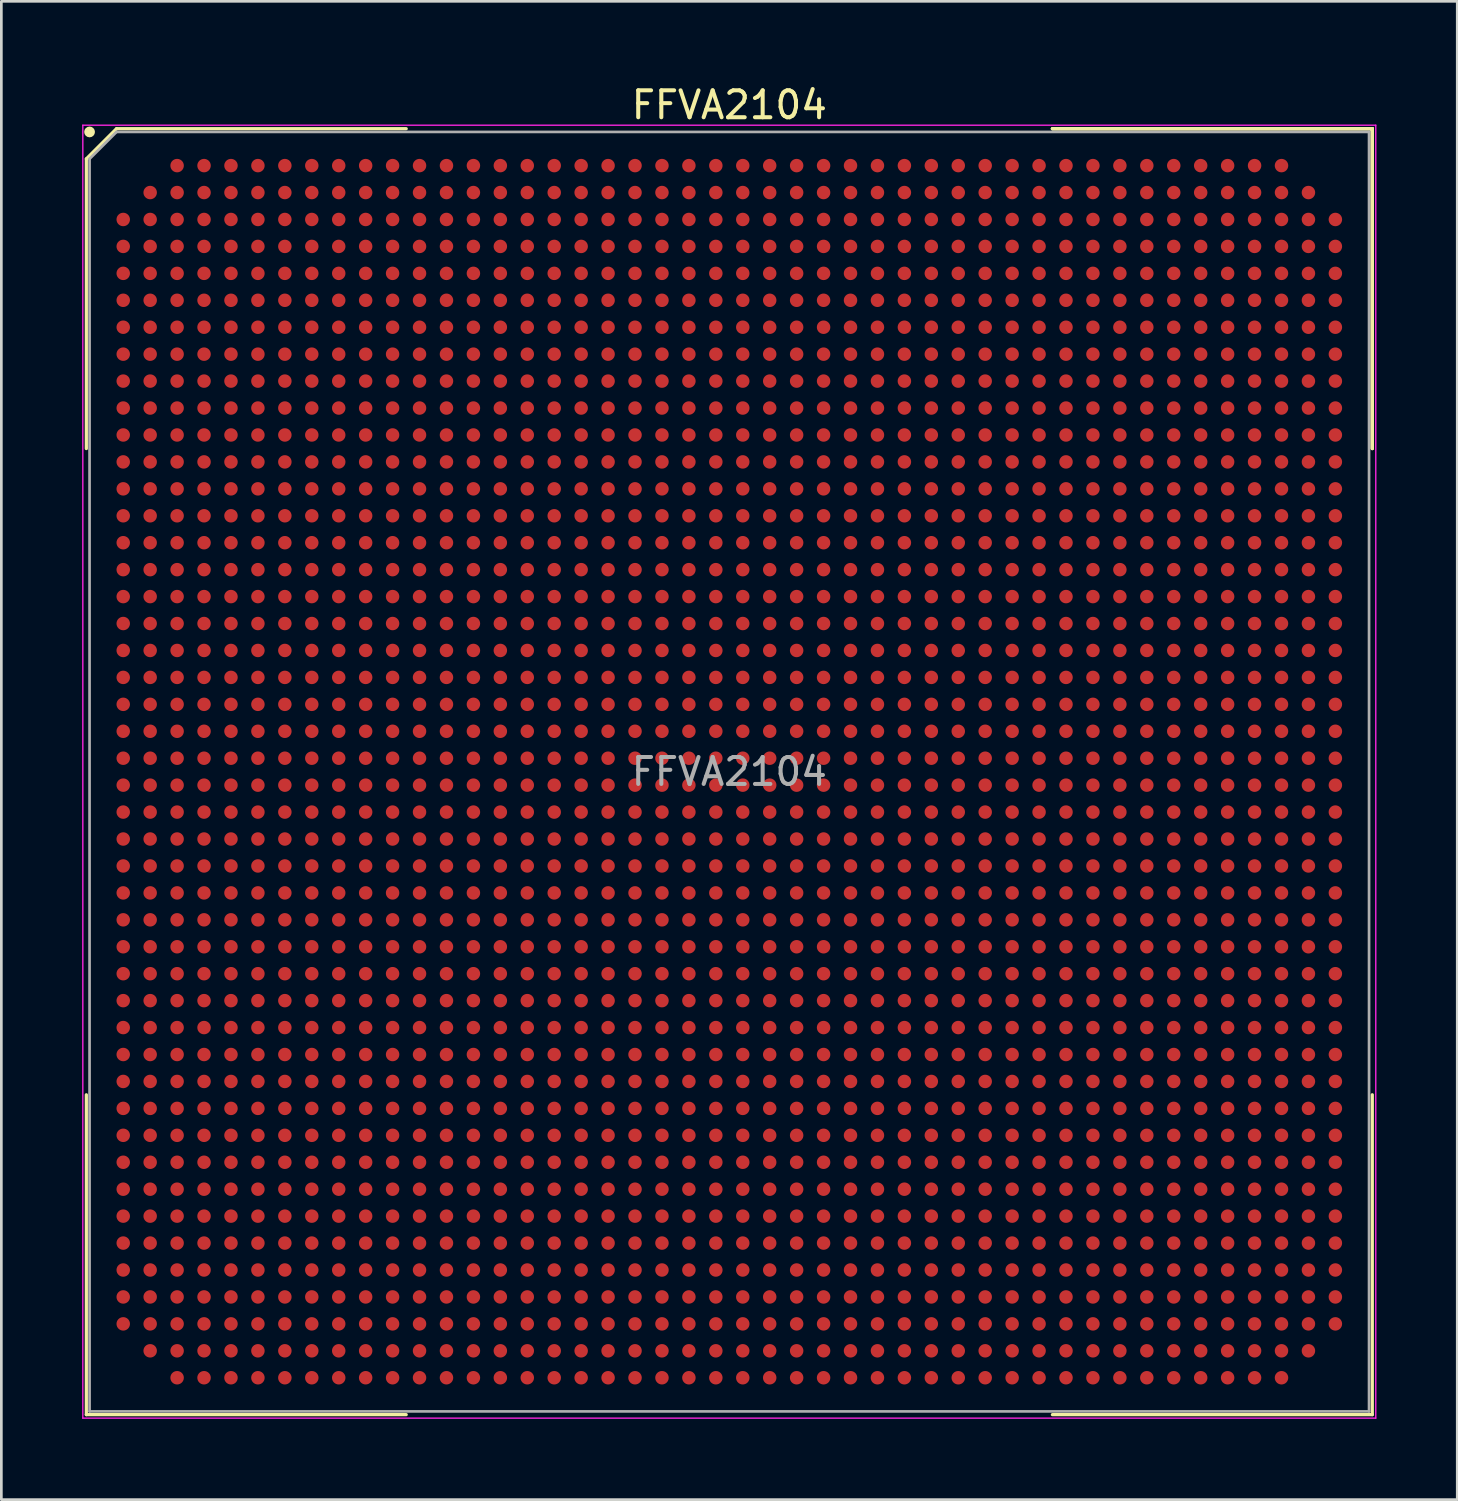
<source format=kicad_pcb>
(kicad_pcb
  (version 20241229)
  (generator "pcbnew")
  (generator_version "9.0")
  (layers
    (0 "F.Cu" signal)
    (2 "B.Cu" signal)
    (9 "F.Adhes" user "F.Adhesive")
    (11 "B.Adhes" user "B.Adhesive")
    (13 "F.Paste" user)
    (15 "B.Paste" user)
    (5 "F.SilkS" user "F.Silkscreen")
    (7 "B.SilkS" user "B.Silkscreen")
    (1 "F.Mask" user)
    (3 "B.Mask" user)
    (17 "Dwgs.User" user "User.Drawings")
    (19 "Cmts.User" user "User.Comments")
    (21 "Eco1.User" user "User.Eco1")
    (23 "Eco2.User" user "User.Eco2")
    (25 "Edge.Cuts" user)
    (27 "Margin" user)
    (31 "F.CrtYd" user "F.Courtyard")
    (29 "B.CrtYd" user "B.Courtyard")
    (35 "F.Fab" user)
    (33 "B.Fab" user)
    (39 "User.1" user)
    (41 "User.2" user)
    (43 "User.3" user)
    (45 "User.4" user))
  (footprint "FFVA2104"
    (layer "F.Cu")
    (at 24.025 25.598)
    (property "Reference" "FFVA2104" (at 0 -24.75 0) (layer "F.SilkS") (effects (font (size 1 1) (thickness 0.15))))
    (attr smd)
    (fp_line (start -23.87 -22.75) (end -23.87 -11.995) (stroke (width 0.12) (type solid)) (layer "F.SilkS"))
    (fp_line (start -23.87 23.87) (end -23.87 11.995) (stroke (width 0.12) (type solid)) (layer "F.SilkS"))
    (fp_line (start -22.75 -23.87) (end -23.87 -22.75) (stroke (width 0.12) (type solid)) (layer "F.SilkS"))
    (fp_line (start -11.995 -23.87) (end -22.75 -23.87) (stroke (width 0.12) (type solid)) (layer "F.SilkS"))
    (fp_line (start -11.995 23.87) (end -23.87 23.87) (stroke (width 0.12) (type solid)) (layer "F.SilkS"))
    (fp_line (start 11.995 -23.87) (end 23.87 -23.87) (stroke (width 0.12) (type solid)) (layer "F.SilkS"))
    (fp_line (start 11.995 -23.87) (end 23.87 -23.87) (stroke (width 0.12) (type solid)) (layer "F.SilkS"))
    (fp_line (start 11.995 -23.87) (end 23.87 -23.87) (stroke (width 0.12) (type solid)) (layer "F.SilkS"))
    (fp_line (start 11.995 23.87) (end 23.87 23.87) (stroke (width 0.12) (type solid)) (layer "F.SilkS"))
    (fp_line (start 23.87 -23.87) (end 23.87 -11.995) (stroke (width 0.12) (type solid)) (layer "F.SilkS"))
    (fp_line (start 23.87 -23.87) (end 23.87 -11.995) (stroke (width 0.12) (type solid)) (layer "F.SilkS"))
    (fp_line (start 23.87 -23.87) (end 23.87 -11.995) (stroke (width 0.12) (type solid)) (layer "F.SilkS"))
    (fp_line (start 23.87 23.87) (end 23.87 11.995) (stroke (width 0.12) (type solid)) (layer "F.SilkS"))
    (fp_circle (center -23.75 -23.75) (end -23.75 -23.65) (stroke (width 0.2) (type solid)) (fill no) (layer "F.SilkS"))
    (fp_line (start -24 -24) (end 24 -24) (stroke (width 0.05) (type solid)) (layer "F.CrtYd"))
    (fp_line (start -24 24) (end -24 -24) (stroke (width 0.05) (type solid)) (layer "F.CrtYd"))
    (fp_line (start 24 -24) (end 24 24) (stroke (width 0.05) (type solid)) (layer "F.CrtYd"))
    (fp_line (start 24 24) (end -24 24) (stroke (width 0.05) (type solid)) (layer "F.CrtYd"))
    (fp_line (start -23.75 -22.75) (end -23.75 23.75) (stroke (width 0.1) (type solid)) (layer "F.Fab"))
    (fp_line (start -23.75 23.75) (end 23.75 23.75) (stroke (width 0.1) (type solid)) (layer "F.Fab"))
    (fp_line (start -22.75 -23.75) (end -23.75 -22.75) (stroke (width 0.1) (type solid)) (layer "F.Fab"))
    (fp_line (start 23.75 -23.75) (end -22.75 -23.75) (stroke (width 0.1) (type solid)) (layer "F.Fab"))
    (fp_line (start 23.75 23.75) (end 23.75 -23.75) (stroke (width 0.1) (type solid)) (layer "F.Fab"))
    (fp_text user "${REFERENCE}" (at 0 0 0) (layer "F.Fab") (effects (font (size 1 1) (thickness 0.15))))
    (pad "A3" smd circle (at -20.5 -22.5) (size 0.5 0.5) (layers "F.Cu" "F.Mask" "F.Paste"))
    (pad "A4" smd circle (at -19.5 -22.5) (size 0.5 0.5) (layers "F.Cu" "F.Mask" "F.Paste"))
    (pad "A5" smd circle (at -18.5 -22.5) (size 0.5 0.5) (layers "F.Cu" "F.Mask" "F.Paste"))
    (pad "A6" smd circle (at -17.5 -22.5) (size 0.5 0.5) (layers "F.Cu" "F.Mask" "F.Paste"))
    (pad "A7" smd circle (at -16.5 -22.5) (size 0.5 0.5) (layers "F.Cu" "F.Mask" "F.Paste"))
    (pad "A8" smd circle (at -15.5 -22.5) (size 0.5 0.5) (layers "F.Cu" "F.Mask" "F.Paste"))
    (pad "A9" smd circle (at -14.5 -22.5) (size 0.5 0.5) (layers "F.Cu" "F.Mask" "F.Paste"))
    (pad "A10" smd circle (at -13.5 -22.5) (size 0.5 0.5) (layers "F.Cu" "F.Mask" "F.Paste"))
    (pad "A11" smd circle (at -12.5 -22.5) (size 0.5 0.5) (layers "F.Cu" "F.Mask" "F.Paste"))
    (pad "A12" smd circle (at -11.5 -22.5) (size 0.5 0.5) (layers "F.Cu" "F.Mask" "F.Paste"))
    (pad "A13" smd circle (at -10.5 -22.5) (size 0.5 0.5) (layers "F.Cu" "F.Mask" "F.Paste"))
    (pad "A14" smd circle (at -9.5 -22.5) (size 0.5 0.5) (layers "F.Cu" "F.Mask" "F.Paste"))
    (pad "A15" smd circle (at -8.5 -22.5) (size 0.5 0.5) (layers "F.Cu" "F.Mask" "F.Paste"))
    (pad "A16" smd circle (at -7.5 -22.5) (size 0.5 0.5) (layers "F.Cu" "F.Mask" "F.Paste"))
    (pad "A17" smd circle (at -6.5 -22.5) (size 0.5 0.5) (layers "F.Cu" "F.Mask" "F.Paste"))
    (pad "A18" smd circle (at -5.5 -22.5) (size 0.5 0.5) (layers "F.Cu" "F.Mask" "F.Paste"))
    (pad "A19" smd circle (at -4.5 -22.5) (size 0.5 0.5) (layers "F.Cu" "F.Mask" "F.Paste"))
    (pad "A20" smd circle (at -3.5 -22.5) (size 0.5 0.5) (layers "F.Cu" "F.Mask" "F.Paste"))
    (pad "A21" smd circle (at -2.5 -22.5) (size 0.5 0.5) (layers "F.Cu" "F.Mask" "F.Paste"))
    (pad "A22" smd circle (at -1.5 -22.5) (size 0.5 0.5) (layers "F.Cu" "F.Mask" "F.Paste"))
    (pad "A23" smd circle (at -0.5 -22.5) (size 0.5 0.5) (layers "F.Cu" "F.Mask" "F.Paste"))
    (pad "A24" smd circle (at 0.5 -22.5) (size 0.5 0.5) (layers "F.Cu" "F.Mask" "F.Paste"))
    (pad "A25" smd circle (at 1.5 -22.5) (size 0.5 0.5) (layers "F.Cu" "F.Mask" "F.Paste"))
    (pad "A26" smd circle (at 2.5 -22.5) (size 0.5 0.5) (layers "F.Cu" "F.Mask" "F.Paste"))
    (pad "A27" smd circle (at 3.5 -22.5) (size 0.5 0.5) (layers "F.Cu" "F.Mask" "F.Paste"))
    (pad "A28" smd circle (at 4.5 -22.5) (size 0.5 0.5) (layers "F.Cu" "F.Mask" "F.Paste"))
    (pad "A29" smd circle (at 5.5 -22.5) (size 0.5 0.5) (layers "F.Cu" "F.Mask" "F.Paste"))
    (pad "A30" smd circle (at 6.5 -22.5) (size 0.5 0.5) (layers "F.Cu" "F.Mask" "F.Paste"))
    (pad "A31" smd circle (at 7.5 -22.5) (size 0.5 0.5) (layers "F.Cu" "F.Mask" "F.Paste"))
    (pad "A32" smd circle (at 8.5 -22.5) (size 0.5 0.5) (layers "F.Cu" "F.Mask" "F.Paste"))
    (pad "A33" smd circle (at 9.5 -22.5) (size 0.5 0.5) (layers "F.Cu" "F.Mask" "F.Paste"))
    (pad "A34" smd circle (at 10.5 -22.5) (size 0.5 0.5) (layers "F.Cu" "F.Mask" "F.Paste"))
    (pad "A35" smd circle (at 11.5 -22.5) (size 0.5 0.5) (layers "F.Cu" "F.Mask" "F.Paste"))
    (pad "A36" smd circle (at 12.5 -22.5) (size 0.5 0.5) (layers "F.Cu" "F.Mask" "F.Paste"))
    (pad "A37" smd circle (at 13.5 -22.5) (size 0.5 0.5) (layers "F.Cu" "F.Mask" "F.Paste"))
    (pad "A38" smd circle (at 14.5 -22.5) (size 0.5 0.5) (layers "F.Cu" "F.Mask" "F.Paste"))
    (pad "A39" smd circle (at 15.5 -22.5) (size 0.5 0.5) (layers "F.Cu" "F.Mask" "F.Paste"))
    (pad "A40" smd circle (at 16.5 -22.5) (size 0.5 0.5) (layers "F.Cu" "F.Mask" "F.Paste"))
    (pad "A41" smd circle (at 17.5 -22.5) (size 0.5 0.5) (layers "F.Cu" "F.Mask" "F.Paste"))
    (pad "A42" smd circle (at 18.5 -22.5) (size 0.5 0.5) (layers "F.Cu" "F.Mask" "F.Paste"))
    (pad "A43" smd circle (at 19.5 -22.5) (size 0.5 0.5) (layers "F.Cu" "F.Mask" "F.Paste"))
    (pad "A44" smd circle (at 20.5 -22.5) (size 0.5 0.5) (layers "F.Cu" "F.Mask" "F.Paste"))
    (pad "AA1" smd circle (at -22.5 -2.5) (size 0.5 0.5) (layers "F.Cu" "F.Mask" "F.Paste"))
    (pad "AA2" smd circle (at -21.5 -2.5) (size 0.5 0.5) (layers "F.Cu" "F.Mask" "F.Paste"))
    (pad "AA3" smd circle (at -20.5 -2.5) (size 0.5 0.5) (layers "F.Cu" "F.Mask" "F.Paste"))
    (pad "AA4" smd circle (at -19.5 -2.5) (size 0.5 0.5) (layers "F.Cu" "F.Mask" "F.Paste"))
    (pad "AA5" smd circle (at -18.5 -2.5) (size 0.5 0.5) (layers "F.Cu" "F.Mask" "F.Paste"))
    (pad "AA6" smd circle (at -17.5 -2.5) (size 0.5 0.5) (layers "F.Cu" "F.Mask" "F.Paste"))
    (pad "AA7" smd circle (at -16.5 -2.5) (size 0.5 0.5) (layers "F.Cu" "F.Mask" "F.Paste"))
    (pad "AA8" smd circle (at -15.5 -2.5) (size 0.5 0.5) (layers "F.Cu" "F.Mask" "F.Paste"))
    (pad "AA9" smd circle (at -14.5 -2.5) (size 0.5 0.5) (layers "F.Cu" "F.Mask" "F.Paste"))
    (pad "AA10" smd circle (at -13.5 -2.5) (size 0.5 0.5) (layers "F.Cu" "F.Mask" "F.Paste"))
    (pad "AA11" smd circle (at -12.5 -2.5) (size 0.5 0.5) (layers "F.Cu" "F.Mask" "F.Paste"))
    (pad "AA12" smd circle (at -11.5 -2.5) (size 0.5 0.5) (layers "F.Cu" "F.Mask" "F.Paste"))
    (pad "AA13" smd circle (at -10.5 -2.5) (size 0.5 0.5) (layers "F.Cu" "F.Mask" "F.Paste"))
    (pad "AA14" smd circle (at -9.5 -2.5) (size 0.5 0.5) (layers "F.Cu" "F.Mask" "F.Paste"))
    (pad "AA15" smd circle (at -8.5 -2.5) (size 0.5 0.5) (layers "F.Cu" "F.Mask" "F.Paste"))
    (pad "AA16" smd circle (at -7.5 -2.5) (size 0.5 0.5) (layers "F.Cu" "F.Mask" "F.Paste"))
    (pad "AA17" smd circle (at -6.5 -2.5) (size 0.5 0.5) (layers "F.Cu" "F.Mask" "F.Paste"))
    (pad "AA18" smd circle (at -5.5 -2.5) (size 0.5 0.5) (layers "F.Cu" "F.Mask" "F.Paste"))
    (pad "AA19" smd circle (at -4.5 -2.5) (size 0.5 0.5) (layers "F.Cu" "F.Mask" "F.Paste"))
    (pad "AA20" smd circle (at -3.5 -2.5) (size 0.5 0.5) (layers "F.Cu" "F.Mask" "F.Paste"))
    (pad "AA21" smd circle (at -2.5 -2.5) (size 0.5 0.5) (layers "F.Cu" "F.Mask" "F.Paste"))
    (pad "AA22" smd circle (at -1.5 -2.5) (size 0.5 0.5) (layers "F.Cu" "F.Mask" "F.Paste"))
    (pad "AA23" smd circle (at -0.5 -2.5) (size 0.5 0.5) (layers "F.Cu" "F.Mask" "F.Paste"))
    (pad "AA24" smd circle (at 0.5 -2.5) (size 0.5 0.5) (layers "F.Cu" "F.Mask" "F.Paste"))
    (pad "AA25" smd circle (at 1.5 -2.5) (size 0.5 0.5) (layers "F.Cu" "F.Mask" "F.Paste"))
    (pad "AA26" smd circle (at 2.5 -2.5) (size 0.5 0.5) (layers "F.Cu" "F.Mask" "F.Paste"))
    (pad "AA27" smd circle (at 3.5 -2.5) (size 0.5 0.5) (layers "F.Cu" "F.Mask" "F.Paste"))
    (pad "AA28" smd circle (at 4.5 -2.5) (size 0.5 0.5) (layers "F.Cu" "F.Mask" "F.Paste"))
    (pad "AA29" smd circle (at 5.5 -2.5) (size 0.5 0.5) (layers "F.Cu" "F.Mask" "F.Paste"))
    (pad "AA30" smd circle (at 6.5 -2.5) (size 0.5 0.5) (layers "F.Cu" "F.Mask" "F.Paste"))
    (pad "AA31" smd circle (at 7.5 -2.5) (size 0.5 0.5) (layers "F.Cu" "F.Mask" "F.Paste"))
    (pad "AA32" smd circle (at 8.5 -2.5) (size 0.5 0.5) (layers "F.Cu" "F.Mask" "F.Paste"))
    (pad "AA33" smd circle (at 9.5 -2.5) (size 0.5 0.5) (layers "F.Cu" "F.Mask" "F.Paste"))
    (pad "AA34" smd circle (at 10.5 -2.5) (size 0.5 0.5) (layers "F.Cu" "F.Mask" "F.Paste"))
    (pad "AA35" smd circle (at 11.5 -2.5) (size 0.5 0.5) (layers "F.Cu" "F.Mask" "F.Paste"))
    (pad "AA36" smd circle (at 12.5 -2.5) (size 0.5 0.5) (layers "F.Cu" "F.Mask" "F.Paste"))
    (pad "AA37" smd circle (at 13.5 -2.5) (size 0.5 0.5) (layers "F.Cu" "F.Mask" "F.Paste"))
    (pad "AA38" smd circle (at 14.5 -2.5) (size 0.5 0.5) (layers "F.Cu" "F.Mask" "F.Paste"))
    (pad "AA39" smd circle (at 15.5 -2.5) (size 0.5 0.5) (layers "F.Cu" "F.Mask" "F.Paste"))
    (pad "AA40" smd circle (at 16.5 -2.5) (size 0.5 0.5) (layers "F.Cu" "F.Mask" "F.Paste"))
    (pad "AA41" smd circle (at 17.5 -2.5) (size 0.5 0.5) (layers "F.Cu" "F.Mask" "F.Paste"))
    (pad "AA42" smd circle (at 18.5 -2.5) (size 0.5 0.5) (layers "F.Cu" "F.Mask" "F.Paste"))
    (pad "AA43" smd circle (at 19.5 -2.5) (size 0.5 0.5) (layers "F.Cu" "F.Mask" "F.Paste"))
    (pad "AA44" smd circle (at 20.5 -2.5) (size 0.5 0.5) (layers "F.Cu" "F.Mask" "F.Paste"))
    (pad "AA45" smd circle (at 21.5 -2.5) (size 0.5 0.5) (layers "F.Cu" "F.Mask" "F.Paste"))
    (pad "AA46" smd circle (at 22.5 -2.5) (size 0.5 0.5) (layers "F.Cu" "F.Mask" "F.Paste"))
    (pad "AB1" smd circle (at -22.5 -1.5) (size 0.5 0.5) (layers "F.Cu" "F.Mask" "F.Paste"))
    (pad "AB2" smd circle (at -21.5 -1.5) (size 0.5 0.5) (layers "F.Cu" "F.Mask" "F.Paste"))
    (pad "AB3" smd circle (at -20.5 -1.5) (size 0.5 0.5) (layers "F.Cu" "F.Mask" "F.Paste"))
    (pad "AB4" smd circle (at -19.5 -1.5) (size 0.5 0.5) (layers "F.Cu" "F.Mask" "F.Paste"))
    (pad "AB5" smd circle (at -18.5 -1.5) (size 0.5 0.5) (layers "F.Cu" "F.Mask" "F.Paste"))
    (pad "AB6" smd circle (at -17.5 -1.5) (size 0.5 0.5) (layers "F.Cu" "F.Mask" "F.Paste"))
    (pad "AB7" smd circle (at -16.5 -1.5) (size 0.5 0.5) (layers "F.Cu" "F.Mask" "F.Paste"))
    (pad "AB8" smd circle (at -15.5 -1.5) (size 0.5 0.5) (layers "F.Cu" "F.Mask" "F.Paste"))
    (pad "AB9" smd circle (at -14.5 -1.5) (size 0.5 0.5) (layers "F.Cu" "F.Mask" "F.Paste"))
    (pad "AB10" smd circle (at -13.5 -1.5) (size 0.5 0.5) (layers "F.Cu" "F.Mask" "F.Paste"))
    (pad "AB11" smd circle (at -12.5 -1.5) (size 0.5 0.5) (layers "F.Cu" "F.Mask" "F.Paste"))
    (pad "AB12" smd circle (at -11.5 -1.5) (size 0.5 0.5) (layers "F.Cu" "F.Mask" "F.Paste"))
    (pad "AB13" smd circle (at -10.5 -1.5) (size 0.5 0.5) (layers "F.Cu" "F.Mask" "F.Paste"))
    (pad "AB14" smd circle (at -9.5 -1.5) (size 0.5 0.5) (layers "F.Cu" "F.Mask" "F.Paste"))
    (pad "AB15" smd circle (at -8.5 -1.5) (size 0.5 0.5) (layers "F.Cu" "F.Mask" "F.Paste"))
    (pad "AB16" smd circle (at -7.5 -1.5) (size 0.5 0.5) (layers "F.Cu" "F.Mask" "F.Paste"))
    (pad "AB17" smd circle (at -6.5 -1.5) (size 0.5 0.5) (layers "F.Cu" "F.Mask" "F.Paste"))
    (pad "AB18" smd circle (at -5.5 -1.5) (size 0.5 0.5) (layers "F.Cu" "F.Mask" "F.Paste"))
    (pad "AB19" smd circle (at -4.5 -1.5) (size 0.5 0.5) (layers "F.Cu" "F.Mask" "F.Paste"))
    (pad "AB20" smd circle (at -3.5 -1.5) (size 0.5 0.5) (layers "F.Cu" "F.Mask" "F.Paste"))
    (pad "AB21" smd circle (at -2.5 -1.5) (size 0.5 0.5) (layers "F.Cu" "F.Mask" "F.Paste"))
    (pad "AB22" smd circle (at -1.5 -1.5) (size 0.5 0.5) (layers "F.Cu" "F.Mask" "F.Paste"))
    (pad "AB23" smd circle (at -0.5 -1.5) (size 0.5 0.5) (layers "F.Cu" "F.Mask" "F.Paste"))
    (pad "AB24" smd circle (at 0.5 -1.5) (size 0.5 0.5) (layers "F.Cu" "F.Mask" "F.Paste"))
    (pad "AB25" smd circle (at 1.5 -1.5) (size 0.5 0.5) (layers "F.Cu" "F.Mask" "F.Paste"))
    (pad "AB26" smd circle (at 2.5 -1.5) (size 0.5 0.5) (layers "F.Cu" "F.Mask" "F.Paste"))
    (pad "AB27" smd circle (at 3.5 -1.5) (size 0.5 0.5) (layers "F.Cu" "F.Mask" "F.Paste"))
    (pad "AB28" smd circle (at 4.5 -1.5) (size 0.5 0.5) (layers "F.Cu" "F.Mask" "F.Paste"))
    (pad "AB29" smd circle (at 5.5 -1.5) (size 0.5 0.5) (layers "F.Cu" "F.Mask" "F.Paste"))
    (pad "AB30" smd circle (at 6.5 -1.5) (size 0.5 0.5) (layers "F.Cu" "F.Mask" "F.Paste"))
    (pad "AB31" smd circle (at 7.5 -1.5) (size 0.5 0.5) (layers "F.Cu" "F.Mask" "F.Paste"))
    (pad "AB32" smd circle (at 8.5 -1.5) (size 0.5 0.5) (layers "F.Cu" "F.Mask" "F.Paste"))
    (pad "AB33" smd circle (at 9.5 -1.5) (size 0.5 0.5) (layers "F.Cu" "F.Mask" "F.Paste"))
    (pad "AB34" smd circle (at 10.5 -1.5) (size 0.5 0.5) (layers "F.Cu" "F.Mask" "F.Paste"))
    (pad "AB35" smd circle (at 11.5 -1.5) (size 0.5 0.5) (layers "F.Cu" "F.Mask" "F.Paste"))
    (pad "AB36" smd circle (at 12.5 -1.5) (size 0.5 0.5) (layers "F.Cu" "F.Mask" "F.Paste"))
    (pad "AB37" smd circle (at 13.5 -1.5) (size 0.5 0.5) (layers "F.Cu" "F.Mask" "F.Paste"))
    (pad "AB38" smd circle (at 14.5 -1.5) (size 0.5 0.5) (layers "F.Cu" "F.Mask" "F.Paste"))
    (pad "AB39" smd circle (at 15.5 -1.5) (size 0.5 0.5) (layers "F.Cu" "F.Mask" "F.Paste"))
    (pad "AB40" smd circle (at 16.5 -1.5) (size 0.5 0.5) (layers "F.Cu" "F.Mask" "F.Paste"))
    (pad "AB41" smd circle (at 17.5 -1.5) (size 0.5 0.5) (layers "F.Cu" "F.Mask" "F.Paste"))
    (pad "AB42" smd circle (at 18.5 -1.5) (size 0.5 0.5) (layers "F.Cu" "F.Mask" "F.Paste"))
    (pad "AB43" smd circle (at 19.5 -1.5) (size 0.5 0.5) (layers "F.Cu" "F.Mask" "F.Paste"))
    (pad "AB44" smd circle (at 20.5 -1.5) (size 0.5 0.5) (layers "F.Cu" "F.Mask" "F.Paste"))
    (pad "AB45" smd circle (at 21.5 -1.5) (size 0.5 0.5) (layers "F.Cu" "F.Mask" "F.Paste"))
    (pad "AB46" smd circle (at 22.5 -1.5) (size 0.5 0.5) (layers "F.Cu" "F.Mask" "F.Paste"))
    (pad "AC1" smd circle (at -22.5 -0.5) (size 0.5 0.5) (layers "F.Cu" "F.Mask" "F.Paste"))
    (pad "AC2" smd circle (at -21.5 -0.5) (size 0.5 0.5) (layers "F.Cu" "F.Mask" "F.Paste"))
    (pad "AC3" smd circle (at -20.5 -0.5) (size 0.5 0.5) (layers "F.Cu" "F.Mask" "F.Paste"))
    (pad "AC4" smd circle (at -19.5 -0.5) (size 0.5 0.5) (layers "F.Cu" "F.Mask" "F.Paste"))
    (pad "AC5" smd circle (at -18.5 -0.5) (size 0.5 0.5) (layers "F.Cu" "F.Mask" "F.Paste"))
    (pad "AC6" smd circle (at -17.5 -0.5) (size 0.5 0.5) (layers "F.Cu" "F.Mask" "F.Paste"))
    (pad "AC7" smd circle (at -16.5 -0.5) (size 0.5 0.5) (layers "F.Cu" "F.Mask" "F.Paste"))
    (pad "AC8" smd circle (at -15.5 -0.5) (size 0.5 0.5) (layers "F.Cu" "F.Mask" "F.Paste"))
    (pad "AC9" smd circle (at -14.5 -0.5) (size 0.5 0.5) (layers "F.Cu" "F.Mask" "F.Paste"))
    (pad "AC10" smd circle (at -13.5 -0.5) (size 0.5 0.5) (layers "F.Cu" "F.Mask" "F.Paste"))
    (pad "AC11" smd circle (at -12.5 -0.5) (size 0.5 0.5) (layers "F.Cu" "F.Mask" "F.Paste"))
    (pad "AC12" smd circle (at -11.5 -0.5) (size 0.5 0.5) (layers "F.Cu" "F.Mask" "F.Paste"))
    (pad "AC13" smd circle (at -10.5 -0.5) (size 0.5 0.5) (layers "F.Cu" "F.Mask" "F.Paste"))
    (pad "AC14" smd circle (at -9.5 -0.5) (size 0.5 0.5) (layers "F.Cu" "F.Mask" "F.Paste"))
    (pad "AC15" smd circle (at -8.5 -0.5) (size 0.5 0.5) (layers "F.Cu" "F.Mask" "F.Paste"))
    (pad "AC16" smd circle (at -7.5 -0.5) (size 0.5 0.5) (layers "F.Cu" "F.Mask" "F.Paste"))
    (pad "AC17" smd circle (at -6.5 -0.5) (size 0.5 0.5) (layers "F.Cu" "F.Mask" "F.Paste"))
    (pad "AC18" smd circle (at -5.5 -0.5) (size 0.5 0.5) (layers "F.Cu" "F.Mask" "F.Paste"))
    (pad "AC19" smd circle (at -4.5 -0.5) (size 0.5 0.5) (layers "F.Cu" "F.Mask" "F.Paste"))
    (pad "AC20" smd circle (at -3.5 -0.5) (size 0.5 0.5) (layers "F.Cu" "F.Mask" "F.Paste"))
    (pad "AC21" smd circle (at -2.5 -0.5) (size 0.5 0.5) (layers "F.Cu" "F.Mask" "F.Paste"))
    (pad "AC22" smd circle (at -1.5 -0.5) (size 0.5 0.5) (layers "F.Cu" "F.Mask" "F.Paste"))
    (pad "AC23" smd circle (at -0.5 -0.5) (size 0.5 0.5) (layers "F.Cu" "F.Mask" "F.Paste"))
    (pad "AC24" smd circle (at 0.5 -0.5) (size 0.5 0.5) (layers "F.Cu" "F.Mask" "F.Paste"))
    (pad "AC25" smd circle (at 1.5 -0.5) (size 0.5 0.5) (layers "F.Cu" "F.Mask" "F.Paste"))
    (pad "AC26" smd circle (at 2.5 -0.5) (size 0.5 0.5) (layers "F.Cu" "F.Mask" "F.Paste"))
    (pad "AC27" smd circle (at 3.5 -0.5) (size 0.5 0.5) (layers "F.Cu" "F.Mask" "F.Paste"))
    (pad "AC28" smd circle (at 4.5 -0.5) (size 0.5 0.5) (layers "F.Cu" "F.Mask" "F.Paste"))
    (pad "AC29" smd circle (at 5.5 -0.5) (size 0.5 0.5) (layers "F.Cu" "F.Mask" "F.Paste"))
    (pad "AC30" smd circle (at 6.5 -0.5) (size 0.5 0.5) (layers "F.Cu" "F.Mask" "F.Paste"))
    (pad "AC31" smd circle (at 7.5 -0.5) (size 0.5 0.5) (layers "F.Cu" "F.Mask" "F.Paste"))
    (pad "AC32" smd circle (at 8.5 -0.5) (size 0.5 0.5) (layers "F.Cu" "F.Mask" "F.Paste"))
    (pad "AC33" smd circle (at 9.5 -0.5) (size 0.5 0.5) (layers "F.Cu" "F.Mask" "F.Paste"))
    (pad "AC34" smd circle (at 10.5 -0.5) (size 0.5 0.5) (layers "F.Cu" "F.Mask" "F.Paste"))
    (pad "AC35" smd circle (at 11.5 -0.5) (size 0.5 0.5) (layers "F.Cu" "F.Mask" "F.Paste"))
    (pad "AC36" smd circle (at 12.5 -0.5) (size 0.5 0.5) (layers "F.Cu" "F.Mask" "F.Paste"))
    (pad "AC37" smd circle (at 13.5 -0.5) (size 0.5 0.5) (layers "F.Cu" "F.Mask" "F.Paste"))
    (pad "AC38" smd circle (at 14.5 -0.5) (size 0.5 0.5) (layers "F.Cu" "F.Mask" "F.Paste"))
    (pad "AC39" smd circle (at 15.5 -0.5) (size 0.5 0.5) (layers "F.Cu" "F.Mask" "F.Paste"))
    (pad "AC40" smd circle (at 16.5 -0.5) (size 0.5 0.5) (layers "F.Cu" "F.Mask" "F.Paste"))
    (pad "AC41" smd circle (at 17.5 -0.5) (size 0.5 0.5) (layers "F.Cu" "F.Mask" "F.Paste"))
    (pad "AC42" smd circle (at 18.5 -0.5) (size 0.5 0.5) (layers "F.Cu" "F.Mask" "F.Paste"))
    (pad "AC43" smd circle (at 19.5 -0.5) (size 0.5 0.5) (layers "F.Cu" "F.Mask" "F.Paste"))
    (pad "AC44" smd circle (at 20.5 -0.5) (size 0.5 0.5) (layers "F.Cu" "F.Mask" "F.Paste"))
    (pad "AC45" smd circle (at 21.5 -0.5) (size 0.5 0.5) (layers "F.Cu" "F.Mask" "F.Paste"))
    (pad "AC46" smd circle (at 22.5 -0.5) (size 0.5 0.5) (layers "F.Cu" "F.Mask" "F.Paste"))
    (pad "AD1" smd circle (at -22.5 0.5) (size 0.5 0.5) (layers "F.Cu" "F.Mask" "F.Paste"))
    (pad "AD2" smd circle (at -21.5 0.5) (size 0.5 0.5) (layers "F.Cu" "F.Mask" "F.Paste"))
    (pad "AD3" smd circle (at -20.5 0.5) (size 0.5 0.5) (layers "F.Cu" "F.Mask" "F.Paste"))
    (pad "AD4" smd circle (at -19.5 0.5) (size 0.5 0.5) (layers "F.Cu" "F.Mask" "F.Paste"))
    (pad "AD5" smd circle (at -18.5 0.5) (size 0.5 0.5) (layers "F.Cu" "F.Mask" "F.Paste"))
    (pad "AD6" smd circle (at -17.5 0.5) (size 0.5 0.5) (layers "F.Cu" "F.Mask" "F.Paste"))
    (pad "AD7" smd circle (at -16.5 0.5) (size 0.5 0.5) (layers "F.Cu" "F.Mask" "F.Paste"))
    (pad "AD8" smd circle (at -15.5 0.5) (size 0.5 0.5) (layers "F.Cu" "F.Mask" "F.Paste"))
    (pad "AD9" smd circle (at -14.5 0.5) (size 0.5 0.5) (layers "F.Cu" "F.Mask" "F.Paste"))
    (pad "AD10" smd circle (at -13.5 0.5) (size 0.5 0.5) (layers "F.Cu" "F.Mask" "F.Paste"))
    (pad "AD11" smd circle (at -12.5 0.5) (size 0.5 0.5) (layers "F.Cu" "F.Mask" "F.Paste"))
    (pad "AD12" smd circle (at -11.5 0.5) (size 0.5 0.5) (layers "F.Cu" "F.Mask" "F.Paste"))
    (pad "AD13" smd circle (at -10.5 0.5) (size 0.5 0.5) (layers "F.Cu" "F.Mask" "F.Paste"))
    (pad "AD14" smd circle (at -9.5 0.5) (size 0.5 0.5) (layers "F.Cu" "F.Mask" "F.Paste"))
    (pad "AD15" smd circle (at -8.5 0.5) (size 0.5 0.5) (layers "F.Cu" "F.Mask" "F.Paste"))
    (pad "AD16" smd circle (at -7.5 0.5) (size 0.5 0.5) (layers "F.Cu" "F.Mask" "F.Paste"))
    (pad "AD17" smd circle (at -6.5 0.5) (size 0.5 0.5) (layers "F.Cu" "F.Mask" "F.Paste"))
    (pad "AD18" smd circle (at -5.5 0.5) (size 0.5 0.5) (layers "F.Cu" "F.Mask" "F.Paste"))
    (pad "AD19" smd circle (at -4.5 0.5) (size 0.5 0.5) (layers "F.Cu" "F.Mask" "F.Paste"))
    (pad "AD20" smd circle (at -3.5 0.5) (size 0.5 0.5) (layers "F.Cu" "F.Mask" "F.Paste"))
    (pad "AD21" smd circle (at -2.5 0.5) (size 0.5 0.5) (layers "F.Cu" "F.Mask" "F.Paste"))
    (pad "AD22" smd circle (at -1.5 0.5) (size 0.5 0.5) (layers "F.Cu" "F.Mask" "F.Paste"))
    (pad "AD23" smd circle (at -0.5 0.5) (size 0.5 0.5) (layers "F.Cu" "F.Mask" "F.Paste"))
    (pad "AD24" smd circle (at 0.5 0.5) (size 0.5 0.5) (layers "F.Cu" "F.Mask" "F.Paste"))
    (pad "AD25" smd circle (at 1.5 0.5) (size 0.5 0.5) (layers "F.Cu" "F.Mask" "F.Paste"))
    (pad "AD26" smd circle (at 2.5 0.5) (size 0.5 0.5) (layers "F.Cu" "F.Mask" "F.Paste"))
    (pad "AD27" smd circle (at 3.5 0.5) (size 0.5 0.5) (layers "F.Cu" "F.Mask" "F.Paste"))
    (pad "AD28" smd circle (at 4.5 0.5) (size 0.5 0.5) (layers "F.Cu" "F.Mask" "F.Paste"))
    (pad "AD29" smd circle (at 5.5 0.5) (size 0.5 0.5) (layers "F.Cu" "F.Mask" "F.Paste"))
    (pad "AD30" smd circle (at 6.5 0.5) (size 0.5 0.5) (layers "F.Cu" "F.Mask" "F.Paste"))
    (pad "AD31" smd circle (at 7.5 0.5) (size 0.5 0.5) (layers "F.Cu" "F.Mask" "F.Paste"))
    (pad "AD32" smd circle (at 8.5 0.5) (size 0.5 0.5) (layers "F.Cu" "F.Mask" "F.Paste"))
    (pad "AD33" smd circle (at 9.5 0.5) (size 0.5 0.5) (layers "F.Cu" "F.Mask" "F.Paste"))
    (pad "AD34" smd circle (at 10.5 0.5) (size 0.5 0.5) (layers "F.Cu" "F.Mask" "F.Paste"))
    (pad "AD35" smd circle (at 11.5 0.5) (size 0.5 0.5) (layers "F.Cu" "F.Mask" "F.Paste"))
    (pad "AD36" smd circle (at 12.5 0.5) (size 0.5 0.5) (layers "F.Cu" "F.Mask" "F.Paste"))
    (pad "AD37" smd circle (at 13.5 0.5) (size 0.5 0.5) (layers "F.Cu" "F.Mask" "F.Paste"))
    (pad "AD38" smd circle (at 14.5 0.5) (size 0.5 0.5) (layers "F.Cu" "F.Mask" "F.Paste"))
    (pad "AD39" smd circle (at 15.5 0.5) (size 0.5 0.5) (layers "F.Cu" "F.Mask" "F.Paste"))
    (pad "AD40" smd circle (at 16.5 0.5) (size 0.5 0.5) (layers "F.Cu" "F.Mask" "F.Paste"))
    (pad "AD41" smd circle (at 17.5 0.5) (size 0.5 0.5) (layers "F.Cu" "F.Mask" "F.Paste"))
    (pad "AD42" smd circle (at 18.5 0.5) (size 0.5 0.5) (layers "F.Cu" "F.Mask" "F.Paste"))
    (pad "AD43" smd circle (at 19.5 0.5) (size 0.5 0.5) (layers "F.Cu" "F.Mask" "F.Paste"))
    (pad "AD44" smd circle (at 20.5 0.5) (size 0.5 0.5) (layers "F.Cu" "F.Mask" "F.Paste"))
    (pad "AD45" smd circle (at 21.5 0.5) (size 0.5 0.5) (layers "F.Cu" "F.Mask" "F.Paste"))
    (pad "AD46" smd circle (at 22.5 0.5) (size 0.5 0.5) (layers "F.Cu" "F.Mask" "F.Paste"))
    (pad "AE1" smd circle (at -22.5 1.5) (size 0.5 0.5) (layers "F.Cu" "F.Mask" "F.Paste"))
    (pad "AE2" smd circle (at -21.5 1.5) (size 0.5 0.5) (layers "F.Cu" "F.Mask" "F.Paste"))
    (pad "AE3" smd circle (at -20.5 1.5) (size 0.5 0.5) (layers "F.Cu" "F.Mask" "F.Paste"))
    (pad "AE4" smd circle (at -19.5 1.5) (size 0.5 0.5) (layers "F.Cu" "F.Mask" "F.Paste"))
    (pad "AE5" smd circle (at -18.5 1.5) (size 0.5 0.5) (layers "F.Cu" "F.Mask" "F.Paste"))
    (pad "AE6" smd circle (at -17.5 1.5) (size 0.5 0.5) (layers "F.Cu" "F.Mask" "F.Paste"))
    (pad "AE7" smd circle (at -16.5 1.5) (size 0.5 0.5) (layers "F.Cu" "F.Mask" "F.Paste"))
    (pad "AE8" smd circle (at -15.5 1.5) (size 0.5 0.5) (layers "F.Cu" "F.Mask" "F.Paste"))
    (pad "AE9" smd circle (at -14.5 1.5) (size 0.5 0.5) (layers "F.Cu" "F.Mask" "F.Paste"))
    (pad "AE10" smd circle (at -13.5 1.5) (size 0.5 0.5) (layers "F.Cu" "F.Mask" "F.Paste"))
    (pad "AE11" smd circle (at -12.5 1.5) (size 0.5 0.5) (layers "F.Cu" "F.Mask" "F.Paste"))
    (pad "AE12" smd circle (at -11.5 1.5) (size 0.5 0.5) (layers "F.Cu" "F.Mask" "F.Paste"))
    (pad "AE13" smd circle (at -10.5 1.5) (size 0.5 0.5) (layers "F.Cu" "F.Mask" "F.Paste"))
    (pad "AE14" smd circle (at -9.5 1.5) (size 0.5 0.5) (layers "F.Cu" "F.Mask" "F.Paste"))
    (pad "AE15" smd circle (at -8.5 1.5) (size 0.5 0.5) (layers "F.Cu" "F.Mask" "F.Paste"))
    (pad "AE16" smd circle (at -7.5 1.5) (size 0.5 0.5) (layers "F.Cu" "F.Mask" "F.Paste"))
    (pad "AE17" smd circle (at -6.5 1.5) (size 0.5 0.5) (layers "F.Cu" "F.Mask" "F.Paste"))
    (pad "AE18" smd circle (at -5.5 1.5) (size 0.5 0.5) (layers "F.Cu" "F.Mask" "F.Paste"))
    (pad "AE19" smd circle (at -4.5 1.5) (size 0.5 0.5) (layers "F.Cu" "F.Mask" "F.Paste"))
    (pad "AE20" smd circle (at -3.5 1.5) (size 0.5 0.5) (layers "F.Cu" "F.Mask" "F.Paste"))
    (pad "AE21" smd circle (at -2.5 1.5) (size 0.5 0.5) (layers "F.Cu" "F.Mask" "F.Paste"))
    (pad "AE22" smd circle (at -1.5 1.5) (size 0.5 0.5) (layers "F.Cu" "F.Mask" "F.Paste"))
    (pad "AE23" smd circle (at -0.5 1.5) (size 0.5 0.5) (layers "F.Cu" "F.Mask" "F.Paste"))
    (pad "AE24" smd circle (at 0.5 1.5) (size 0.5 0.5) (layers "F.Cu" "F.Mask" "F.Paste"))
    (pad "AE25" smd circle (at 1.5 1.5) (size 0.5 0.5) (layers "F.Cu" "F.Mask" "F.Paste"))
    (pad "AE26" smd circle (at 2.5 1.5) (size 0.5 0.5) (layers "F.Cu" "F.Mask" "F.Paste"))
    (pad "AE27" smd circle (at 3.5 1.5) (size 0.5 0.5) (layers "F.Cu" "F.Mask" "F.Paste"))
    (pad "AE28" smd circle (at 4.5 1.5) (size 0.5 0.5) (layers "F.Cu" "F.Mask" "F.Paste"))
    (pad "AE29" smd circle (at 5.5 1.5) (size 0.5 0.5) (layers "F.Cu" "F.Mask" "F.Paste"))
    (pad "AE30" smd circle (at 6.5 1.5) (size 0.5 0.5) (layers "F.Cu" "F.Mask" "F.Paste"))
    (pad "AE31" smd circle (at 7.5 1.5) (size 0.5 0.5) (layers "F.Cu" "F.Mask" "F.Paste"))
    (pad "AE32" smd circle (at 8.5 1.5) (size 0.5 0.5) (layers "F.Cu" "F.Mask" "F.Paste"))
    (pad "AE33" smd circle (at 9.5 1.5) (size 0.5 0.5) (layers "F.Cu" "F.Mask" "F.Paste"))
    (pad "AE34" smd circle (at 10.5 1.5) (size 0.5 0.5) (layers "F.Cu" "F.Mask" "F.Paste"))
    (pad "AE35" smd circle (at 11.5 1.5) (size 0.5 0.5) (layers "F.Cu" "F.Mask" "F.Paste"))
    (pad "AE36" smd circle (at 12.5 1.5) (size 0.5 0.5) (layers "F.Cu" "F.Mask" "F.Paste"))
    (pad "AE37" smd circle (at 13.5 1.5) (size 0.5 0.5) (layers "F.Cu" "F.Mask" "F.Paste"))
    (pad "AE38" smd circle (at 14.5 1.5) (size 0.5 0.5) (layers "F.Cu" "F.Mask" "F.Paste"))
    (pad "AE39" smd circle (at 15.5 1.5) (size 0.5 0.5) (layers "F.Cu" "F.Mask" "F.Paste"))
    (pad "AE40" smd circle (at 16.5 1.5) (size 0.5 0.5) (layers "F.Cu" "F.Mask" "F.Paste"))
    (pad "AE41" smd circle (at 17.5 1.5) (size 0.5 0.5) (layers "F.Cu" "F.Mask" "F.Paste"))
    (pad "AE42" smd circle (at 18.5 1.5) (size 0.5 0.5) (layers "F.Cu" "F.Mask" "F.Paste"))
    (pad "AE43" smd circle (at 19.5 1.5) (size 0.5 0.5) (layers "F.Cu" "F.Mask" "F.Paste"))
    (pad "AE44" smd circle (at 20.5 1.5) (size 0.5 0.5) (layers "F.Cu" "F.Mask" "F.Paste"))
    (pad "AE45" smd circle (at 21.5 1.5) (size 0.5 0.5) (layers "F.Cu" "F.Mask" "F.Paste"))
    (pad "AE46" smd circle (at 22.5 1.5) (size 0.5 0.5) (layers "F.Cu" "F.Mask" "F.Paste"))
    (pad "AF1" smd circle (at -22.5 2.5) (size 0.5 0.5) (layers "F.Cu" "F.Mask" "F.Paste"))
    (pad "AF2" smd circle (at -21.5 2.5) (size 0.5 0.5) (layers "F.Cu" "F.Mask" "F.Paste"))
    (pad "AF3" smd circle (at -20.5 2.5) (size 0.5 0.5) (layers "F.Cu" "F.Mask" "F.Paste"))
    (pad "AF4" smd circle (at -19.5 2.5) (size 0.5 0.5) (layers "F.Cu" "F.Mask" "F.Paste"))
    (pad "AF5" smd circle (at -18.5 2.5) (size 0.5 0.5) (layers "F.Cu" "F.Mask" "F.Paste"))
    (pad "AF6" smd circle (at -17.5 2.5) (size 0.5 0.5) (layers "F.Cu" "F.Mask" "F.Paste"))
    (pad "AF7" smd circle (at -16.5 2.5) (size 0.5 0.5) (layers "F.Cu" "F.Mask" "F.Paste"))
    (pad "AF8" smd circle (at -15.5 2.5) (size 0.5 0.5) (layers "F.Cu" "F.Mask" "F.Paste"))
    (pad "AF9" smd circle (at -14.5 2.5) (size 0.5 0.5) (layers "F.Cu" "F.Mask" "F.Paste"))
    (pad "AF10" smd circle (at -13.5 2.5) (size 0.5 0.5) (layers "F.Cu" "F.Mask" "F.Paste"))
    (pad "AF11" smd circle (at -12.5 2.5) (size 0.5 0.5) (layers "F.Cu" "F.Mask" "F.Paste"))
    (pad "AF12" smd circle (at -11.5 2.5) (size 0.5 0.5) (layers "F.Cu" "F.Mask" "F.Paste"))
    (pad "AF13" smd circle (at -10.5 2.5) (size 0.5 0.5) (layers "F.Cu" "F.Mask" "F.Paste"))
    (pad "AF14" smd circle (at -9.5 2.5) (size 0.5 0.5) (layers "F.Cu" "F.Mask" "F.Paste"))
    (pad "AF15" smd circle (at -8.5 2.5) (size 0.5 0.5) (layers "F.Cu" "F.Mask" "F.Paste"))
    (pad "AF16" smd circle (at -7.5 2.5) (size 0.5 0.5) (layers "F.Cu" "F.Mask" "F.Paste"))
    (pad "AF17" smd circle (at -6.5 2.5) (size 0.5 0.5) (layers "F.Cu" "F.Mask" "F.Paste"))
    (pad "AF18" smd circle (at -5.5 2.5) (size 0.5 0.5) (layers "F.Cu" "F.Mask" "F.Paste"))
    (pad "AF19" smd circle (at -4.5 2.5) (size 0.5 0.5) (layers "F.Cu" "F.Mask" "F.Paste"))
    (pad "AF20" smd circle (at -3.5 2.5) (size 0.5 0.5) (layers "F.Cu" "F.Mask" "F.Paste"))
    (pad "AF21" smd circle (at -2.5 2.5) (size 0.5 0.5) (layers "F.Cu" "F.Mask" "F.Paste"))
    (pad "AF22" smd circle (at -1.5 2.5) (size 0.5 0.5) (layers "F.Cu" "F.Mask" "F.Paste"))
    (pad "AF23" smd circle (at -0.5 2.5) (size 0.5 0.5) (layers "F.Cu" "F.Mask" "F.Paste"))
    (pad "AF24" smd circle (at 0.5 2.5) (size 0.5 0.5) (layers "F.Cu" "F.Mask" "F.Paste"))
    (pad "AF25" smd circle (at 1.5 2.5) (size 0.5 0.5) (layers "F.Cu" "F.Mask" "F.Paste"))
    (pad "AF26" smd circle (at 2.5 2.5) (size 0.5 0.5) (layers "F.Cu" "F.Mask" "F.Paste"))
    (pad "AF27" smd circle (at 3.5 2.5) (size 0.5 0.5) (layers "F.Cu" "F.Mask" "F.Paste"))
    (pad "AF28" smd circle (at 4.5 2.5) (size 0.5 0.5) (layers "F.Cu" "F.Mask" "F.Paste"))
    (pad "AF29" smd circle (at 5.5 2.5) (size 0.5 0.5) (layers "F.Cu" "F.Mask" "F.Paste"))
    (pad "AF30" smd circle (at 6.5 2.5) (size 0.5 0.5) (layers "F.Cu" "F.Mask" "F.Paste"))
    (pad "AF31" smd circle (at 7.5 2.5) (size 0.5 0.5) (layers "F.Cu" "F.Mask" "F.Paste"))
    (pad "AF32" smd circle (at 8.5 2.5) (size 0.5 0.5) (layers "F.Cu" "F.Mask" "F.Paste"))
    (pad "AF33" smd circle (at 9.5 2.5) (size 0.5 0.5) (layers "F.Cu" "F.Mask" "F.Paste"))
    (pad "AF34" smd circle (at 10.5 2.5) (size 0.5 0.5) (layers "F.Cu" "F.Mask" "F.Paste"))
    (pad "AF35" smd circle (at 11.5 2.5) (size 0.5 0.5) (layers "F.Cu" "F.Mask" "F.Paste"))
    (pad "AF36" smd circle (at 12.5 2.5) (size 0.5 0.5) (layers "F.Cu" "F.Mask" "F.Paste"))
    (pad "AF37" smd circle (at 13.5 2.5) (size 0.5 0.5) (layers "F.Cu" "F.Mask" "F.Paste"))
    (pad "AF38" smd circle (at 14.5 2.5) (size 0.5 0.5) (layers "F.Cu" "F.Mask" "F.Paste"))
    (pad "AF39" smd circle (at 15.5 2.5) (size 0.5 0.5) (layers "F.Cu" "F.Mask" "F.Paste"))
    (pad "AF40" smd circle (at 16.5 2.5) (size 0.5 0.5) (layers "F.Cu" "F.Mask" "F.Paste"))
    (pad "AF41" smd circle (at 17.5 2.5) (size 0.5 0.5) (layers "F.Cu" "F.Mask" "F.Paste"))
    (pad "AF42" smd circle (at 18.5 2.5) (size 0.5 0.5) (layers "F.Cu" "F.Mask" "F.Paste"))
    (pad "AF43" smd circle (at 19.5 2.5) (size 0.5 0.5) (layers "F.Cu" "F.Mask" "F.Paste"))
    (pad "AF44" smd circle (at 20.5 2.5) (size 0.5 0.5) (layers "F.Cu" "F.Mask" "F.Paste"))
    (pad "AF45" smd circle (at 21.5 2.5) (size 0.5 0.5) (layers "F.Cu" "F.Mask" "F.Paste"))
    (pad "AF46" smd circle (at 22.5 2.5) (size 0.5 0.5) (layers "F.Cu" "F.Mask" "F.Paste"))
    (pad "AG1" smd circle (at -22.5 3.5) (size 0.5 0.5) (layers "F.Cu" "F.Mask" "F.Paste"))
    (pad "AG2" smd circle (at -21.5 3.5) (size 0.5 0.5) (layers "F.Cu" "F.Mask" "F.Paste"))
    (pad "AG3" smd circle (at -20.5 3.5) (size 0.5 0.5) (layers "F.Cu" "F.Mask" "F.Paste"))
    (pad "AG4" smd circle (at -19.5 3.5) (size 0.5 0.5) (layers "F.Cu" "F.Mask" "F.Paste"))
    (pad "AG5" smd circle (at -18.5 3.5) (size 0.5 0.5) (layers "F.Cu" "F.Mask" "F.Paste"))
    (pad "AG6" smd circle (at -17.5 3.5) (size 0.5 0.5) (layers "F.Cu" "F.Mask" "F.Paste"))
    (pad "AG7" smd circle (at -16.5 3.5) (size 0.5 0.5) (layers "F.Cu" "F.Mask" "F.Paste"))
    (pad "AG8" smd circle (at -15.5 3.5) (size 0.5 0.5) (layers "F.Cu" "F.Mask" "F.Paste"))
    (pad "AG9" smd circle (at -14.5 3.5) (size 0.5 0.5) (layers "F.Cu" "F.Mask" "F.Paste"))
    (pad "AG10" smd circle (at -13.5 3.5) (size 0.5 0.5) (layers "F.Cu" "F.Mask" "F.Paste"))
    (pad "AG11" smd circle (at -12.5 3.5) (size 0.5 0.5) (layers "F.Cu" "F.Mask" "F.Paste"))
    (pad "AG12" smd circle (at -11.5 3.5) (size 0.5 0.5) (layers "F.Cu" "F.Mask" "F.Paste"))
    (pad "AG13" smd circle (at -10.5 3.5) (size 0.5 0.5) (layers "F.Cu" "F.Mask" "F.Paste"))
    (pad "AG14" smd circle (at -9.5 3.5) (size 0.5 0.5) (layers "F.Cu" "F.Mask" "F.Paste"))
    (pad "AG15" smd circle (at -8.5 3.5) (size 0.5 0.5) (layers "F.Cu" "F.Mask" "F.Paste"))
    (pad "AG16" smd circle (at -7.5 3.5) (size 0.5 0.5) (layers "F.Cu" "F.Mask" "F.Paste"))
    (pad "AG17" smd circle (at -6.5 3.5) (size 0.5 0.5) (layers "F.Cu" "F.Mask" "F.Paste"))
    (pad "AG18" smd circle (at -5.5 3.5) (size 0.5 0.5) (layers "F.Cu" "F.Mask" "F.Paste"))
    (pad "AG19" smd circle (at -4.5 3.5) (size 0.5 0.5) (layers "F.Cu" "F.Mask" "F.Paste"))
    (pad "AG20" smd circle (at -3.5 3.5) (size 0.5 0.5) (layers "F.Cu" "F.Mask" "F.Paste"))
    (pad "AG21" smd circle (at -2.5 3.5) (size 0.5 0.5) (layers "F.Cu" "F.Mask" "F.Paste"))
    (pad "AG22" smd circle (at -1.5 3.5) (size 0.5 0.5) (layers "F.Cu" "F.Mask" "F.Paste"))
    (pad "AG23" smd circle (at -0.5 3.5) (size 0.5 0.5) (layers "F.Cu" "F.Mask" "F.Paste"))
    (pad "AG24" smd circle (at 0.5 3.5) (size 0.5 0.5) (layers "F.Cu" "F.Mask" "F.Paste"))
    (pad "AG25" smd circle (at 1.5 3.5) (size 0.5 0.5) (layers "F.Cu" "F.Mask" "F.Paste"))
    (pad "AG26" smd circle (at 2.5 3.5) (size 0.5 0.5) (layers "F.Cu" "F.Mask" "F.Paste"))
    (pad "AG27" smd circle (at 3.5 3.5) (size 0.5 0.5) (layers "F.Cu" "F.Mask" "F.Paste"))
    (pad "AG28" smd circle (at 4.5 3.5) (size 0.5 0.5) (layers "F.Cu" "F.Mask" "F.Paste"))
    (pad "AG29" smd circle (at 5.5 3.5) (size 0.5 0.5) (layers "F.Cu" "F.Mask" "F.Paste"))
    (pad "AG30" smd circle (at 6.5 3.5) (size 0.5 0.5) (layers "F.Cu" "F.Mask" "F.Paste"))
    (pad "AG31" smd circle (at 7.5 3.5) (size 0.5 0.5) (layers "F.Cu" "F.Mask" "F.Paste"))
    (pad "AG32" smd circle (at 8.5 3.5) (size 0.5 0.5) (layers "F.Cu" "F.Mask" "F.Paste"))
    (pad "AG33" smd circle (at 9.5 3.5) (size 0.5 0.5) (layers "F.Cu" "F.Mask" "F.Paste"))
    (pad "AG34" smd circle (at 10.5 3.5) (size 0.5 0.5) (layers "F.Cu" "F.Mask" "F.Paste"))
    (pad "AG35" smd circle (at 11.5 3.5) (size 0.5 0.5) (layers "F.Cu" "F.Mask" "F.Paste"))
    (pad "AG36" smd circle (at 12.5 3.5) (size 0.5 0.5) (layers "F.Cu" "F.Mask" "F.Paste"))
    (pad "AG37" smd circle (at 13.5 3.5) (size 0.5 0.5) (layers "F.Cu" "F.Mask" "F.Paste"))
    (pad "AG38" smd circle (at 14.5 3.5) (size 0.5 0.5) (layers "F.Cu" "F.Mask" "F.Paste"))
    (pad "AG39" smd circle (at 15.5 3.5) (size 0.5 0.5) (layers "F.Cu" "F.Mask" "F.Paste"))
    (pad "AG40" smd circle (at 16.5 3.5) (size 0.5 0.5) (layers "F.Cu" "F.Mask" "F.Paste"))
    (pad "AG41" smd circle (at 17.5 3.5) (size 0.5 0.5) (layers "F.Cu" "F.Mask" "F.Paste"))
    (pad "AG42" smd circle (at 18.5 3.5) (size 0.5 0.5) (layers "F.Cu" "F.Mask" "F.Paste"))
    (pad "AG43" smd circle (at 19.5 3.5) (size 0.5 0.5) (layers "F.Cu" "F.Mask" "F.Paste"))
    (pad "AG44" smd circle (at 20.5 3.5) (size 0.5 0.5) (layers "F.Cu" "F.Mask" "F.Paste"))
    (pad "AG45" smd circle (at 21.5 3.5) (size 0.5 0.5) (layers "F.Cu" "F.Mask" "F.Paste"))
    (pad "AG46" smd circle (at 22.5 3.5) (size 0.5 0.5) (layers "F.Cu" "F.Mask" "F.Paste"))
    (pad "AH1" smd circle (at -22.5 4.5) (size 0.5 0.5) (layers "F.Cu" "F.Mask" "F.Paste"))
    (pad "AH2" smd circle (at -21.5 4.5) (size 0.5 0.5) (layers "F.Cu" "F.Mask" "F.Paste"))
    (pad "AH3" smd circle (at -20.5 4.5) (size 0.5 0.5) (layers "F.Cu" "F.Mask" "F.Paste"))
    (pad "AH4" smd circle (at -19.5 4.5) (size 0.5 0.5) (layers "F.Cu" "F.Mask" "F.Paste"))
    (pad "AH5" smd circle (at -18.5 4.5) (size 0.5 0.5) (layers "F.Cu" "F.Mask" "F.Paste"))
    (pad "AH6" smd circle (at -17.5 4.5) (size 0.5 0.5) (layers "F.Cu" "F.Mask" "F.Paste"))
    (pad "AH7" smd circle (at -16.5 4.5) (size 0.5 0.5) (layers "F.Cu" "F.Mask" "F.Paste"))
    (pad "AH8" smd circle (at -15.5 4.5) (size 0.5 0.5) (layers "F.Cu" "F.Mask" "F.Paste"))
    (pad "AH9" smd circle (at -14.5 4.5) (size 0.5 0.5) (layers "F.Cu" "F.Mask" "F.Paste"))
    (pad "AH10" smd circle (at -13.5 4.5) (size 0.5 0.5) (layers "F.Cu" "F.Mask" "F.Paste"))
    (pad "AH11" smd circle (at -12.5 4.5) (size 0.5 0.5) (layers "F.Cu" "F.Mask" "F.Paste"))
    (pad "AH12" smd circle (at -11.5 4.5) (size 0.5 0.5) (layers "F.Cu" "F.Mask" "F.Paste"))
    (pad "AH13" smd circle (at -10.5 4.5) (size 0.5 0.5) (layers "F.Cu" "F.Mask" "F.Paste"))
    (pad "AH14" smd circle (at -9.5 4.5) (size 0.5 0.5) (layers "F.Cu" "F.Mask" "F.Paste"))
    (pad "AH15" smd circle (at -8.5 4.5) (size 0.5 0.5) (layers "F.Cu" "F.Mask" "F.Paste"))
    (pad "AH16" smd circle (at -7.5 4.5) (size 0.5 0.5) (layers "F.Cu" "F.Mask" "F.Paste"))
    (pad "AH17" smd circle (at -6.5 4.5) (size 0.5 0.5) (layers "F.Cu" "F.Mask" "F.Paste"))
    (pad "AH18" smd circle (at -5.5 4.5) (size 0.5 0.5) (layers "F.Cu" "F.Mask" "F.Paste"))
    (pad "AH19" smd circle (at -4.5 4.5) (size 0.5 0.5) (layers "F.Cu" "F.Mask" "F.Paste"))
    (pad "AH20" smd circle (at -3.5 4.5) (size 0.5 0.5) (layers "F.Cu" "F.Mask" "F.Paste"))
    (pad "AH21" smd circle (at -2.5 4.5) (size 0.5 0.5) (layers "F.Cu" "F.Mask" "F.Paste"))
    (pad "AH22" smd circle (at -1.5 4.5) (size 0.5 0.5) (layers "F.Cu" "F.Mask" "F.Paste"))
    (pad "AH23" smd circle (at -0.5 4.5) (size 0.5 0.5) (layers "F.Cu" "F.Mask" "F.Paste"))
    (pad "AH24" smd circle (at 0.5 4.5) (size 0.5 0.5) (layers "F.Cu" "F.Mask" "F.Paste"))
    (pad "AH25" smd circle (at 1.5 4.5) (size 0.5 0.5) (layers "F.Cu" "F.Mask" "F.Paste"))
    (pad "AH26" smd circle (at 2.5 4.5) (size 0.5 0.5) (layers "F.Cu" "F.Mask" "F.Paste"))
    (pad "AH27" smd circle (at 3.5 4.5) (size 0.5 0.5) (layers "F.Cu" "F.Mask" "F.Paste"))
    (pad "AH28" smd circle (at 4.5 4.5) (size 0.5 0.5) (layers "F.Cu" "F.Mask" "F.Paste"))
    (pad "AH29" smd circle (at 5.5 4.5) (size 0.5 0.5) (layers "F.Cu" "F.Mask" "F.Paste"))
    (pad "AH30" smd circle (at 6.5 4.5) (size 0.5 0.5) (layers "F.Cu" "F.Mask" "F.Paste"))
    (pad "AH31" smd circle (at 7.5 4.5) (size 0.5 0.5) (layers "F.Cu" "F.Mask" "F.Paste"))
    (pad "AH32" smd circle (at 8.5 4.5) (size 0.5 0.5) (layers "F.Cu" "F.Mask" "F.Paste"))
    (pad "AH33" smd circle (at 9.5 4.5) (size 0.5 0.5) (layers "F.Cu" "F.Mask" "F.Paste"))
    (pad "AH34" smd circle (at 10.5 4.5) (size 0.5 0.5) (layers "F.Cu" "F.Mask" "F.Paste"))
    (pad "AH35" smd circle (at 11.5 4.5) (size 0.5 0.5) (layers "F.Cu" "F.Mask" "F.Paste"))
    (pad "AH36" smd circle (at 12.5 4.5) (size 0.5 0.5) (layers "F.Cu" "F.Mask" "F.Paste"))
    (pad "AH37" smd circle (at 13.5 4.5) (size 0.5 0.5) (layers "F.Cu" "F.Mask" "F.Paste"))
    (pad "AH38" smd circle (at 14.5 4.5) (size 0.5 0.5) (layers "F.Cu" "F.Mask" "F.Paste"))
    (pad "AH39" smd circle (at 15.5 4.5) (size 0.5 0.5) (layers "F.Cu" "F.Mask" "F.Paste"))
    (pad "AH40" smd circle (at 16.5 4.5) (size 0.5 0.5) (layers "F.Cu" "F.Mask" "F.Paste"))
    (pad "AH41" smd circle (at 17.5 4.5) (size 0.5 0.5) (layers "F.Cu" "F.Mask" "F.Paste"))
    (pad "AH42" smd circle (at 18.5 4.5) (size 0.5 0.5) (layers "F.Cu" "F.Mask" "F.Paste"))
    (pad "AH43" smd circle (at 19.5 4.5) (size 0.5 0.5) (layers "F.Cu" "F.Mask" "F.Paste"))
    (pad "AH44" smd circle (at 20.5 4.5) (size 0.5 0.5) (layers "F.Cu" "F.Mask" "F.Paste"))
    (pad "AH45" smd circle (at 21.5 4.5) (size 0.5 0.5) (layers "F.Cu" "F.Mask" "F.Paste"))
    (pad "AH46" smd circle (at 22.5 4.5) (size 0.5 0.5) (layers "F.Cu" "F.Mask" "F.Paste"))
    (pad "AJ1" smd circle (at -22.5 5.5) (size 0.5 0.5) (layers "F.Cu" "F.Mask" "F.Paste"))
    (pad "AJ2" smd circle (at -21.5 5.5) (size 0.5 0.5) (layers "F.Cu" "F.Mask" "F.Paste"))
    (pad "AJ3" smd circle (at -20.5 5.5) (size 0.5 0.5) (layers "F.Cu" "F.Mask" "F.Paste"))
    (pad "AJ4" smd circle (at -19.5 5.5) (size 0.5 0.5) (layers "F.Cu" "F.Mask" "F.Paste"))
    (pad "AJ5" smd circle (at -18.5 5.5) (size 0.5 0.5) (layers "F.Cu" "F.Mask" "F.Paste"))
    (pad "AJ6" smd circle (at -17.5 5.5) (size 0.5 0.5) (layers "F.Cu" "F.Mask" "F.Paste"))
    (pad "AJ7" smd circle (at -16.5 5.5) (size 0.5 0.5) (layers "F.Cu" "F.Mask" "F.Paste"))
    (pad "AJ8" smd circle (at -15.5 5.5) (size 0.5 0.5) (layers "F.Cu" "F.Mask" "F.Paste"))
    (pad "AJ9" smd circle (at -14.5 5.5) (size 0.5 0.5) (layers "F.Cu" "F.Mask" "F.Paste"))
    (pad "AJ10" smd circle (at -13.5 5.5) (size 0.5 0.5) (layers "F.Cu" "F.Mask" "F.Paste"))
    (pad "AJ11" smd circle (at -12.5 5.5) (size 0.5 0.5) (layers "F.Cu" "F.Mask" "F.Paste"))
    (pad "AJ12" smd circle (at -11.5 5.5) (size 0.5 0.5) (layers "F.Cu" "F.Mask" "F.Paste"))
    (pad "AJ13" smd circle (at -10.5 5.5) (size 0.5 0.5) (layers "F.Cu" "F.Mask" "F.Paste"))
    (pad "AJ14" smd circle (at -9.5 5.5) (size 0.5 0.5) (layers "F.Cu" "F.Mask" "F.Paste"))
    (pad "AJ15" smd circle (at -8.5 5.5) (size 0.5 0.5) (layers "F.Cu" "F.Mask" "F.Paste"))
    (pad "AJ16" smd circle (at -7.5 5.5) (size 0.5 0.5) (layers "F.Cu" "F.Mask" "F.Paste"))
    (pad "AJ17" smd circle (at -6.5 5.5) (size 0.5 0.5) (layers "F.Cu" "F.Mask" "F.Paste"))
    (pad "AJ18" smd circle (at -5.5 5.5) (size 0.5 0.5) (layers "F.Cu" "F.Mask" "F.Paste"))
    (pad "AJ19" smd circle (at -4.5 5.5) (size 0.5 0.5) (layers "F.Cu" "F.Mask" "F.Paste"))
    (pad "AJ20" smd circle (at -3.5 5.5) (size 0.5 0.5) (layers "F.Cu" "F.Mask" "F.Paste"))
    (pad "AJ21" smd circle (at -2.5 5.5) (size 0.5 0.5) (layers "F.Cu" "F.Mask" "F.Paste"))
    (pad "AJ22" smd circle (at -1.5 5.5) (size 0.5 0.5) (layers "F.Cu" "F.Mask" "F.Paste"))
    (pad "AJ23" smd circle (at -0.5 5.5) (size 0.5 0.5) (layers "F.Cu" "F.Mask" "F.Paste"))
    (pad "AJ24" smd circle (at 0.5 5.5) (size 0.5 0.5) (layers "F.Cu" "F.Mask" "F.Paste"))
    (pad "AJ25" smd circle (at 1.5 5.5) (size 0.5 0.5) (layers "F.Cu" "F.Mask" "F.Paste"))
    (pad "AJ26" smd circle (at 2.5 5.5) (size 0.5 0.5) (layers "F.Cu" "F.Mask" "F.Paste"))
    (pad "AJ27" smd circle (at 3.5 5.5) (size 0.5 0.5) (layers "F.Cu" "F.Mask" "F.Paste"))
    (pad "AJ28" smd circle (at 4.5 5.5) (size 0.5 0.5) (layers "F.Cu" "F.Mask" "F.Paste"))
    (pad "AJ29" smd circle (at 5.5 5.5) (size 0.5 0.5) (layers "F.Cu" "F.Mask" "F.Paste"))
    (pad "AJ30" smd circle (at 6.5 5.5) (size 0.5 0.5) (layers "F.Cu" "F.Mask" "F.Paste"))
    (pad "AJ31" smd circle (at 7.5 5.5) (size 0.5 0.5) (layers "F.Cu" "F.Mask" "F.Paste"))
    (pad "AJ32" smd circle (at 8.5 5.5) (size 0.5 0.5) (layers "F.Cu" "F.Mask" "F.Paste"))
    (pad "AJ33" smd circle (at 9.5 5.5) (size 0.5 0.5) (layers "F.Cu" "F.Mask" "F.Paste"))
    (pad "AJ34" smd circle (at 10.5 5.5) (size 0.5 0.5) (layers "F.Cu" "F.Mask" "F.Paste"))
    (pad "AJ35" smd circle (at 11.5 5.5) (size 0.5 0.5) (layers "F.Cu" "F.Mask" "F.Paste"))
    (pad "AJ36" smd circle (at 12.5 5.5) (size 0.5 0.5) (layers "F.Cu" "F.Mask" "F.Paste"))
    (pad "AJ37" smd circle (at 13.5 5.5) (size 0.5 0.5) (layers "F.Cu" "F.Mask" "F.Paste"))
    (pad "AJ38" smd circle (at 14.5 5.5) (size 0.5 0.5) (layers "F.Cu" "F.Mask" "F.Paste"))
    (pad "AJ39" smd circle (at 15.5 5.5) (size 0.5 0.5) (layers "F.Cu" "F.Mask" "F.Paste"))
    (pad "AJ40" smd circle (at 16.5 5.5) (size 0.5 0.5) (layers "F.Cu" "F.Mask" "F.Paste"))
    (pad "AJ41" smd circle (at 17.5 5.5) (size 0.5 0.5) (layers "F.Cu" "F.Mask" "F.Paste"))
    (pad "AJ42" smd circle (at 18.5 5.5) (size 0.5 0.5) (layers "F.Cu" "F.Mask" "F.Paste"))
    (pad "AJ43" smd circle (at 19.5 5.5) (size 0.5 0.5) (layers "F.Cu" "F.Mask" "F.Paste"))
    (pad "AJ44" smd circle (at 20.5 5.5) (size 0.5 0.5) (layers "F.Cu" "F.Mask" "F.Paste"))
    (pad "AJ45" smd circle (at 21.5 5.5) (size 0.5 0.5) (layers "F.Cu" "F.Mask" "F.Paste"))
    (pad "AJ46" smd circle (at 22.5 5.5) (size 0.5 0.5) (layers "F.Cu" "F.Mask" "F.Paste"))
    (pad "AK1" smd circle (at -22.5 6.5) (size 0.5 0.5) (layers "F.Cu" "F.Mask" "F.Paste"))
    (pad "AK2" smd circle (at -21.5 6.5) (size 0.5 0.5) (layers "F.Cu" "F.Mask" "F.Paste"))
    (pad "AK3" smd circle (at -20.5 6.5) (size 0.5 0.5) (layers "F.Cu" "F.Mask" "F.Paste"))
    (pad "AK4" smd circle (at -19.5 6.5) (size 0.5 0.5) (layers "F.Cu" "F.Mask" "F.Paste"))
    (pad "AK5" smd circle (at -18.5 6.5) (size 0.5 0.5) (layers "F.Cu" "F.Mask" "F.Paste"))
    (pad "AK6" smd circle (at -17.5 6.5) (size 0.5 0.5) (layers "F.Cu" "F.Mask" "F.Paste"))
    (pad "AK7" smd circle (at -16.5 6.5) (size 0.5 0.5) (layers "F.Cu" "F.Mask" "F.Paste"))
    (pad "AK8" smd circle (at -15.5 6.5) (size 0.5 0.5) (layers "F.Cu" "F.Mask" "F.Paste"))
    (pad "AK9" smd circle (at -14.5 6.5) (size 0.5 0.5) (layers "F.Cu" "F.Mask" "F.Paste"))
    (pad "AK10" smd circle (at -13.5 6.5) (size 0.5 0.5) (layers "F.Cu" "F.Mask" "F.Paste"))
    (pad "AK11" smd circle (at -12.5 6.5) (size 0.5 0.5) (layers "F.Cu" "F.Mask" "F.Paste"))
    (pad "AK12" smd circle (at -11.5 6.5) (size 0.5 0.5) (layers "F.Cu" "F.Mask" "F.Paste"))
    (pad "AK13" smd circle (at -10.5 6.5) (size 0.5 0.5) (layers "F.Cu" "F.Mask" "F.Paste"))
    (pad "AK14" smd circle (at -9.5 6.5) (size 0.5 0.5) (layers "F.Cu" "F.Mask" "F.Paste"))
    (pad "AK15" smd circle (at -8.5 6.5) (size 0.5 0.5) (layers "F.Cu" "F.Mask" "F.Paste"))
    (pad "AK16" smd circle (at -7.5 6.5) (size 0.5 0.5) (layers "F.Cu" "F.Mask" "F.Paste"))
    (pad "AK17" smd circle (at -6.5 6.5) (size 0.5 0.5) (layers "F.Cu" "F.Mask" "F.Paste"))
    (pad "AK18" smd circle (at -5.5 6.5) (size 0.5 0.5) (layers "F.Cu" "F.Mask" "F.Paste"))
    (pad "AK19" smd circle (at -4.5 6.5) (size 0.5 0.5) (layers "F.Cu" "F.Mask" "F.Paste"))
    (pad "AK20" smd circle (at -3.5 6.5) (size 0.5 0.5) (layers "F.Cu" "F.Mask" "F.Paste"))
    (pad "AK21" smd circle (at -2.5 6.5) (size 0.5 0.5) (layers "F.Cu" "F.Mask" "F.Paste"))
    (pad "AK22" smd circle (at -1.5 6.5) (size 0.5 0.5) (layers "F.Cu" "F.Mask" "F.Paste"))
    (pad "AK23" smd circle (at -0.5 6.5) (size 0.5 0.5) (layers "F.Cu" "F.Mask" "F.Paste"))
    (pad "AK24" smd circle (at 0.5 6.5) (size 0.5 0.5) (layers "F.Cu" "F.Mask" "F.Paste"))
    (pad "AK25" smd circle (at 1.5 6.5) (size 0.5 0.5) (layers "F.Cu" "F.Mask" "F.Paste"))
    (pad "AK26" smd circle (at 2.5 6.5) (size 0.5 0.5) (layers "F.Cu" "F.Mask" "F.Paste"))
    (pad "AK27" smd circle (at 3.5 6.5) (size 0.5 0.5) (layers "F.Cu" "F.Mask" "F.Paste"))
    (pad "AK28" smd circle (at 4.5 6.5) (size 0.5 0.5) (layers "F.Cu" "F.Mask" "F.Paste"))
    (pad "AK29" smd circle (at 5.5 6.5) (size 0.5 0.5) (layers "F.Cu" "F.Mask" "F.Paste"))
    (pad "AK30" smd circle (at 6.5 6.5) (size 0.5 0.5) (layers "F.Cu" "F.Mask" "F.Paste"))
    (pad "AK31" smd circle (at 7.5 6.5) (size 0.5 0.5) (layers "F.Cu" "F.Mask" "F.Paste"))
    (pad "AK32" smd circle (at 8.5 6.5) (size 0.5 0.5) (layers "F.Cu" "F.Mask" "F.Paste"))
    (pad "AK33" smd circle (at 9.5 6.5) (size 0.5 0.5) (layers "F.Cu" "F.Mask" "F.Paste"))
    (pad "AK34" smd circle (at 10.5 6.5) (size 0.5 0.5) (layers "F.Cu" "F.Mask" "F.Paste"))
    (pad "AK35" smd circle (at 11.5 6.5) (size 0.5 0.5) (layers "F.Cu" "F.Mask" "F.Paste"))
    (pad "AK36" smd circle (at 12.5 6.5) (size 0.5 0.5) (layers "F.Cu" "F.Mask" "F.Paste"))
    (pad "AK37" smd circle (at 13.5 6.5) (size 0.5 0.5) (layers "F.Cu" "F.Mask" "F.Paste"))
    (pad "AK38" smd circle (at 14.5 6.5) (size 0.5 0.5) (layers "F.Cu" "F.Mask" "F.Paste"))
    (pad "AK39" smd circle (at 15.5 6.5) (size 0.5 0.5) (layers "F.Cu" "F.Mask" "F.Paste"))
    (pad "AK40" smd circle (at 16.5 6.5) (size 0.5 0.5) (layers "F.Cu" "F.Mask" "F.Paste"))
    (pad "AK41" smd circle (at 17.5 6.5) (size 0.5 0.5) (layers "F.Cu" "F.Mask" "F.Paste"))
    (pad "AK42" smd circle (at 18.5 6.5) (size 0.5 0.5) (layers "F.Cu" "F.Mask" "F.Paste"))
    (pad "AK43" smd circle (at 19.5 6.5) (size 0.5 0.5) (layers "F.Cu" "F.Mask" "F.Paste"))
    (pad "AK44" smd circle (at 20.5 6.5) (size 0.5 0.5) (layers "F.Cu" "F.Mask" "F.Paste"))
    (pad "AK45" smd circle (at 21.5 6.5) (size 0.5 0.5) (layers "F.Cu" "F.Mask" "F.Paste"))
    (pad "AK46" smd circle (at 22.5 6.5) (size 0.5 0.5) (layers "F.Cu" "F.Mask" "F.Paste"))
    (pad "AL1" smd circle (at -22.5 7.5) (size 0.5 0.5) (layers "F.Cu" "F.Mask" "F.Paste"))
    (pad "AL2" smd circle (at -21.5 7.5) (size 0.5 0.5) (layers "F.Cu" "F.Mask" "F.Paste"))
    (pad "AL3" smd circle (at -20.5 7.5) (size 0.5 0.5) (layers "F.Cu" "F.Mask" "F.Paste"))
    (pad "AL4" smd circle (at -19.5 7.5) (size 0.5 0.5) (layers "F.Cu" "F.Mask" "F.Paste"))
    (pad "AL5" smd circle (at -18.5 7.5) (size 0.5 0.5) (layers "F.Cu" "F.Mask" "F.Paste"))
    (pad "AL6" smd circle (at -17.5 7.5) (size 0.5 0.5) (layers "F.Cu" "F.Mask" "F.Paste"))
    (pad "AL7" smd circle (at -16.5 7.5) (size 0.5 0.5) (layers "F.Cu" "F.Mask" "F.Paste"))
    (pad "AL8" smd circle (at -15.5 7.5) (size 0.5 0.5) (layers "F.Cu" "F.Mask" "F.Paste"))
    (pad "AL9" smd circle (at -14.5 7.5) (size 0.5 0.5) (layers "F.Cu" "F.Mask" "F.Paste"))
    (pad "AL10" smd circle (at -13.5 7.5) (size 0.5 0.5) (layers "F.Cu" "F.Mask" "F.Paste"))
    (pad "AL11" smd circle (at -12.5 7.5) (size 0.5 0.5) (layers "F.Cu" "F.Mask" "F.Paste"))
    (pad "AL12" smd circle (at -11.5 7.5) (size 0.5 0.5) (layers "F.Cu" "F.Mask" "F.Paste"))
    (pad "AL13" smd circle (at -10.5 7.5) (size 0.5 0.5) (layers "F.Cu" "F.Mask" "F.Paste"))
    (pad "AL14" smd circle (at -9.5 7.5) (size 0.5 0.5) (layers "F.Cu" "F.Mask" "F.Paste"))
    (pad "AL15" smd circle (at -8.5 7.5) (size 0.5 0.5) (layers "F.Cu" "F.Mask" "F.Paste"))
    (pad "AL16" smd circle (at -7.5 7.5) (size 0.5 0.5) (layers "F.Cu" "F.Mask" "F.Paste"))
    (pad "AL17" smd circle (at -6.5 7.5) (size 0.5 0.5) (layers "F.Cu" "F.Mask" "F.Paste"))
    (pad "AL18" smd circle (at -5.5 7.5) (size 0.5 0.5) (layers "F.Cu" "F.Mask" "F.Paste"))
    (pad "AL19" smd circle (at -4.5 7.5) (size 0.5 0.5) (layers "F.Cu" "F.Mask" "F.Paste"))
    (pad "AL20" smd circle (at -3.5 7.5) (size 0.5 0.5) (layers "F.Cu" "F.Mask" "F.Paste"))
    (pad "AL21" smd circle (at -2.5 7.5) (size 0.5 0.5) (layers "F.Cu" "F.Mask" "F.Paste"))
    (pad "AL22" smd circle (at -1.5 7.5) (size 0.5 0.5) (layers "F.Cu" "F.Mask" "F.Paste"))
    (pad "AL23" smd circle (at -0.5 7.5) (size 0.5 0.5) (layers "F.Cu" "F.Mask" "F.Paste"))
    (pad "AL24" smd circle (at 0.5 7.5) (size 0.5 0.5) (layers "F.Cu" "F.Mask" "F.Paste"))
    (pad "AL25" smd circle (at 1.5 7.5) (size 0.5 0.5) (layers "F.Cu" "F.Mask" "F.Paste"))
    (pad "AL26" smd circle (at 2.5 7.5) (size 0.5 0.5) (layers "F.Cu" "F.Mask" "F.Paste"))
    (pad "AL27" smd circle (at 3.5 7.5) (size 0.5 0.5) (layers "F.Cu" "F.Mask" "F.Paste"))
    (pad "AL28" smd circle (at 4.5 7.5) (size 0.5 0.5) (layers "F.Cu" "F.Mask" "F.Paste"))
    (pad "AL29" smd circle (at 5.5 7.5) (size 0.5 0.5) (layers "F.Cu" "F.Mask" "F.Paste"))
    (pad "AL30" smd circle (at 6.5 7.5) (size 0.5 0.5) (layers "F.Cu" "F.Mask" "F.Paste"))
    (pad "AL31" smd circle (at 7.5 7.5) (size 0.5 0.5) (layers "F.Cu" "F.Mask" "F.Paste"))
    (pad "AL32" smd circle (at 8.5 7.5) (size 0.5 0.5) (layers "F.Cu" "F.Mask" "F.Paste"))
    (pad "AL33" smd circle (at 9.5 7.5) (size 0.5 0.5) (layers "F.Cu" "F.Mask" "F.Paste"))
    (pad "AL34" smd circle (at 10.5 7.5) (size 0.5 0.5) (layers "F.Cu" "F.Mask" "F.Paste"))
    (pad "AL35" smd circle (at 11.5 7.5) (size 0.5 0.5) (layers "F.Cu" "F.Mask" "F.Paste"))
    (pad "AL36" smd circle (at 12.5 7.5) (size 0.5 0.5) (layers "F.Cu" "F.Mask" "F.Paste"))
    (pad "AL37" smd circle (at 13.5 7.5) (size 0.5 0.5) (layers "F.Cu" "F.Mask" "F.Paste"))
    (pad "AL38" smd circle (at 14.5 7.5) (size 0.5 0.5) (layers "F.Cu" "F.Mask" "F.Paste"))
    (pad "AL39" smd circle (at 15.5 7.5) (size 0.5 0.5) (layers "F.Cu" "F.Mask" "F.Paste"))
    (pad "AL40" smd circle (at 16.5 7.5) (size 0.5 0.5) (layers "F.Cu" "F.Mask" "F.Paste"))
    (pad "AL41" smd circle (at 17.5 7.5) (size 0.5 0.5) (layers "F.Cu" "F.Mask" "F.Paste"))
    (pad "AL42" smd circle (at 18.5 7.5) (size 0.5 0.5) (layers "F.Cu" "F.Mask" "F.Paste"))
    (pad "AL43" smd circle (at 19.5 7.5) (size 0.5 0.5) (layers "F.Cu" "F.Mask" "F.Paste"))
    (pad "AL44" smd circle (at 20.5 7.5) (size 0.5 0.5) (layers "F.Cu" "F.Mask" "F.Paste"))
    (pad "AL45" smd circle (at 21.5 7.5) (size 0.5 0.5) (layers "F.Cu" "F.Mask" "F.Paste"))
    (pad "AL46" smd circle (at 22.5 7.5) (size 0.5 0.5) (layers "F.Cu" "F.Mask" "F.Paste"))
    (pad "AM1" smd circle (at -22.5 8.5) (size 0.5 0.5) (layers "F.Cu" "F.Mask" "F.Paste"))
    (pad "AM2" smd circle (at -21.5 8.5) (size 0.5 0.5) (layers "F.Cu" "F.Mask" "F.Paste"))
    (pad "AM3" smd circle (at -20.5 8.5) (size 0.5 0.5) (layers "F.Cu" "F.Mask" "F.Paste"))
    (pad "AM4" smd circle (at -19.5 8.5) (size 0.5 0.5) (layers "F.Cu" "F.Mask" "F.Paste"))
    (pad "AM5" smd circle (at -18.5 8.5) (size 0.5 0.5) (layers "F.Cu" "F.Mask" "F.Paste"))
    (pad "AM6" smd circle (at -17.5 8.5) (size 0.5 0.5) (layers "F.Cu" "F.Mask" "F.Paste"))
    (pad "AM7" smd circle (at -16.5 8.5) (size 0.5 0.5) (layers "F.Cu" "F.Mask" "F.Paste"))
    (pad "AM8" smd circle (at -15.5 8.5) (size 0.5 0.5) (layers "F.Cu" "F.Mask" "F.Paste"))
    (pad "AM9" smd circle (at -14.5 8.5) (size 0.5 0.5) (layers "F.Cu" "F.Mask" "F.Paste"))
    (pad "AM10" smd circle (at -13.5 8.5) (size 0.5 0.5) (layers "F.Cu" "F.Mask" "F.Paste"))
    (pad "AM11" smd circle (at -12.5 8.5) (size 0.5 0.5) (layers "F.Cu" "F.Mask" "F.Paste"))
    (pad "AM12" smd circle (at -11.5 8.5) (size 0.5 0.5) (layers "F.Cu" "F.Mask" "F.Paste"))
    (pad "AM13" smd circle (at -10.5 8.5) (size 0.5 0.5) (layers "F.Cu" "F.Mask" "F.Paste"))
    (pad "AM14" smd circle (at -9.5 8.5) (size 0.5 0.5) (layers "F.Cu" "F.Mask" "F.Paste"))
    (pad "AM15" smd circle (at -8.5 8.5) (size 0.5 0.5) (layers "F.Cu" "F.Mask" "F.Paste"))
    (pad "AM16" smd circle (at -7.5 8.5) (size 0.5 0.5) (layers "F.Cu" "F.Mask" "F.Paste"))
    (pad "AM17" smd circle (at -6.5 8.5) (size 0.5 0.5) (layers "F.Cu" "F.Mask" "F.Paste"))
    (pad "AM18" smd circle (at -5.5 8.5) (size 0.5 0.5) (layers "F.Cu" "F.Mask" "F.Paste"))
    (pad "AM19" smd circle (at -4.5 8.5) (size 0.5 0.5) (layers "F.Cu" "F.Mask" "F.Paste"))
    (pad "AM20" smd circle (at -3.5 8.5) (size 0.5 0.5) (layers "F.Cu" "F.Mask" "F.Paste"))
    (pad "AM21" smd circle (at -2.5 8.5) (size 0.5 0.5) (layers "F.Cu" "F.Mask" "F.Paste"))
    (pad "AM22" smd circle (at -1.5 8.5) (size 0.5 0.5) (layers "F.Cu" "F.Mask" "F.Paste"))
    (pad "AM23" smd circle (at -0.5 8.5) (size 0.5 0.5) (layers "F.Cu" "F.Mask" "F.Paste"))
    (pad "AM24" smd circle (at 0.5 8.5) (size 0.5 0.5) (layers "F.Cu" "F.Mask" "F.Paste"))
    (pad "AM25" smd circle (at 1.5 8.5) (size 0.5 0.5) (layers "F.Cu" "F.Mask" "F.Paste"))
    (pad "AM26" smd circle (at 2.5 8.5) (size 0.5 0.5) (layers "F.Cu" "F.Mask" "F.Paste"))
    (pad "AM27" smd circle (at 3.5 8.5) (size 0.5 0.5) (layers "F.Cu" "F.Mask" "F.Paste"))
    (pad "AM28" smd circle (at 4.5 8.5) (size 0.5 0.5) (layers "F.Cu" "F.Mask" "F.Paste"))
    (pad "AM29" smd circle (at 5.5 8.5) (size 0.5 0.5) (layers "F.Cu" "F.Mask" "F.Paste"))
    (pad "AM30" smd circle (at 6.5 8.5) (size 0.5 0.5) (layers "F.Cu" "F.Mask" "F.Paste"))
    (pad "AM31" smd circle (at 7.5 8.5) (size 0.5 0.5) (layers "F.Cu" "F.Mask" "F.Paste"))
    (pad "AM32" smd circle (at 8.5 8.5) (size 0.5 0.5) (layers "F.Cu" "F.Mask" "F.Paste"))
    (pad "AM33" smd circle (at 9.5 8.5) (size 0.5 0.5) (layers "F.Cu" "F.Mask" "F.Paste"))
    (pad "AM34" smd circle (at 10.5 8.5) (size 0.5 0.5) (layers "F.Cu" "F.Mask" "F.Paste"))
    (pad "AM35" smd circle (at 11.5 8.5) (size 0.5 0.5) (layers "F.Cu" "F.Mask" "F.Paste"))
    (pad "AM36" smd circle (at 12.5 8.5) (size 0.5 0.5) (layers "F.Cu" "F.Mask" "F.Paste"))
    (pad "AM37" smd circle (at 13.5 8.5) (size 0.5 0.5) (layers "F.Cu" "F.Mask" "F.Paste"))
    (pad "AM38" smd circle (at 14.5 8.5) (size 0.5 0.5) (layers "F.Cu" "F.Mask" "F.Paste"))
    (pad "AM39" smd circle (at 15.5 8.5) (size 0.5 0.5) (layers "F.Cu" "F.Mask" "F.Paste"))
    (pad "AM40" smd circle (at 16.5 8.5) (size 0.5 0.5) (layers "F.Cu" "F.Mask" "F.Paste"))
    (pad "AM41" smd circle (at 17.5 8.5) (size 0.5 0.5) (layers "F.Cu" "F.Mask" "F.Paste"))
    (pad "AM42" smd circle (at 18.5 8.5) (size 0.5 0.5) (layers "F.Cu" "F.Mask" "F.Paste"))
    (pad "AM43" smd circle (at 19.5 8.5) (size 0.5 0.5) (layers "F.Cu" "F.Mask" "F.Paste"))
    (pad "AM44" smd circle (at 20.5 8.5) (size 0.5 0.5) (layers "F.Cu" "F.Mask" "F.Paste"))
    (pad "AM45" smd circle (at 21.5 8.5) (size 0.5 0.5) (layers "F.Cu" "F.Mask" "F.Paste"))
    (pad "AM46" smd circle (at 22.5 8.5) (size 0.5 0.5) (layers "F.Cu" "F.Mask" "F.Paste"))
    (pad "AN1" smd circle (at -22.5 9.5) (size 0.5 0.5) (layers "F.Cu" "F.Mask" "F.Paste"))
    (pad "AN2" smd circle (at -21.5 9.5) (size 0.5 0.5) (layers "F.Cu" "F.Mask" "F.Paste"))
    (pad "AN3" smd circle (at -20.5 9.5) (size 0.5 0.5) (layers "F.Cu" "F.Mask" "F.Paste"))
    (pad "AN4" smd circle (at -19.5 9.5) (size 0.5 0.5) (layers "F.Cu" "F.Mask" "F.Paste"))
    (pad "AN5" smd circle (at -18.5 9.5) (size 0.5 0.5) (layers "F.Cu" "F.Mask" "F.Paste"))
    (pad "AN6" smd circle (at -17.5 9.5) (size 0.5 0.5) (layers "F.Cu" "F.Mask" "F.Paste"))
    (pad "AN7" smd circle (at -16.5 9.5) (size 0.5 0.5) (layers "F.Cu" "F.Mask" "F.Paste"))
    (pad "AN8" smd circle (at -15.5 9.5) (size 0.5 0.5) (layers "F.Cu" "F.Mask" "F.Paste"))
    (pad "AN9" smd circle (at -14.5 9.5) (size 0.5 0.5) (layers "F.Cu" "F.Mask" "F.Paste"))
    (pad "AN10" smd circle (at -13.5 9.5) (size 0.5 0.5) (layers "F.Cu" "F.Mask" "F.Paste"))
    (pad "AN11" smd circle (at -12.5 9.5) (size 0.5 0.5) (layers "F.Cu" "F.Mask" "F.Paste"))
    (pad "AN12" smd circle (at -11.5 9.5) (size 0.5 0.5) (layers "F.Cu" "F.Mask" "F.Paste"))
    (pad "AN13" smd circle (at -10.5 9.5) (size 0.5 0.5) (layers "F.Cu" "F.Mask" "F.Paste"))
    (pad "AN14" smd circle (at -9.5 9.5) (size 0.5 0.5) (layers "F.Cu" "F.Mask" "F.Paste"))
    (pad "AN15" smd circle (at -8.5 9.5) (size 0.5 0.5) (layers "F.Cu" "F.Mask" "F.Paste"))
    (pad "AN16" smd circle (at -7.5 9.5) (size 0.5 0.5) (layers "F.Cu" "F.Mask" "F.Paste"))
    (pad "AN17" smd circle (at -6.5 9.5) (size 0.5 0.5) (layers "F.Cu" "F.Mask" "F.Paste"))
    (pad "AN18" smd circle (at -5.5 9.5) (size 0.5 0.5) (layers "F.Cu" "F.Mask" "F.Paste"))
    (pad "AN19" smd circle (at -4.5 9.5) (size 0.5 0.5) (layers "F.Cu" "F.Mask" "F.Paste"))
    (pad "AN20" smd circle (at -3.5 9.5) (size 0.5 0.5) (layers "F.Cu" "F.Mask" "F.Paste"))
    (pad "AN21" smd circle (at -2.5 9.5) (size 0.5 0.5) (layers "F.Cu" "F.Mask" "F.Paste"))
    (pad "AN22" smd circle (at -1.5 9.5) (size 0.5 0.5) (layers "F.Cu" "F.Mask" "F.Paste"))
    (pad "AN23" smd circle (at -0.5 9.5) (size 0.5 0.5) (layers "F.Cu" "F.Mask" "F.Paste"))
    (pad "AN24" smd circle (at 0.5 9.5) (size 0.5 0.5) (layers "F.Cu" "F.Mask" "F.Paste"))
    (pad "AN25" smd circle (at 1.5 9.5) (size 0.5 0.5) (layers "F.Cu" "F.Mask" "F.Paste"))
    (pad "AN26" smd circle (at 2.5 9.5) (size 0.5 0.5) (layers "F.Cu" "F.Mask" "F.Paste"))
    (pad "AN27" smd circle (at 3.5 9.5) (size 0.5 0.5) (layers "F.Cu" "F.Mask" "F.Paste"))
    (pad "AN28" smd circle (at 4.5 9.5) (size 0.5 0.5) (layers "F.Cu" "F.Mask" "F.Paste"))
    (pad "AN29" smd circle (at 5.5 9.5) (size 0.5 0.5) (layers "F.Cu" "F.Mask" "F.Paste"))
    (pad "AN30" smd circle (at 6.5 9.5) (size 0.5 0.5) (layers "F.Cu" "F.Mask" "F.Paste"))
    (pad "AN31" smd circle (at 7.5 9.5) (size 0.5 0.5) (layers "F.Cu" "F.Mask" "F.Paste"))
    (pad "AN32" smd circle (at 8.5 9.5) (size 0.5 0.5) (layers "F.Cu" "F.Mask" "F.Paste"))
    (pad "AN33" smd circle (at 9.5 9.5) (size 0.5 0.5) (layers "F.Cu" "F.Mask" "F.Paste"))
    (pad "AN34" smd circle (at 10.5 9.5) (size 0.5 0.5) (layers "F.Cu" "F.Mask" "F.Paste"))
    (pad "AN35" smd circle (at 11.5 9.5) (size 0.5 0.5) (layers "F.Cu" "F.Mask" "F.Paste"))
    (pad "AN36" smd circle (at 12.5 9.5) (size 0.5 0.5) (layers "F.Cu" "F.Mask" "F.Paste"))
    (pad "AN37" smd circle (at 13.5 9.5) (size 0.5 0.5) (layers "F.Cu" "F.Mask" "F.Paste"))
    (pad "AN38" smd circle (at 14.5 9.5) (size 0.5 0.5) (layers "F.Cu" "F.Mask" "F.Paste"))
    (pad "AN39" smd circle (at 15.5 9.5) (size 0.5 0.5) (layers "F.Cu" "F.Mask" "F.Paste"))
    (pad "AN40" smd circle (at 16.5 9.5) (size 0.5 0.5) (layers "F.Cu" "F.Mask" "F.Paste"))
    (pad "AN41" smd circle (at 17.5 9.5) (size 0.5 0.5) (layers "F.Cu" "F.Mask" "F.Paste"))
    (pad "AN42" smd circle (at 18.5 9.5) (size 0.5 0.5) (layers "F.Cu" "F.Mask" "F.Paste"))
    (pad "AN43" smd circle (at 19.5 9.5) (size 0.5 0.5) (layers "F.Cu" "F.Mask" "F.Paste"))
    (pad "AN44" smd circle (at 20.5 9.5) (size 0.5 0.5) (layers "F.Cu" "F.Mask" "F.Paste"))
    (pad "AN45" smd circle (at 21.5 9.5) (size 0.5 0.5) (layers "F.Cu" "F.Mask" "F.Paste"))
    (pad "AN46" smd circle (at 22.5 9.5) (size 0.5 0.5) (layers "F.Cu" "F.Mask" "F.Paste"))
    (pad "AP1" smd circle (at -22.5 10.5) (size 0.5 0.5) (layers "F.Cu" "F.Mask" "F.Paste"))
    (pad "AP2" smd circle (at -21.5 10.5) (size 0.5 0.5) (layers "F.Cu" "F.Mask" "F.Paste"))
    (pad "AP3" smd circle (at -20.5 10.5) (size 0.5 0.5) (layers "F.Cu" "F.Mask" "F.Paste"))
    (pad "AP4" smd circle (at -19.5 10.5) (size 0.5 0.5) (layers "F.Cu" "F.Mask" "F.Paste"))
    (pad "AP5" smd circle (at -18.5 10.5) (size 0.5 0.5) (layers "F.Cu" "F.Mask" "F.Paste"))
    (pad "AP6" smd circle (at -17.5 10.5) (size 0.5 0.5) (layers "F.Cu" "F.Mask" "F.Paste"))
    (pad "AP7" smd circle (at -16.5 10.5) (size 0.5 0.5) (layers "F.Cu" "F.Mask" "F.Paste"))
    (pad "AP8" smd circle (at -15.5 10.5) (size 0.5 0.5) (layers "F.Cu" "F.Mask" "F.Paste"))
    (pad "AP9" smd circle (at -14.5 10.5) (size 0.5 0.5) (layers "F.Cu" "F.Mask" "F.Paste"))
    (pad "AP10" smd circle (at -13.5 10.5) (size 0.5 0.5) (layers "F.Cu" "F.Mask" "F.Paste"))
    (pad "AP11" smd circle (at -12.5 10.5) (size 0.5 0.5) (layers "F.Cu" "F.Mask" "F.Paste"))
    (pad "AP12" smd circle (at -11.5 10.5) (size 0.5 0.5) (layers "F.Cu" "F.Mask" "F.Paste"))
    (pad "AP13" smd circle (at -10.5 10.5) (size 0.5 0.5) (layers "F.Cu" "F.Mask" "F.Paste"))
    (pad "AP14" smd circle (at -9.5 10.5) (size 0.5 0.5) (layers "F.Cu" "F.Mask" "F.Paste"))
    (pad "AP15" smd circle (at -8.5 10.5) (size 0.5 0.5) (layers "F.Cu" "F.Mask" "F.Paste"))
    (pad "AP16" smd circle (at -7.5 10.5) (size 0.5 0.5) (layers "F.Cu" "F.Mask" "F.Paste"))
    (pad "AP17" smd circle (at -6.5 10.5) (size 0.5 0.5) (layers "F.Cu" "F.Mask" "F.Paste"))
    (pad "AP18" smd circle (at -5.5 10.5) (size 0.5 0.5) (layers "F.Cu" "F.Mask" "F.Paste"))
    (pad "AP19" smd circle (at -4.5 10.5) (size 0.5 0.5) (layers "F.Cu" "F.Mask" "F.Paste"))
    (pad "AP20" smd circle (at -3.5 10.5) (size 0.5 0.5) (layers "F.Cu" "F.Mask" "F.Paste"))
    (pad "AP21" smd circle (at -2.5 10.5) (size 0.5 0.5) (layers "F.Cu" "F.Mask" "F.Paste"))
    (pad "AP22" smd circle (at -1.5 10.5) (size 0.5 0.5) (layers "F.Cu" "F.Mask" "F.Paste"))
    (pad "AP23" smd circle (at -0.5 10.5) (size 0.5 0.5) (layers "F.Cu" "F.Mask" "F.Paste"))
    (pad "AP24" smd circle (at 0.5 10.5) (size 0.5 0.5) (layers "F.Cu" "F.Mask" "F.Paste"))
    (pad "AP25" smd circle (at 1.5 10.5) (size 0.5 0.5) (layers "F.Cu" "F.Mask" "F.Paste"))
    (pad "AP26" smd circle (at 2.5 10.5) (size 0.5 0.5) (layers "F.Cu" "F.Mask" "F.Paste"))
    (pad "AP27" smd circle (at 3.5 10.5) (size 0.5 0.5) (layers "F.Cu" "F.Mask" "F.Paste"))
    (pad "AP28" smd circle (at 4.5 10.5) (size 0.5 0.5) (layers "F.Cu" "F.Mask" "F.Paste"))
    (pad "AP29" smd circle (at 5.5 10.5) (size 0.5 0.5) (layers "F.Cu" "F.Mask" "F.Paste"))
    (pad "AP30" smd circle (at 6.5 10.5) (size 0.5 0.5) (layers "F.Cu" "F.Mask" "F.Paste"))
    (pad "AP31" smd circle (at 7.5 10.5) (size 0.5 0.5) (layers "F.Cu" "F.Mask" "F.Paste"))
    (pad "AP32" smd circle (at 8.5 10.5) (size 0.5 0.5) (layers "F.Cu" "F.Mask" "F.Paste"))
    (pad "AP33" smd circle (at 9.5 10.5) (size 0.5 0.5) (layers "F.Cu" "F.Mask" "F.Paste"))
    (pad "AP34" smd circle (at 10.5 10.5) (size 0.5 0.5) (layers "F.Cu" "F.Mask" "F.Paste"))
    (pad "AP35" smd circle (at 11.5 10.5) (size 0.5 0.5) (layers "F.Cu" "F.Mask" "F.Paste"))
    (pad "AP36" smd circle (at 12.5 10.5) (size 0.5 0.5) (layers "F.Cu" "F.Mask" "F.Paste"))
    (pad "AP37" smd circle (at 13.5 10.5) (size 0.5 0.5) (layers "F.Cu" "F.Mask" "F.Paste"))
    (pad "AP38" smd circle (at 14.5 10.5) (size 0.5 0.5) (layers "F.Cu" "F.Mask" "F.Paste"))
    (pad "AP39" smd circle (at 15.5 10.5) (size 0.5 0.5) (layers "F.Cu" "F.Mask" "F.Paste"))
    (pad "AP40" smd circle (at 16.5 10.5) (size 0.5 0.5) (layers "F.Cu" "F.Mask" "F.Paste"))
    (pad "AP41" smd circle (at 17.5 10.5) (size 0.5 0.5) (layers "F.Cu" "F.Mask" "F.Paste"))
    (pad "AP42" smd circle (at 18.5 10.5) (size 0.5 0.5) (layers "F.Cu" "F.Mask" "F.Paste"))
    (pad "AP43" smd circle (at 19.5 10.5) (size 0.5 0.5) (layers "F.Cu" "F.Mask" "F.Paste"))
    (pad "AP44" smd circle (at 20.5 10.5) (size 0.5 0.5) (layers "F.Cu" "F.Mask" "F.Paste"))
    (pad "AP45" smd circle (at 21.5 10.5) (size 0.5 0.5) (layers "F.Cu" "F.Mask" "F.Paste"))
    (pad "AP46" smd circle (at 22.5 10.5) (size 0.5 0.5) (layers "F.Cu" "F.Mask" "F.Paste"))
    (pad "AR1" smd circle (at -22.5 11.5) (size 0.5 0.5) (layers "F.Cu" "F.Mask" "F.Paste"))
    (pad "AR2" smd circle (at -21.5 11.5) (size 0.5 0.5) (layers "F.Cu" "F.Mask" "F.Paste"))
    (pad "AR3" smd circle (at -20.5 11.5) (size 0.5 0.5) (layers "F.Cu" "F.Mask" "F.Paste"))
    (pad "AR4" smd circle (at -19.5 11.5) (size 0.5 0.5) (layers "F.Cu" "F.Mask" "F.Paste"))
    (pad "AR5" smd circle (at -18.5 11.5) (size 0.5 0.5) (layers "F.Cu" "F.Mask" "F.Paste"))
    (pad "AR6" smd circle (at -17.5 11.5) (size 0.5 0.5) (layers "F.Cu" "F.Mask" "F.Paste"))
    (pad "AR7" smd circle (at -16.5 11.5) (size 0.5 0.5) (layers "F.Cu" "F.Mask" "F.Paste"))
    (pad "AR8" smd circle (at -15.5 11.5) (size 0.5 0.5) (layers "F.Cu" "F.Mask" "F.Paste"))
    (pad "AR9" smd circle (at -14.5 11.5) (size 0.5 0.5) (layers "F.Cu" "F.Mask" "F.Paste"))
    (pad "AR10" smd circle (at -13.5 11.5) (size 0.5 0.5) (layers "F.Cu" "F.Mask" "F.Paste"))
    (pad "AR11" smd circle (at -12.5 11.5) (size 0.5 0.5) (layers "F.Cu" "F.Mask" "F.Paste"))
    (pad "AR12" smd circle (at -11.5 11.5) (size 0.5 0.5) (layers "F.Cu" "F.Mask" "F.Paste"))
    (pad "AR13" smd circle (at -10.5 11.5) (size 0.5 0.5) (layers "F.Cu" "F.Mask" "F.Paste"))
    (pad "AR14" smd circle (at -9.5 11.5) (size 0.5 0.5) (layers "F.Cu" "F.Mask" "F.Paste"))
    (pad "AR15" smd circle (at -8.5 11.5) (size 0.5 0.5) (layers "F.Cu" "F.Mask" "F.Paste"))
    (pad "AR16" smd circle (at -7.5 11.5) (size 0.5 0.5) (layers "F.Cu" "F.Mask" "F.Paste"))
    (pad "AR17" smd circle (at -6.5 11.5) (size 0.5 0.5) (layers "F.Cu" "F.Mask" "F.Paste"))
    (pad "AR18" smd circle (at -5.5 11.5) (size 0.5 0.5) (layers "F.Cu" "F.Mask" "F.Paste"))
    (pad "AR19" smd circle (at -4.5 11.5) (size 0.5 0.5) (layers "F.Cu" "F.Mask" "F.Paste"))
    (pad "AR20" smd circle (at -3.5 11.5) (size 0.5 0.5) (layers "F.Cu" "F.Mask" "F.Paste"))
    (pad "AR21" smd circle (at -2.5 11.5) (size 0.5 0.5) (layers "F.Cu" "F.Mask" "F.Paste"))
    (pad "AR22" smd circle (at -1.5 11.5) (size 0.5 0.5) (layers "F.Cu" "F.Mask" "F.Paste"))
    (pad "AR23" smd circle (at -0.5 11.5) (size 0.5 0.5) (layers "F.Cu" "F.Mask" "F.Paste"))
    (pad "AR24" smd circle (at 0.5 11.5) (size 0.5 0.5) (layers "F.Cu" "F.Mask" "F.Paste"))
    (pad "AR25" smd circle (at 1.5 11.5) (size 0.5 0.5) (layers "F.Cu" "F.Mask" "F.Paste"))
    (pad "AR26" smd circle (at 2.5 11.5) (size 0.5 0.5) (layers "F.Cu" "F.Mask" "F.Paste"))
    (pad "AR27" smd circle (at 3.5 11.5) (size 0.5 0.5) (layers "F.Cu" "F.Mask" "F.Paste"))
    (pad "AR28" smd circle (at 4.5 11.5) (size 0.5 0.5) (layers "F.Cu" "F.Mask" "F.Paste"))
    (pad "AR29" smd circle (at 5.5 11.5) (size 0.5 0.5) (layers "F.Cu" "F.Mask" "F.Paste"))
    (pad "AR30" smd circle (at 6.5 11.5) (size 0.5 0.5) (layers "F.Cu" "F.Mask" "F.Paste"))
    (pad "AR31" smd circle (at 7.5 11.5) (size 0.5 0.5) (layers "F.Cu" "F.Mask" "F.Paste"))
    (pad "AR32" smd circle (at 8.5 11.5) (size 0.5 0.5) (layers "F.Cu" "F.Mask" "F.Paste"))
    (pad "AR33" smd circle (at 9.5 11.5) (size 0.5 0.5) (layers "F.Cu" "F.Mask" "F.Paste"))
    (pad "AR34" smd circle (at 10.5 11.5) (size 0.5 0.5) (layers "F.Cu" "F.Mask" "F.Paste"))
    (pad "AR35" smd circle (at 11.5 11.5) (size 0.5 0.5) (layers "F.Cu" "F.Mask" "F.Paste"))
    (pad "AR36" smd circle (at 12.5 11.5) (size 0.5 0.5) (layers "F.Cu" "F.Mask" "F.Paste"))
    (pad "AR37" smd circle (at 13.5 11.5) (size 0.5 0.5) (layers "F.Cu" "F.Mask" "F.Paste"))
    (pad "AR38" smd circle (at 14.5 11.5) (size 0.5 0.5) (layers "F.Cu" "F.Mask" "F.Paste"))
    (pad "AR39" smd circle (at 15.5 11.5) (size 0.5 0.5) (layers "F.Cu" "F.Mask" "F.Paste"))
    (pad "AR40" smd circle (at 16.5 11.5) (size 0.5 0.5) (layers "F.Cu" "F.Mask" "F.Paste"))
    (pad "AR41" smd circle (at 17.5 11.5) (size 0.5 0.5) (layers "F.Cu" "F.Mask" "F.Paste"))
    (pad "AR42" smd circle (at 18.5 11.5) (size 0.5 0.5) (layers "F.Cu" "F.Mask" "F.Paste"))
    (pad "AR43" smd circle (at 19.5 11.5) (size 0.5 0.5) (layers "F.Cu" "F.Mask" "F.Paste"))
    (pad "AR44" smd circle (at 20.5 11.5) (size 0.5 0.5) (layers "F.Cu" "F.Mask" "F.Paste"))
    (pad "AR45" smd circle (at 21.5 11.5) (size 0.5 0.5) (layers "F.Cu" "F.Mask" "F.Paste"))
    (pad "AR46" smd circle (at 22.5 11.5) (size 0.5 0.5) (layers "F.Cu" "F.Mask" "F.Paste"))
    (pad "AT1" smd circle (at -22.5 12.5) (size 0.5 0.5) (layers "F.Cu" "F.Mask" "F.Paste"))
    (pad "AT2" smd circle (at -21.5 12.5) (size 0.5 0.5) (layers "F.Cu" "F.Mask" "F.Paste"))
    (pad "AT3" smd circle (at -20.5 12.5) (size 0.5 0.5) (layers "F.Cu" "F.Mask" "F.Paste"))
    (pad "AT4" smd circle (at -19.5 12.5) (size 0.5 0.5) (layers "F.Cu" "F.Mask" "F.Paste"))
    (pad "AT5" smd circle (at -18.5 12.5) (size 0.5 0.5) (layers "F.Cu" "F.Mask" "F.Paste"))
    (pad "AT6" smd circle (at -17.5 12.5) (size 0.5 0.5) (layers "F.Cu" "F.Mask" "F.Paste"))
    (pad "AT7" smd circle (at -16.5 12.5) (size 0.5 0.5) (layers "F.Cu" "F.Mask" "F.Paste"))
    (pad "AT8" smd circle (at -15.5 12.5) (size 0.5 0.5) (layers "F.Cu" "F.Mask" "F.Paste"))
    (pad "AT9" smd circle (at -14.5 12.5) (size 0.5 0.5) (layers "F.Cu" "F.Mask" "F.Paste"))
    (pad "AT10" smd circle (at -13.5 12.5) (size 0.5 0.5) (layers "F.Cu" "F.Mask" "F.Paste"))
    (pad "AT11" smd circle (at -12.5 12.5) (size 0.5 0.5) (layers "F.Cu" "F.Mask" "F.Paste"))
    (pad "AT12" smd circle (at -11.5 12.5) (size 0.5 0.5) (layers "F.Cu" "F.Mask" "F.Paste"))
    (pad "AT13" smd circle (at -10.5 12.5) (size 0.5 0.5) (layers "F.Cu" "F.Mask" "F.Paste"))
    (pad "AT14" smd circle (at -9.5 12.5) (size 0.5 0.5) (layers "F.Cu" "F.Mask" "F.Paste"))
    (pad "AT15" smd circle (at -8.5 12.5) (size 0.5 0.5) (layers "F.Cu" "F.Mask" "F.Paste"))
    (pad "AT16" smd circle (at -7.5 12.5) (size 0.5 0.5) (layers "F.Cu" "F.Mask" "F.Paste"))
    (pad "AT17" smd circle (at -6.5 12.5) (size 0.5 0.5) (layers "F.Cu" "F.Mask" "F.Paste"))
    (pad "AT18" smd circle (at -5.5 12.5) (size 0.5 0.5) (layers "F.Cu" "F.Mask" "F.Paste"))
    (pad "AT19" smd circle (at -4.5 12.5) (size 0.5 0.5) (layers "F.Cu" "F.Mask" "F.Paste"))
    (pad "AT20" smd circle (at -3.5 12.5) (size 0.5 0.5) (layers "F.Cu" "F.Mask" "F.Paste"))
    (pad "AT21" smd circle (at -2.5 12.5) (size 0.5 0.5) (layers "F.Cu" "F.Mask" "F.Paste"))
    (pad "AT22" smd circle (at -1.5 12.5) (size 0.5 0.5) (layers "F.Cu" "F.Mask" "F.Paste"))
    (pad "AT23" smd circle (at -0.5 12.5) (size 0.5 0.5) (layers "F.Cu" "F.Mask" "F.Paste"))
    (pad "AT24" smd circle (at 0.5 12.5) (size 0.5 0.5) (layers "F.Cu" "F.Mask" "F.Paste"))
    (pad "AT25" smd circle (at 1.5 12.5) (size 0.5 0.5) (layers "F.Cu" "F.Mask" "F.Paste"))
    (pad "AT26" smd circle (at 2.5 12.5) (size 0.5 0.5) (layers "F.Cu" "F.Mask" "F.Paste"))
    (pad "AT27" smd circle (at 3.5 12.5) (size 0.5 0.5) (layers "F.Cu" "F.Mask" "F.Paste"))
    (pad "AT28" smd circle (at 4.5 12.5) (size 0.5 0.5) (layers "F.Cu" "F.Mask" "F.Paste"))
    (pad "AT29" smd circle (at 5.5 12.5) (size 0.5 0.5) (layers "F.Cu" "F.Mask" "F.Paste"))
    (pad "AT30" smd circle (at 6.5 12.5) (size 0.5 0.5) (layers "F.Cu" "F.Mask" "F.Paste"))
    (pad "AT31" smd circle (at 7.5 12.5) (size 0.5 0.5) (layers "F.Cu" "F.Mask" "F.Paste"))
    (pad "AT32" smd circle (at 8.5 12.5) (size 0.5 0.5) (layers "F.Cu" "F.Mask" "F.Paste"))
    (pad "AT33" smd circle (at 9.5 12.5) (size 0.5 0.5) (layers "F.Cu" "F.Mask" "F.Paste"))
    (pad "AT34" smd circle (at 10.5 12.5) (size 0.5 0.5) (layers "F.Cu" "F.Mask" "F.Paste"))
    (pad "AT35" smd circle (at 11.5 12.5) (size 0.5 0.5) (layers "F.Cu" "F.Mask" "F.Paste"))
    (pad "AT36" smd circle (at 12.5 12.5) (size 0.5 0.5) (layers "F.Cu" "F.Mask" "F.Paste"))
    (pad "AT37" smd circle (at 13.5 12.5) (size 0.5 0.5) (layers "F.Cu" "F.Mask" "F.Paste"))
    (pad "AT38" smd circle (at 14.5 12.5) (size 0.5 0.5) (layers "F.Cu" "F.Mask" "F.Paste"))
    (pad "AT39" smd circle (at 15.5 12.5) (size 0.5 0.5) (layers "F.Cu" "F.Mask" "F.Paste"))
    (pad "AT40" smd circle (at 16.5 12.5) (size 0.5 0.5) (layers "F.Cu" "F.Mask" "F.Paste"))
    (pad "AT41" smd circle (at 17.5 12.5) (size 0.5 0.5) (layers "F.Cu" "F.Mask" "F.Paste"))
    (pad "AT42" smd circle (at 18.5 12.5) (size 0.5 0.5) (layers "F.Cu" "F.Mask" "F.Paste"))
    (pad "AT43" smd circle (at 19.5 12.5) (size 0.5 0.5) (layers "F.Cu" "F.Mask" "F.Paste"))
    (pad "AT44" smd circle (at 20.5 12.5) (size 0.5 0.5) (layers "F.Cu" "F.Mask" "F.Paste"))
    (pad "AT45" smd circle (at 21.5 12.5) (size 0.5 0.5) (layers "F.Cu" "F.Mask" "F.Paste"))
    (pad "AT46" smd circle (at 22.5 12.5) (size 0.5 0.5) (layers "F.Cu" "F.Mask" "F.Paste"))
    (pad "AU1" smd circle (at -22.5 13.5) (size 0.5 0.5) (layers "F.Cu" "F.Mask" "F.Paste"))
    (pad "AU2" smd circle (at -21.5 13.5) (size 0.5 0.5) (layers "F.Cu" "F.Mask" "F.Paste"))
    (pad "AU3" smd circle (at -20.5 13.5) (size 0.5 0.5) (layers "F.Cu" "F.Mask" "F.Paste"))
    (pad "AU4" smd circle (at -19.5 13.5) (size 0.5 0.5) (layers "F.Cu" "F.Mask" "F.Paste"))
    (pad "AU5" smd circle (at -18.5 13.5) (size 0.5 0.5) (layers "F.Cu" "F.Mask" "F.Paste"))
    (pad "AU6" smd circle (at -17.5 13.5) (size 0.5 0.5) (layers "F.Cu" "F.Mask" "F.Paste"))
    (pad "AU7" smd circle (at -16.5 13.5) (size 0.5 0.5) (layers "F.Cu" "F.Mask" "F.Paste"))
    (pad "AU8" smd circle (at -15.5 13.5) (size 0.5 0.5) (layers "F.Cu" "F.Mask" "F.Paste"))
    (pad "AU9" smd circle (at -14.5 13.5) (size 0.5 0.5) (layers "F.Cu" "F.Mask" "F.Paste"))
    (pad "AU10" smd circle (at -13.5 13.5) (size 0.5 0.5) (layers "F.Cu" "F.Mask" "F.Paste"))
    (pad "AU11" smd circle (at -12.5 13.5) (size 0.5 0.5) (layers "F.Cu" "F.Mask" "F.Paste"))
    (pad "AU12" smd circle (at -11.5 13.5) (size 0.5 0.5) (layers "F.Cu" "F.Mask" "F.Paste"))
    (pad "AU13" smd circle (at -10.5 13.5) (size 0.5 0.5) (layers "F.Cu" "F.Mask" "F.Paste"))
    (pad "AU14" smd circle (at -9.5 13.5) (size 0.5 0.5) (layers "F.Cu" "F.Mask" "F.Paste"))
    (pad "AU15" smd circle (at -8.5 13.5) (size 0.5 0.5) (layers "F.Cu" "F.Mask" "F.Paste"))
    (pad "AU16" smd circle (at -7.5 13.5) (size 0.5 0.5) (layers "F.Cu" "F.Mask" "F.Paste"))
    (pad "AU17" smd circle (at -6.5 13.5) (size 0.5 0.5) (layers "F.Cu" "F.Mask" "F.Paste"))
    (pad "AU18" smd circle (at -5.5 13.5) (size 0.5 0.5) (layers "F.Cu" "F.Mask" "F.Paste"))
    (pad "AU19" smd circle (at -4.5 13.5) (size 0.5 0.5) (layers "F.Cu" "F.Mask" "F.Paste"))
    (pad "AU20" smd circle (at -3.5 13.5) (size 0.5 0.5) (layers "F.Cu" "F.Mask" "F.Paste"))
    (pad "AU21" smd circle (at -2.5 13.5) (size 0.5 0.5) (layers "F.Cu" "F.Mask" "F.Paste"))
    (pad "AU22" smd circle (at -1.5 13.5) (size 0.5 0.5) (layers "F.Cu" "F.Mask" "F.Paste"))
    (pad "AU23" smd circle (at -0.5 13.5) (size 0.5 0.5) (layers "F.Cu" "F.Mask" "F.Paste"))
    (pad "AU24" smd circle (at 0.5 13.5) (size 0.5 0.5) (layers "F.Cu" "F.Mask" "F.Paste"))
    (pad "AU25" smd circle (at 1.5 13.5) (size 0.5 0.5) (layers "F.Cu" "F.Mask" "F.Paste"))
    (pad "AU26" smd circle (at 2.5 13.5) (size 0.5 0.5) (layers "F.Cu" "F.Mask" "F.Paste"))
    (pad "AU27" smd circle (at 3.5 13.5) (size 0.5 0.5) (layers "F.Cu" "F.Mask" "F.Paste"))
    (pad "AU28" smd circle (at 4.5 13.5) (size 0.5 0.5) (layers "F.Cu" "F.Mask" "F.Paste"))
    (pad "AU29" smd circle (at 5.5 13.5) (size 0.5 0.5) (layers "F.Cu" "F.Mask" "F.Paste"))
    (pad "AU30" smd circle (at 6.5 13.5) (size 0.5 0.5) (layers "F.Cu" "F.Mask" "F.Paste"))
    (pad "AU31" smd circle (at 7.5 13.5) (size 0.5 0.5) (layers "F.Cu" "F.Mask" "F.Paste"))
    (pad "AU32" smd circle (at 8.5 13.5) (size 0.5 0.5) (layers "F.Cu" "F.Mask" "F.Paste"))
    (pad "AU33" smd circle (at 9.5 13.5) (size 0.5 0.5) (layers "F.Cu" "F.Mask" "F.Paste"))
    (pad "AU34" smd circle (at 10.5 13.5) (size 0.5 0.5) (layers "F.Cu" "F.Mask" "F.Paste"))
    (pad "AU35" smd circle (at 11.5 13.5) (size 0.5 0.5) (layers "F.Cu" "F.Mask" "F.Paste"))
    (pad "AU36" smd circle (at 12.5 13.5) (size 0.5 0.5) (layers "F.Cu" "F.Mask" "F.Paste"))
    (pad "AU37" smd circle (at 13.5 13.5) (size 0.5 0.5) (layers "F.Cu" "F.Mask" "F.Paste"))
    (pad "AU38" smd circle (at 14.5 13.5) (size 0.5 0.5) (layers "F.Cu" "F.Mask" "F.Paste"))
    (pad "AU39" smd circle (at 15.5 13.5) (size 0.5 0.5) (layers "F.Cu" "F.Mask" "F.Paste"))
    (pad "AU40" smd circle (at 16.5 13.5) (size 0.5 0.5) (layers "F.Cu" "F.Mask" "F.Paste"))
    (pad "AU41" smd circle (at 17.5 13.5) (size 0.5 0.5) (layers "F.Cu" "F.Mask" "F.Paste"))
    (pad "AU42" smd circle (at 18.5 13.5) (size 0.5 0.5) (layers "F.Cu" "F.Mask" "F.Paste"))
    (pad "AU43" smd circle (at 19.5 13.5) (size 0.5 0.5) (layers "F.Cu" "F.Mask" "F.Paste"))
    (pad "AU44" smd circle (at 20.5 13.5) (size 0.5 0.5) (layers "F.Cu" "F.Mask" "F.Paste"))
    (pad "AU45" smd circle (at 21.5 13.5) (size 0.5 0.5) (layers "F.Cu" "F.Mask" "F.Paste"))
    (pad "AU46" smd circle (at 22.5 13.5) (size 0.5 0.5) (layers "F.Cu" "F.Mask" "F.Paste"))
    (pad "AV1" smd circle (at -22.5 14.5) (size 0.5 0.5) (layers "F.Cu" "F.Mask" "F.Paste"))
    (pad "AV2" smd circle (at -21.5 14.5) (size 0.5 0.5) (layers "F.Cu" "F.Mask" "F.Paste"))
    (pad "AV3" smd circle (at -20.5 14.5) (size 0.5 0.5) (layers "F.Cu" "F.Mask" "F.Paste"))
    (pad "AV4" smd circle (at -19.5 14.5) (size 0.5 0.5) (layers "F.Cu" "F.Mask" "F.Paste"))
    (pad "AV5" smd circle (at -18.5 14.5) (size 0.5 0.5) (layers "F.Cu" "F.Mask" "F.Paste"))
    (pad "AV6" smd circle (at -17.5 14.5) (size 0.5 0.5) (layers "F.Cu" "F.Mask" "F.Paste"))
    (pad "AV7" smd circle (at -16.5 14.5) (size 0.5 0.5) (layers "F.Cu" "F.Mask" "F.Paste"))
    (pad "AV8" smd circle (at -15.5 14.5) (size 0.5 0.5) (layers "F.Cu" "F.Mask" "F.Paste"))
    (pad "AV9" smd circle (at -14.5 14.5) (size 0.5 0.5) (layers "F.Cu" "F.Mask" "F.Paste"))
    (pad "AV10" smd circle (at -13.5 14.5) (size 0.5 0.5) (layers "F.Cu" "F.Mask" "F.Paste"))
    (pad "AV11" smd circle (at -12.5 14.5) (size 0.5 0.5) (layers "F.Cu" "F.Mask" "F.Paste"))
    (pad "AV12" smd circle (at -11.5 14.5) (size 0.5 0.5) (layers "F.Cu" "F.Mask" "F.Paste"))
    (pad "AV13" smd circle (at -10.5 14.5) (size 0.5 0.5) (layers "F.Cu" "F.Mask" "F.Paste"))
    (pad "AV14" smd circle (at -9.5 14.5) (size 0.5 0.5) (layers "F.Cu" "F.Mask" "F.Paste"))
    (pad "AV15" smd circle (at -8.5 14.5) (size 0.5 0.5) (layers "F.Cu" "F.Mask" "F.Paste"))
    (pad "AV16" smd circle (at -7.5 14.5) (size 0.5 0.5) (layers "F.Cu" "F.Mask" "F.Paste"))
    (pad "AV17" smd circle (at -6.5 14.5) (size 0.5 0.5) (layers "F.Cu" "F.Mask" "F.Paste"))
    (pad "AV18" smd circle (at -5.5 14.5) (size 0.5 0.5) (layers "F.Cu" "F.Mask" "F.Paste"))
    (pad "AV19" smd circle (at -4.5 14.5) (size 0.5 0.5) (layers "F.Cu" "F.Mask" "F.Paste"))
    (pad "AV20" smd circle (at -3.5 14.5) (size 0.5 0.5) (layers "F.Cu" "F.Mask" "F.Paste"))
    (pad "AV21" smd circle (at -2.5 14.5) (size 0.5 0.5) (layers "F.Cu" "F.Mask" "F.Paste"))
    (pad "AV22" smd circle (at -1.5 14.5) (size 0.5 0.5) (layers "F.Cu" "F.Mask" "F.Paste"))
    (pad "AV23" smd circle (at -0.5 14.5) (size 0.5 0.5) (layers "F.Cu" "F.Mask" "F.Paste"))
    (pad "AV24" smd circle (at 0.5 14.5) (size 0.5 0.5) (layers "F.Cu" "F.Mask" "F.Paste"))
    (pad "AV25" smd circle (at 1.5 14.5) (size 0.5 0.5) (layers "F.Cu" "F.Mask" "F.Paste"))
    (pad "AV26" smd circle (at 2.5 14.5) (size 0.5 0.5) (layers "F.Cu" "F.Mask" "F.Paste"))
    (pad "AV27" smd circle (at 3.5 14.5) (size 0.5 0.5) (layers "F.Cu" "F.Mask" "F.Paste"))
    (pad "AV28" smd circle (at 4.5 14.5) (size 0.5 0.5) (layers "F.Cu" "F.Mask" "F.Paste"))
    (pad "AV29" smd circle (at 5.5 14.5) (size 0.5 0.5) (layers "F.Cu" "F.Mask" "F.Paste"))
    (pad "AV30" smd circle (at 6.5 14.5) (size 0.5 0.5) (layers "F.Cu" "F.Mask" "F.Paste"))
    (pad "AV31" smd circle (at 7.5 14.5) (size 0.5 0.5) (layers "F.Cu" "F.Mask" "F.Paste"))
    (pad "AV32" smd circle (at 8.5 14.5) (size 0.5 0.5) (layers "F.Cu" "F.Mask" "F.Paste"))
    (pad "AV33" smd circle (at 9.5 14.5) (size 0.5 0.5) (layers "F.Cu" "F.Mask" "F.Paste"))
    (pad "AV34" smd circle (at 10.5 14.5) (size 0.5 0.5) (layers "F.Cu" "F.Mask" "F.Paste"))
    (pad "AV35" smd circle (at 11.5 14.5) (size 0.5 0.5) (layers "F.Cu" "F.Mask" "F.Paste"))
    (pad "AV36" smd circle (at 12.5 14.5) (size 0.5 0.5) (layers "F.Cu" "F.Mask" "F.Paste"))
    (pad "AV37" smd circle (at 13.5 14.5) (size 0.5 0.5) (layers "F.Cu" "F.Mask" "F.Paste"))
    (pad "AV38" smd circle (at 14.5 14.5) (size 0.5 0.5) (layers "F.Cu" "F.Mask" "F.Paste"))
    (pad "AV39" smd circle (at 15.5 14.5) (size 0.5 0.5) (layers "F.Cu" "F.Mask" "F.Paste"))
    (pad "AV40" smd circle (at 16.5 14.5) (size 0.5 0.5) (layers "F.Cu" "F.Mask" "F.Paste"))
    (pad "AV41" smd circle (at 17.5 14.5) (size 0.5 0.5) (layers "F.Cu" "F.Mask" "F.Paste"))
    (pad "AV42" smd circle (at 18.5 14.5) (size 0.5 0.5) (layers "F.Cu" "F.Mask" "F.Paste"))
    (pad "AV43" smd circle (at 19.5 14.5) (size 0.5 0.5) (layers "F.Cu" "F.Mask" "F.Paste"))
    (pad "AV44" smd circle (at 20.5 14.5) (size 0.5 0.5) (layers "F.Cu" "F.Mask" "F.Paste"))
    (pad "AV45" smd circle (at 21.5 14.5) (size 0.5 0.5) (layers "F.Cu" "F.Mask" "F.Paste"))
    (pad "AV46" smd circle (at 22.5 14.5) (size 0.5 0.5) (layers "F.Cu" "F.Mask" "F.Paste"))
    (pad "AW1" smd circle (at -22.5 15.5) (size 0.5 0.5) (layers "F.Cu" "F.Mask" "F.Paste"))
    (pad "AW2" smd circle (at -21.5 15.5) (size 0.5 0.5) (layers "F.Cu" "F.Mask" "F.Paste"))
    (pad "AW3" smd circle (at -20.5 15.5) (size 0.5 0.5) (layers "F.Cu" "F.Mask" "F.Paste"))
    (pad "AW4" smd circle (at -19.5 15.5) (size 0.5 0.5) (layers "F.Cu" "F.Mask" "F.Paste"))
    (pad "AW5" smd circle (at -18.5 15.5) (size 0.5 0.5) (layers "F.Cu" "F.Mask" "F.Paste"))
    (pad "AW6" smd circle (at -17.5 15.5) (size 0.5 0.5) (layers "F.Cu" "F.Mask" "F.Paste"))
    (pad "AW7" smd circle (at -16.5 15.5) (size 0.5 0.5) (layers "F.Cu" "F.Mask" "F.Paste"))
    (pad "AW8" smd circle (at -15.5 15.5) (size 0.5 0.5) (layers "F.Cu" "F.Mask" "F.Paste"))
    (pad "AW9" smd circle (at -14.5 15.5) (size 0.5 0.5) (layers "F.Cu" "F.Mask" "F.Paste"))
    (pad "AW10" smd circle (at -13.5 15.5) (size 0.5 0.5) (layers "F.Cu" "F.Mask" "F.Paste"))
    (pad "AW11" smd circle (at -12.5 15.5) (size 0.5 0.5) (layers "F.Cu" "F.Mask" "F.Paste"))
    (pad "AW12" smd circle (at -11.5 15.5) (size 0.5 0.5) (layers "F.Cu" "F.Mask" "F.Paste"))
    (pad "AW13" smd circle (at -10.5 15.5) (size 0.5 0.5) (layers "F.Cu" "F.Mask" "F.Paste"))
    (pad "AW14" smd circle (at -9.5 15.5) (size 0.5 0.5) (layers "F.Cu" "F.Mask" "F.Paste"))
    (pad "AW15" smd circle (at -8.5 15.5) (size 0.5 0.5) (layers "F.Cu" "F.Mask" "F.Paste"))
    (pad "AW16" smd circle (at -7.5 15.5) (size 0.5 0.5) (layers "F.Cu" "F.Mask" "F.Paste"))
    (pad "AW17" smd circle (at -6.5 15.5) (size 0.5 0.5) (layers "F.Cu" "F.Mask" "F.Paste"))
    (pad "AW18" smd circle (at -5.5 15.5) (size 0.5 0.5) (layers "F.Cu" "F.Mask" "F.Paste"))
    (pad "AW19" smd circle (at -4.5 15.5) (size 0.5 0.5) (layers "F.Cu" "F.Mask" "F.Paste"))
    (pad "AW20" smd circle (at -3.5 15.5) (size 0.5 0.5) (layers "F.Cu" "F.Mask" "F.Paste"))
    (pad "AW21" smd circle (at -2.5 15.5) (size 0.5 0.5) (layers "F.Cu" "F.Mask" "F.Paste"))
    (pad "AW22" smd circle (at -1.5 15.5) (size 0.5 0.5) (layers "F.Cu" "F.Mask" "F.Paste"))
    (pad "AW23" smd circle (at -0.5 15.5) (size 0.5 0.5) (layers "F.Cu" "F.Mask" "F.Paste"))
    (pad "AW24" smd circle (at 0.5 15.5) (size 0.5 0.5) (layers "F.Cu" "F.Mask" "F.Paste"))
    (pad "AW25" smd circle (at 1.5 15.5) (size 0.5 0.5) (layers "F.Cu" "F.Mask" "F.Paste"))
    (pad "AW26" smd circle (at 2.5 15.5) (size 0.5 0.5) (layers "F.Cu" "F.Mask" "F.Paste"))
    (pad "AW27" smd circle (at 3.5 15.5) (size 0.5 0.5) (layers "F.Cu" "F.Mask" "F.Paste"))
    (pad "AW28" smd circle (at 4.5 15.5) (size 0.5 0.5) (layers "F.Cu" "F.Mask" "F.Paste"))
    (pad "AW29" smd circle (at 5.5 15.5) (size 0.5 0.5) (layers "F.Cu" "F.Mask" "F.Paste"))
    (pad "AW30" smd circle (at 6.5 15.5) (size 0.5 0.5) (layers "F.Cu" "F.Mask" "F.Paste"))
    (pad "AW31" smd circle (at 7.5 15.5) (size 0.5 0.5) (layers "F.Cu" "F.Mask" "F.Paste"))
    (pad "AW32" smd circle (at 8.5 15.5) (size 0.5 0.5) (layers "F.Cu" "F.Mask" "F.Paste"))
    (pad "AW33" smd circle (at 9.5 15.5) (size 0.5 0.5) (layers "F.Cu" "F.Mask" "F.Paste"))
    (pad "AW34" smd circle (at 10.5 15.5) (size 0.5 0.5) (layers "F.Cu" "F.Mask" "F.Paste"))
    (pad "AW35" smd circle (at 11.5 15.5) (size 0.5 0.5) (layers "F.Cu" "F.Mask" "F.Paste"))
    (pad "AW36" smd circle (at 12.5 15.5) (size 0.5 0.5) (layers "F.Cu" "F.Mask" "F.Paste"))
    (pad "AW37" smd circle (at 13.5 15.5) (size 0.5 0.5) (layers "F.Cu" "F.Mask" "F.Paste"))
    (pad "AW38" smd circle (at 14.5 15.5) (size 0.5 0.5) (layers "F.Cu" "F.Mask" "F.Paste"))
    (pad "AW39" smd circle (at 15.5 15.5) (size 0.5 0.5) (layers "F.Cu" "F.Mask" "F.Paste"))
    (pad "AW40" smd circle (at 16.5 15.5) (size 0.5 0.5) (layers "F.Cu" "F.Mask" "F.Paste"))
    (pad "AW41" smd circle (at 17.5 15.5) (size 0.5 0.5) (layers "F.Cu" "F.Mask" "F.Paste"))
    (pad "AW42" smd circle (at 18.5 15.5) (size 0.5 0.5) (layers "F.Cu" "F.Mask" "F.Paste"))
    (pad "AW43" smd circle (at 19.5 15.5) (size 0.5 0.5) (layers "F.Cu" "F.Mask" "F.Paste"))
    (pad "AW44" smd circle (at 20.5 15.5) (size 0.5 0.5) (layers "F.Cu" "F.Mask" "F.Paste"))
    (pad "AW45" smd circle (at 21.5 15.5) (size 0.5 0.5) (layers "F.Cu" "F.Mask" "F.Paste"))
    (pad "AW46" smd circle (at 22.5 15.5) (size 0.5 0.5) (layers "F.Cu" "F.Mask" "F.Paste"))
    (pad "AY1" smd circle (at -22.5 16.5) (size 0.5 0.5) (layers "F.Cu" "F.Mask" "F.Paste"))
    (pad "AY2" smd circle (at -21.5 16.5) (size 0.5 0.5) (layers "F.Cu" "F.Mask" "F.Paste"))
    (pad "AY3" smd circle (at -20.5 16.5) (size 0.5 0.5) (layers "F.Cu" "F.Mask" "F.Paste"))
    (pad "AY4" smd circle (at -19.5 16.5) (size 0.5 0.5) (layers "F.Cu" "F.Mask" "F.Paste"))
    (pad "AY5" smd circle (at -18.5 16.5) (size 0.5 0.5) (layers "F.Cu" "F.Mask" "F.Paste"))
    (pad "AY6" smd circle (at -17.5 16.5) (size 0.5 0.5) (layers "F.Cu" "F.Mask" "F.Paste"))
    (pad "AY7" smd circle (at -16.5 16.5) (size 0.5 0.5) (layers "F.Cu" "F.Mask" "F.Paste"))
    (pad "AY8" smd circle (at -15.5 16.5) (size 0.5 0.5) (layers "F.Cu" "F.Mask" "F.Paste"))
    (pad "AY9" smd circle (at -14.5 16.5) (size 0.5 0.5) (layers "F.Cu" "F.Mask" "F.Paste"))
    (pad "AY10" smd circle (at -13.5 16.5) (size 0.5 0.5) (layers "F.Cu" "F.Mask" "F.Paste"))
    (pad "AY11" smd circle (at -12.5 16.5) (size 0.5 0.5) (layers "F.Cu" "F.Mask" "F.Paste"))
    (pad "AY12" smd circle (at -11.5 16.5) (size 0.5 0.5) (layers "F.Cu" "F.Mask" "F.Paste"))
    (pad "AY13" smd circle (at -10.5 16.5) (size 0.5 0.5) (layers "F.Cu" "F.Mask" "F.Paste"))
    (pad "AY14" smd circle (at -9.5 16.5) (size 0.5 0.5) (layers "F.Cu" "F.Mask" "F.Paste"))
    (pad "AY15" smd circle (at -8.5 16.5) (size 0.5 0.5) (layers "F.Cu" "F.Mask" "F.Paste"))
    (pad "AY16" smd circle (at -7.5 16.5) (size 0.5 0.5) (layers "F.Cu" "F.Mask" "F.Paste"))
    (pad "AY17" smd circle (at -6.5 16.5) (size 0.5 0.5) (layers "F.Cu" "F.Mask" "F.Paste"))
    (pad "AY18" smd circle (at -5.5 16.5) (size 0.5 0.5) (layers "F.Cu" "F.Mask" "F.Paste"))
    (pad "AY19" smd circle (at -4.5 16.5) (size 0.5 0.5) (layers "F.Cu" "F.Mask" "F.Paste"))
    (pad "AY20" smd circle (at -3.5 16.5) (size 0.5 0.5) (layers "F.Cu" "F.Mask" "F.Paste"))
    (pad "AY21" smd circle (at -2.5 16.5) (size 0.5 0.5) (layers "F.Cu" "F.Mask" "F.Paste"))
    (pad "AY22" smd circle (at -1.5 16.5) (size 0.5 0.5) (layers "F.Cu" "F.Mask" "F.Paste"))
    (pad "AY23" smd circle (at -0.5 16.5) (size 0.5 0.5) (layers "F.Cu" "F.Mask" "F.Paste"))
    (pad "AY24" smd circle (at 0.5 16.5) (size 0.5 0.5) (layers "F.Cu" "F.Mask" "F.Paste"))
    (pad "AY25" smd circle (at 1.5 16.5) (size 0.5 0.5) (layers "F.Cu" "F.Mask" "F.Paste"))
    (pad "AY26" smd circle (at 2.5 16.5) (size 0.5 0.5) (layers "F.Cu" "F.Mask" "F.Paste"))
    (pad "AY27" smd circle (at 3.5 16.5) (size 0.5 0.5) (layers "F.Cu" "F.Mask" "F.Paste"))
    (pad "AY28" smd circle (at 4.5 16.5) (size 0.5 0.5) (layers "F.Cu" "F.Mask" "F.Paste"))
    (pad "AY29" smd circle (at 5.5 16.5) (size 0.5 0.5) (layers "F.Cu" "F.Mask" "F.Paste"))
    (pad "AY30" smd circle (at 6.5 16.5) (size 0.5 0.5) (layers "F.Cu" "F.Mask" "F.Paste"))
    (pad "AY31" smd circle (at 7.5 16.5) (size 0.5 0.5) (layers "F.Cu" "F.Mask" "F.Paste"))
    (pad "AY32" smd circle (at 8.5 16.5) (size 0.5 0.5) (layers "F.Cu" "F.Mask" "F.Paste"))
    (pad "AY33" smd circle (at 9.5 16.5) (size 0.5 0.5) (layers "F.Cu" "F.Mask" "F.Paste"))
    (pad "AY34" smd circle (at 10.5 16.5) (size 0.5 0.5) (layers "F.Cu" "F.Mask" "F.Paste"))
    (pad "AY35" smd circle (at 11.5 16.5) (size 0.5 0.5) (layers "F.Cu" "F.Mask" "F.Paste"))
    (pad "AY36" smd circle (at 12.5 16.5) (size 0.5 0.5) (layers "F.Cu" "F.Mask" "F.Paste"))
    (pad "AY37" smd circle (at 13.5 16.5) (size 0.5 0.5) (layers "F.Cu" "F.Mask" "F.Paste"))
    (pad "AY38" smd circle (at 14.5 16.5) (size 0.5 0.5) (layers "F.Cu" "F.Mask" "F.Paste"))
    (pad "AY39" smd circle (at 15.5 16.5) (size 0.5 0.5) (layers "F.Cu" "F.Mask" "F.Paste"))
    (pad "AY40" smd circle (at 16.5 16.5) (size 0.5 0.5) (layers "F.Cu" "F.Mask" "F.Paste"))
    (pad "AY41" smd circle (at 17.5 16.5) (size 0.5 0.5) (layers "F.Cu" "F.Mask" "F.Paste"))
    (pad "AY42" smd circle (at 18.5 16.5) (size 0.5 0.5) (layers "F.Cu" "F.Mask" "F.Paste"))
    (pad "AY43" smd circle (at 19.5 16.5) (size 0.5 0.5) (layers "F.Cu" "F.Mask" "F.Paste"))
    (pad "AY44" smd circle (at 20.5 16.5) (size 0.5 0.5) (layers "F.Cu" "F.Mask" "F.Paste"))
    (pad "AY45" smd circle (at 21.5 16.5) (size 0.5 0.5) (layers "F.Cu" "F.Mask" "F.Paste"))
    (pad "AY46" smd circle (at 22.5 16.5) (size 0.5 0.5) (layers "F.Cu" "F.Mask" "F.Paste"))
    (pad "B2" smd circle (at -21.5 -21.5) (size 0.5 0.5) (layers "F.Cu" "F.Mask" "F.Paste"))
    (pad "B3" smd circle (at -20.5 -21.5) (size 0.5 0.5) (layers "F.Cu" "F.Mask" "F.Paste"))
    (pad "B4" smd circle (at -19.5 -21.5) (size 0.5 0.5) (layers "F.Cu" "F.Mask" "F.Paste"))
    (pad "B5" smd circle (at -18.5 -21.5) (size 0.5 0.5) (layers "F.Cu" "F.Mask" "F.Paste"))
    (pad "B6" smd circle (at -17.5 -21.5) (size 0.5 0.5) (layers "F.Cu" "F.Mask" "F.Paste"))
    (pad "B7" smd circle (at -16.5 -21.5) (size 0.5 0.5) (layers "F.Cu" "F.Mask" "F.Paste"))
    (pad "B8" smd circle (at -15.5 -21.5) (size 0.5 0.5) (layers "F.Cu" "F.Mask" "F.Paste"))
    (pad "B9" smd circle (at -14.5 -21.5) (size 0.5 0.5) (layers "F.Cu" "F.Mask" "F.Paste"))
    (pad "B10" smd circle (at -13.5 -21.5) (size 0.5 0.5) (layers "F.Cu" "F.Mask" "F.Paste"))
    (pad "B11" smd circle (at -12.5 -21.5) (size 0.5 0.5) (layers "F.Cu" "F.Mask" "F.Paste"))
    (pad "B12" smd circle (at -11.5 -21.5) (size 0.5 0.5) (layers "F.Cu" "F.Mask" "F.Paste"))
    (pad "B13" smd circle (at -10.5 -21.5) (size 0.5 0.5) (layers "F.Cu" "F.Mask" "F.Paste"))
    (pad "B14" smd circle (at -9.5 -21.5) (size 0.5 0.5) (layers "F.Cu" "F.Mask" "F.Paste"))
    (pad "B15" smd circle (at -8.5 -21.5) (size 0.5 0.5) (layers "F.Cu" "F.Mask" "F.Paste"))
    (pad "B16" smd circle (at -7.5 -21.5) (size 0.5 0.5) (layers "F.Cu" "F.Mask" "F.Paste"))
    (pad "B17" smd circle (at -6.5 -21.5) (size 0.5 0.5) (layers "F.Cu" "F.Mask" "F.Paste"))
    (pad "B18" smd circle (at -5.5 -21.5) (size 0.5 0.5) (layers "F.Cu" "F.Mask" "F.Paste"))
    (pad "B19" smd circle (at -4.5 -21.5) (size 0.5 0.5) (layers "F.Cu" "F.Mask" "F.Paste"))
    (pad "B20" smd circle (at -3.5 -21.5) (size 0.5 0.5) (layers "F.Cu" "F.Mask" "F.Paste"))
    (pad "B21" smd circle (at -2.5 -21.5) (size 0.5 0.5) (layers "F.Cu" "F.Mask" "F.Paste"))
    (pad "B22" smd circle (at -1.5 -21.5) (size 0.5 0.5) (layers "F.Cu" "F.Mask" "F.Paste"))
    (pad "B23" smd circle (at -0.5 -21.5) (size 0.5 0.5) (layers "F.Cu" "F.Mask" "F.Paste"))
    (pad "B24" smd circle (at 0.5 -21.5) (size 0.5 0.5) (layers "F.Cu" "F.Mask" "F.Paste"))
    (pad "B25" smd circle (at 1.5 -21.5) (size 0.5 0.5) (layers "F.Cu" "F.Mask" "F.Paste"))
    (pad "B26" smd circle (at 2.5 -21.5) (size 0.5 0.5) (layers "F.Cu" "F.Mask" "F.Paste"))
    (pad "B27" smd circle (at 3.5 -21.5) (size 0.5 0.5) (layers "F.Cu" "F.Mask" "F.Paste"))
    (pad "B28" smd circle (at 4.5 -21.5) (size 0.5 0.5) (layers "F.Cu" "F.Mask" "F.Paste"))
    (pad "B29" smd circle (at 5.5 -21.5) (size 0.5 0.5) (layers "F.Cu" "F.Mask" "F.Paste"))
    (pad "B30" smd circle (at 6.5 -21.5) (size 0.5 0.5) (layers "F.Cu" "F.Mask" "F.Paste"))
    (pad "B31" smd circle (at 7.5 -21.5) (size 0.5 0.5) (layers "F.Cu" "F.Mask" "F.Paste"))
    (pad "B32" smd circle (at 8.5 -21.5) (size 0.5 0.5) (layers "F.Cu" "F.Mask" "F.Paste"))
    (pad "B33" smd circle (at 9.5 -21.5) (size 0.5 0.5) (layers "F.Cu" "F.Mask" "F.Paste"))
    (pad "B34" smd circle (at 10.5 -21.5) (size 0.5 0.5) (layers "F.Cu" "F.Mask" "F.Paste"))
    (pad "B35" smd circle (at 11.5 -21.5) (size 0.5 0.5) (layers "F.Cu" "F.Mask" "F.Paste"))
    (pad "B36" smd circle (at 12.5 -21.5) (size 0.5 0.5) (layers "F.Cu" "F.Mask" "F.Paste"))
    (pad "B37" smd circle (at 13.5 -21.5) (size 0.5 0.5) (layers "F.Cu" "F.Mask" "F.Paste"))
    (pad "B38" smd circle (at 14.5 -21.5) (size 0.5 0.5) (layers "F.Cu" "F.Mask" "F.Paste"))
    (pad "B39" smd circle (at 15.5 -21.5) (size 0.5 0.5) (layers "F.Cu" "F.Mask" "F.Paste"))
    (pad "B40" smd circle (at 16.5 -21.5) (size 0.5 0.5) (layers "F.Cu" "F.Mask" "F.Paste"))
    (pad "B41" smd circle (at 17.5 -21.5) (size 0.5 0.5) (layers "F.Cu" "F.Mask" "F.Paste"))
    (pad "B42" smd circle (at 18.5 -21.5) (size 0.5 0.5) (layers "F.Cu" "F.Mask" "F.Paste"))
    (pad "B43" smd circle (at 19.5 -21.5) (size 0.5 0.5) (layers "F.Cu" "F.Mask" "F.Paste"))
    (pad "B44" smd circle (at 20.5 -21.5) (size 0.5 0.5) (layers "F.Cu" "F.Mask" "F.Paste"))
    (pad "B45" smd circle (at 21.5 -21.5) (size 0.5 0.5) (layers "F.Cu" "F.Mask" "F.Paste"))
    (pad "BA1" smd circle (at -22.5 17.5) (size 0.5 0.5) (layers "F.Cu" "F.Mask" "F.Paste"))
    (pad "BA2" smd circle (at -21.5 17.5) (size 0.5 0.5) (layers "F.Cu" "F.Mask" "F.Paste"))
    (pad "BA3" smd circle (at -20.5 17.5) (size 0.5 0.5) (layers "F.Cu" "F.Mask" "F.Paste"))
    (pad "BA4" smd circle (at -19.5 17.5) (size 0.5 0.5) (layers "F.Cu" "F.Mask" "F.Paste"))
    (pad "BA5" smd circle (at -18.5 17.5) (size 0.5 0.5) (layers "F.Cu" "F.Mask" "F.Paste"))
    (pad "BA6" smd circle (at -17.5 17.5) (size 0.5 0.5) (layers "F.Cu" "F.Mask" "F.Paste"))
    (pad "BA7" smd circle (at -16.5 17.5) (size 0.5 0.5) (layers "F.Cu" "F.Mask" "F.Paste"))
    (pad "BA8" smd circle (at -15.5 17.5) (size 0.5 0.5) (layers "F.Cu" "F.Mask" "F.Paste"))
    (pad "BA9" smd circle (at -14.5 17.5) (size 0.5 0.5) (layers "F.Cu" "F.Mask" "F.Paste"))
    (pad "BA10" smd circle (at -13.5 17.5) (size 0.5 0.5) (layers "F.Cu" "F.Mask" "F.Paste"))
    (pad "BA11" smd circle (at -12.5 17.5) (size 0.5 0.5) (layers "F.Cu" "F.Mask" "F.Paste"))
    (pad "BA12" smd circle (at -11.5 17.5) (size 0.5 0.5) (layers "F.Cu" "F.Mask" "F.Paste"))
    (pad "BA13" smd circle (at -10.5 17.5) (size 0.5 0.5) (layers "F.Cu" "F.Mask" "F.Paste"))
    (pad "BA14" smd circle (at -9.5 17.5) (size 0.5 0.5) (layers "F.Cu" "F.Mask" "F.Paste"))
    (pad "BA15" smd circle (at -8.5 17.5) (size 0.5 0.5) (layers "F.Cu" "F.Mask" "F.Paste"))
    (pad "BA16" smd circle (at -7.5 17.5) (size 0.5 0.5) (layers "F.Cu" "F.Mask" "F.Paste"))
    (pad "BA17" smd circle (at -6.5 17.5) (size 0.5 0.5) (layers "F.Cu" "F.Mask" "F.Paste"))
    (pad "BA18" smd circle (at -5.5 17.5) (size 0.5 0.5) (layers "F.Cu" "F.Mask" "F.Paste"))
    (pad "BA19" smd circle (at -4.5 17.5) (size 0.5 0.5) (layers "F.Cu" "F.Mask" "F.Paste"))
    (pad "BA20" smd circle (at -3.5 17.5) (size 0.5 0.5) (layers "F.Cu" "F.Mask" "F.Paste"))
    (pad "BA21" smd circle (at -2.5 17.5) (size 0.5 0.5) (layers "F.Cu" "F.Mask" "F.Paste"))
    (pad "BA22" smd circle (at -1.5 17.5) (size 0.5 0.5) (layers "F.Cu" "F.Mask" "F.Paste"))
    (pad "BA23" smd circle (at -0.5 17.5) (size 0.5 0.5) (layers "F.Cu" "F.Mask" "F.Paste"))
    (pad "BA24" smd circle (at 0.5 17.5) (size 0.5 0.5) (layers "F.Cu" "F.Mask" "F.Paste"))
    (pad "BA25" smd circle (at 1.5 17.5) (size 0.5 0.5) (layers "F.Cu" "F.Mask" "F.Paste"))
    (pad "BA26" smd circle (at 2.5 17.5) (size 0.5 0.5) (layers "F.Cu" "F.Mask" "F.Paste"))
    (pad "BA27" smd circle (at 3.5 17.5) (size 0.5 0.5) (layers "F.Cu" "F.Mask" "F.Paste"))
    (pad "BA28" smd circle (at 4.5 17.5) (size 0.5 0.5) (layers "F.Cu" "F.Mask" "F.Paste"))
    (pad "BA29" smd circle (at 5.5 17.5) (size 0.5 0.5) (layers "F.Cu" "F.Mask" "F.Paste"))
    (pad "BA30" smd circle (at 6.5 17.5) (size 0.5 0.5) (layers "F.Cu" "F.Mask" "F.Paste"))
    (pad "BA31" smd circle (at 7.5 17.5) (size 0.5 0.5) (layers "F.Cu" "F.Mask" "F.Paste"))
    (pad "BA32" smd circle (at 8.5 17.5) (size 0.5 0.5) (layers "F.Cu" "F.Mask" "F.Paste"))
    (pad "BA33" smd circle (at 9.5 17.5) (size 0.5 0.5) (layers "F.Cu" "F.Mask" "F.Paste"))
    (pad "BA34" smd circle (at 10.5 17.5) (size 0.5 0.5) (layers "F.Cu" "F.Mask" "F.Paste"))
    (pad "BA35" smd circle (at 11.5 17.5) (size 0.5 0.5) (layers "F.Cu" "F.Mask" "F.Paste"))
    (pad "BA36" smd circle (at 12.5 17.5) (size 0.5 0.5) (layers "F.Cu" "F.Mask" "F.Paste"))
    (pad "BA37" smd circle (at 13.5 17.5) (size 0.5 0.5) (layers "F.Cu" "F.Mask" "F.Paste"))
    (pad "BA38" smd circle (at 14.5 17.5) (size 0.5 0.5) (layers "F.Cu" "F.Mask" "F.Paste"))
    (pad "BA39" smd circle (at 15.5 17.5) (size 0.5 0.5) (layers "F.Cu" "F.Mask" "F.Paste"))
    (pad "BA40" smd circle (at 16.5 17.5) (size 0.5 0.5) (layers "F.Cu" "F.Mask" "F.Paste"))
    (pad "BA41" smd circle (at 17.5 17.5) (size 0.5 0.5) (layers "F.Cu" "F.Mask" "F.Paste"))
    (pad "BA42" smd circle (at 18.5 17.5) (size 0.5 0.5) (layers "F.Cu" "F.Mask" "F.Paste"))
    (pad "BA43" smd circle (at 19.5 17.5) (size 0.5 0.5) (layers "F.Cu" "F.Mask" "F.Paste"))
    (pad "BA44" smd circle (at 20.5 17.5) (size 0.5 0.5) (layers "F.Cu" "F.Mask" "F.Paste"))
    (pad "BA45" smd circle (at 21.5 17.5) (size 0.5 0.5) (layers "F.Cu" "F.Mask" "F.Paste"))
    (pad "BA46" smd circle (at 22.5 17.5) (size 0.5 0.5) (layers "F.Cu" "F.Mask" "F.Paste"))
    (pad "BB1" smd circle (at -22.5 18.5) (size 0.5 0.5) (layers "F.Cu" "F.Mask" "F.Paste"))
    (pad "BB2" smd circle (at -21.5 18.5) (size 0.5 0.5) (layers "F.Cu" "F.Mask" "F.Paste"))
    (pad "BB3" smd circle (at -20.5 18.5) (size 0.5 0.5) (layers "F.Cu" "F.Mask" "F.Paste"))
    (pad "BB4" smd circle (at -19.5 18.5) (size 0.5 0.5) (layers "F.Cu" "F.Mask" "F.Paste"))
    (pad "BB5" smd circle (at -18.5 18.5) (size 0.5 0.5) (layers "F.Cu" "F.Mask" "F.Paste"))
    (pad "BB6" smd circle (at -17.5 18.5) (size 0.5 0.5) (layers "F.Cu" "F.Mask" "F.Paste"))
    (pad "BB7" smd circle (at -16.5 18.5) (size 0.5 0.5) (layers "F.Cu" "F.Mask" "F.Paste"))
    (pad "BB8" smd circle (at -15.5 18.5) (size 0.5 0.5) (layers "F.Cu" "F.Mask" "F.Paste"))
    (pad "BB9" smd circle (at -14.5 18.5) (size 0.5 0.5) (layers "F.Cu" "F.Mask" "F.Paste"))
    (pad "BB10" smd circle (at -13.5 18.5) (size 0.5 0.5) (layers "F.Cu" "F.Mask" "F.Paste"))
    (pad "BB11" smd circle (at -12.5 18.5) (size 0.5 0.5) (layers "F.Cu" "F.Mask" "F.Paste"))
    (pad "BB12" smd circle (at -11.5 18.5) (size 0.5 0.5) (layers "F.Cu" "F.Mask" "F.Paste"))
    (pad "BB13" smd circle (at -10.5 18.5) (size 0.5 0.5) (layers "F.Cu" "F.Mask" "F.Paste"))
    (pad "BB14" smd circle (at -9.5 18.5) (size 0.5 0.5) (layers "F.Cu" "F.Mask" "F.Paste"))
    (pad "BB15" smd circle (at -8.5 18.5) (size 0.5 0.5) (layers "F.Cu" "F.Mask" "F.Paste"))
    (pad "BB16" smd circle (at -7.5 18.5) (size 0.5 0.5) (layers "F.Cu" "F.Mask" "F.Paste"))
    (pad "BB17" smd circle (at -6.5 18.5) (size 0.5 0.5) (layers "F.Cu" "F.Mask" "F.Paste"))
    (pad "BB18" smd circle (at -5.5 18.5) (size 0.5 0.5) (layers "F.Cu" "F.Mask" "F.Paste"))
    (pad "BB19" smd circle (at -4.5 18.5) (size 0.5 0.5) (layers "F.Cu" "F.Mask" "F.Paste"))
    (pad "BB20" smd circle (at -3.5 18.5) (size 0.5 0.5) (layers "F.Cu" "F.Mask" "F.Paste"))
    (pad "BB21" smd circle (at -2.5 18.5) (size 0.5 0.5) (layers "F.Cu" "F.Mask" "F.Paste"))
    (pad "BB22" smd circle (at -1.5 18.5) (size 0.5 0.5) (layers "F.Cu" "F.Mask" "F.Paste"))
    (pad "BB23" smd circle (at -0.5 18.5) (size 0.5 0.5) (layers "F.Cu" "F.Mask" "F.Paste"))
    (pad "BB24" smd circle (at 0.5 18.5) (size 0.5 0.5) (layers "F.Cu" "F.Mask" "F.Paste"))
    (pad "BB25" smd circle (at 1.5 18.5) (size 0.5 0.5) (layers "F.Cu" "F.Mask" "F.Paste"))
    (pad "BB26" smd circle (at 2.5 18.5) (size 0.5 0.5) (layers "F.Cu" "F.Mask" "F.Paste"))
    (pad "BB27" smd circle (at 3.5 18.5) (size 0.5 0.5) (layers "F.Cu" "F.Mask" "F.Paste"))
    (pad "BB28" smd circle (at 4.5 18.5) (size 0.5 0.5) (layers "F.Cu" "F.Mask" "F.Paste"))
    (pad "BB29" smd circle (at 5.5 18.5) (size 0.5 0.5) (layers "F.Cu" "F.Mask" "F.Paste"))
    (pad "BB30" smd circle (at 6.5 18.5) (size 0.5 0.5) (layers "F.Cu" "F.Mask" "F.Paste"))
    (pad "BB31" smd circle (at 7.5 18.5) (size 0.5 0.5) (layers "F.Cu" "F.Mask" "F.Paste"))
    (pad "BB32" smd circle (at 8.5 18.5) (size 0.5 0.5) (layers "F.Cu" "F.Mask" "F.Paste"))
    (pad "BB33" smd circle (at 9.5 18.5) (size 0.5 0.5) (layers "F.Cu" "F.Mask" "F.Paste"))
    (pad "BB34" smd circle (at 10.5 18.5) (size 0.5 0.5) (layers "F.Cu" "F.Mask" "F.Paste"))
    (pad "BB35" smd circle (at 11.5 18.5) (size 0.5 0.5) (layers "F.Cu" "F.Mask" "F.Paste"))
    (pad "BB36" smd circle (at 12.5 18.5) (size 0.5 0.5) (layers "F.Cu" "F.Mask" "F.Paste"))
    (pad "BB37" smd circle (at 13.5 18.5) (size 0.5 0.5) (layers "F.Cu" "F.Mask" "F.Paste"))
    (pad "BB38" smd circle (at 14.5 18.5) (size 0.5 0.5) (layers "F.Cu" "F.Mask" "F.Paste"))
    (pad "BB39" smd circle (at 15.5 18.5) (size 0.5 0.5) (layers "F.Cu" "F.Mask" "F.Paste"))
    (pad "BB40" smd circle (at 16.5 18.5) (size 0.5 0.5) (layers "F.Cu" "F.Mask" "F.Paste"))
    (pad "BB41" smd circle (at 17.5 18.5) (size 0.5 0.5) (layers "F.Cu" "F.Mask" "F.Paste"))
    (pad "BB42" smd circle (at 18.5 18.5) (size 0.5 0.5) (layers "F.Cu" "F.Mask" "F.Paste"))
    (pad "BB43" smd circle (at 19.5 18.5) (size 0.5 0.5) (layers "F.Cu" "F.Mask" "F.Paste"))
    (pad "BB44" smd circle (at 20.5 18.5) (size 0.5 0.5) (layers "F.Cu" "F.Mask" "F.Paste"))
    (pad "BB45" smd circle (at 21.5 18.5) (size 0.5 0.5) (layers "F.Cu" "F.Mask" "F.Paste"))
    (pad "BB46" smd circle (at 22.5 18.5) (size 0.5 0.5) (layers "F.Cu" "F.Mask" "F.Paste"))
    (pad "BC1" smd circle (at -22.5 19.5) (size 0.5 0.5) (layers "F.Cu" "F.Mask" "F.Paste"))
    (pad "BC2" smd circle (at -21.5 19.5) (size 0.5 0.5) (layers "F.Cu" "F.Mask" "F.Paste"))
    (pad "BC3" smd circle (at -20.5 19.5) (size 0.5 0.5) (layers "F.Cu" "F.Mask" "F.Paste"))
    (pad "BC4" smd circle (at -19.5 19.5) (size 0.5 0.5) (layers "F.Cu" "F.Mask" "F.Paste"))
    (pad "BC5" smd circle (at -18.5 19.5) (size 0.5 0.5) (layers "F.Cu" "F.Mask" "F.Paste"))
    (pad "BC6" smd circle (at -17.5 19.5) (size 0.5 0.5) (layers "F.Cu" "F.Mask" "F.Paste"))
    (pad "BC7" smd circle (at -16.5 19.5) (size 0.5 0.5) (layers "F.Cu" "F.Mask" "F.Paste"))
    (pad "BC8" smd circle (at -15.5 19.5) (size 0.5 0.5) (layers "F.Cu" "F.Mask" "F.Paste"))
    (pad "BC9" smd circle (at -14.5 19.5) (size 0.5 0.5) (layers "F.Cu" "F.Mask" "F.Paste"))
    (pad "BC10" smd circle (at -13.5 19.5) (size 0.5 0.5) (layers "F.Cu" "F.Mask" "F.Paste"))
    (pad "BC11" smd circle (at -12.5 19.5) (size 0.5 0.5) (layers "F.Cu" "F.Mask" "F.Paste"))
    (pad "BC12" smd circle (at -11.5 19.5) (size 0.5 0.5) (layers "F.Cu" "F.Mask" "F.Paste"))
    (pad "BC13" smd circle (at -10.5 19.5) (size 0.5 0.5) (layers "F.Cu" "F.Mask" "F.Paste"))
    (pad "BC14" smd circle (at -9.5 19.5) (size 0.5 0.5) (layers "F.Cu" "F.Mask" "F.Paste"))
    (pad "BC15" smd circle (at -8.5 19.5) (size 0.5 0.5) (layers "F.Cu" "F.Mask" "F.Paste"))
    (pad "BC16" smd circle (at -7.5 19.5) (size 0.5 0.5) (layers "F.Cu" "F.Mask" "F.Paste"))
    (pad "BC17" smd circle (at -6.5 19.5) (size 0.5 0.5) (layers "F.Cu" "F.Mask" "F.Paste"))
    (pad "BC18" smd circle (at -5.5 19.5) (size 0.5 0.5) (layers "F.Cu" "F.Mask" "F.Paste"))
    (pad "BC19" smd circle (at -4.5 19.5) (size 0.5 0.5) (layers "F.Cu" "F.Mask" "F.Paste"))
    (pad "BC20" smd circle (at -3.5 19.5) (size 0.5 0.5) (layers "F.Cu" "F.Mask" "F.Paste"))
    (pad "BC21" smd circle (at -2.5 19.5) (size 0.5 0.5) (layers "F.Cu" "F.Mask" "F.Paste"))
    (pad "BC22" smd circle (at -1.5 19.5) (size 0.5 0.5) (layers "F.Cu" "F.Mask" "F.Paste"))
    (pad "BC23" smd circle (at -0.5 19.5) (size 0.5 0.5) (layers "F.Cu" "F.Mask" "F.Paste"))
    (pad "BC24" smd circle (at 0.5 19.5) (size 0.5 0.5) (layers "F.Cu" "F.Mask" "F.Paste"))
    (pad "BC25" smd circle (at 1.5 19.5) (size 0.5 0.5) (layers "F.Cu" "F.Mask" "F.Paste"))
    (pad "BC26" smd circle (at 2.5 19.5) (size 0.5 0.5) (layers "F.Cu" "F.Mask" "F.Paste"))
    (pad "BC27" smd circle (at 3.5 19.5) (size 0.5 0.5) (layers "F.Cu" "F.Mask" "F.Paste"))
    (pad "BC28" smd circle (at 4.5 19.5) (size 0.5 0.5) (layers "F.Cu" "F.Mask" "F.Paste"))
    (pad "BC29" smd circle (at 5.5 19.5) (size 0.5 0.5) (layers "F.Cu" "F.Mask" "F.Paste"))
    (pad "BC30" smd circle (at 6.5 19.5) (size 0.5 0.5) (layers "F.Cu" "F.Mask" "F.Paste"))
    (pad "BC31" smd circle (at 7.5 19.5) (size 0.5 0.5) (layers "F.Cu" "F.Mask" "F.Paste"))
    (pad "BC32" smd circle (at 8.5 19.5) (size 0.5 0.5) (layers "F.Cu" "F.Mask" "F.Paste"))
    (pad "BC33" smd circle (at 9.5 19.5) (size 0.5 0.5) (layers "F.Cu" "F.Mask" "F.Paste"))
    (pad "BC34" smd circle (at 10.5 19.5) (size 0.5 0.5) (layers "F.Cu" "F.Mask" "F.Paste"))
    (pad "BC35" smd circle (at 11.5 19.5) (size 0.5 0.5) (layers "F.Cu" "F.Mask" "F.Paste"))
    (pad "BC36" smd circle (at 12.5 19.5) (size 0.5 0.5) (layers "F.Cu" "F.Mask" "F.Paste"))
    (pad "BC37" smd circle (at 13.5 19.5) (size 0.5 0.5) (layers "F.Cu" "F.Mask" "F.Paste"))
    (pad "BC38" smd circle (at 14.5 19.5) (size 0.5 0.5) (layers "F.Cu" "F.Mask" "F.Paste"))
    (pad "BC39" smd circle (at 15.5 19.5) (size 0.5 0.5) (layers "F.Cu" "F.Mask" "F.Paste"))
    (pad "BC40" smd circle (at 16.5 19.5) (size 0.5 0.5) (layers "F.Cu" "F.Mask" "F.Paste"))
    (pad "BC41" smd circle (at 17.5 19.5) (size 0.5 0.5) (layers "F.Cu" "F.Mask" "F.Paste"))
    (pad "BC42" smd circle (at 18.5 19.5) (size 0.5 0.5) (layers "F.Cu" "F.Mask" "F.Paste"))
    (pad "BC43" smd circle (at 19.5 19.5) (size 0.5 0.5) (layers "F.Cu" "F.Mask" "F.Paste"))
    (pad "BC44" smd circle (at 20.5 19.5) (size 0.5 0.5) (layers "F.Cu" "F.Mask" "F.Paste"))
    (pad "BC45" smd circle (at 21.5 19.5) (size 0.5 0.5) (layers "F.Cu" "F.Mask" "F.Paste"))
    (pad "BC46" smd circle (at 22.5 19.5) (size 0.5 0.5) (layers "F.Cu" "F.Mask" "F.Paste"))
    (pad "BD1" smd circle (at -22.5 20.5) (size 0.5 0.5) (layers "F.Cu" "F.Mask" "F.Paste"))
    (pad "BD2" smd circle (at -21.5 20.5) (size 0.5 0.5) (layers "F.Cu" "F.Mask" "F.Paste"))
    (pad "BD3" smd circle (at -20.5 20.5) (size 0.5 0.5) (layers "F.Cu" "F.Mask" "F.Paste"))
    (pad "BD4" smd circle (at -19.5 20.5) (size 0.5 0.5) (layers "F.Cu" "F.Mask" "F.Paste"))
    (pad "BD5" smd circle (at -18.5 20.5) (size 0.5 0.5) (layers "F.Cu" "F.Mask" "F.Paste"))
    (pad "BD6" smd circle (at -17.5 20.5) (size 0.5 0.5) (layers "F.Cu" "F.Mask" "F.Paste"))
    (pad "BD7" smd circle (at -16.5 20.5) (size 0.5 0.5) (layers "F.Cu" "F.Mask" "F.Paste"))
    (pad "BD8" smd circle (at -15.5 20.5) (size 0.5 0.5) (layers "F.Cu" "F.Mask" "F.Paste"))
    (pad "BD9" smd circle (at -14.5 20.5) (size 0.5 0.5) (layers "F.Cu" "F.Mask" "F.Paste"))
    (pad "BD10" smd circle (at -13.5 20.5) (size 0.5 0.5) (layers "F.Cu" "F.Mask" "F.Paste"))
    (pad "BD11" smd circle (at -12.5 20.5) (size 0.5 0.5) (layers "F.Cu" "F.Mask" "F.Paste"))
    (pad "BD12" smd circle (at -11.5 20.5) (size 0.5 0.5) (layers "F.Cu" "F.Mask" "F.Paste"))
    (pad "BD13" smd circle (at -10.5 20.5) (size 0.5 0.5) (layers "F.Cu" "F.Mask" "F.Paste"))
    (pad "BD14" smd circle (at -9.5 20.5) (size 0.5 0.5) (layers "F.Cu" "F.Mask" "F.Paste"))
    (pad "BD15" smd circle (at -8.5 20.5) (size 0.5 0.5) (layers "F.Cu" "F.Mask" "F.Paste"))
    (pad "BD16" smd circle (at -7.5 20.5) (size 0.5 0.5) (layers "F.Cu" "F.Mask" "F.Paste"))
    (pad "BD17" smd circle (at -6.5 20.5) (size 0.5 0.5) (layers "F.Cu" "F.Mask" "F.Paste"))
    (pad "BD18" smd circle (at -5.5 20.5) (size 0.5 0.5) (layers "F.Cu" "F.Mask" "F.Paste"))
    (pad "BD19" smd circle (at -4.5 20.5) (size 0.5 0.5) (layers "F.Cu" "F.Mask" "F.Paste"))
    (pad "BD20" smd circle (at -3.5 20.5) (size 0.5 0.5) (layers "F.Cu" "F.Mask" "F.Paste"))
    (pad "BD21" smd circle (at -2.5 20.5) (size 0.5 0.5) (layers "F.Cu" "F.Mask" "F.Paste"))
    (pad "BD22" smd circle (at -1.5 20.5) (size 0.5 0.5) (layers "F.Cu" "F.Mask" "F.Paste"))
    (pad "BD23" smd circle (at -0.5 20.5) (size 0.5 0.5) (layers "F.Cu" "F.Mask" "F.Paste"))
    (pad "BD24" smd circle (at 0.5 20.5) (size 0.5 0.5) (layers "F.Cu" "F.Mask" "F.Paste"))
    (pad "BD25" smd circle (at 1.5 20.5) (size 0.5 0.5) (layers "F.Cu" "F.Mask" "F.Paste"))
    (pad "BD26" smd circle (at 2.5 20.5) (size 0.5 0.5) (layers "F.Cu" "F.Mask" "F.Paste"))
    (pad "BD27" smd circle (at 3.5 20.5) (size 0.5 0.5) (layers "F.Cu" "F.Mask" "F.Paste"))
    (pad "BD28" smd circle (at 4.5 20.5) (size 0.5 0.5) (layers "F.Cu" "F.Mask" "F.Paste"))
    (pad "BD29" smd circle (at 5.5 20.5) (size 0.5 0.5) (layers "F.Cu" "F.Mask" "F.Paste"))
    (pad "BD30" smd circle (at 6.5 20.5) (size 0.5 0.5) (layers "F.Cu" "F.Mask" "F.Paste"))
    (pad "BD31" smd circle (at 7.5 20.5) (size 0.5 0.5) (layers "F.Cu" "F.Mask" "F.Paste"))
    (pad "BD32" smd circle (at 8.5 20.5) (size 0.5 0.5) (layers "F.Cu" "F.Mask" "F.Paste"))
    (pad "BD33" smd circle (at 9.5 20.5) (size 0.5 0.5) (layers "F.Cu" "F.Mask" "F.Paste"))
    (pad "BD34" smd circle (at 10.5 20.5) (size 0.5 0.5) (layers "F.Cu" "F.Mask" "F.Paste"))
    (pad "BD35" smd circle (at 11.5 20.5) (size 0.5 0.5) (layers "F.Cu" "F.Mask" "F.Paste"))
    (pad "BD36" smd circle (at 12.5 20.5) (size 0.5 0.5) (layers "F.Cu" "F.Mask" "F.Paste"))
    (pad "BD37" smd circle (at 13.5 20.5) (size 0.5 0.5) (layers "F.Cu" "F.Mask" "F.Paste"))
    (pad "BD38" smd circle (at 14.5 20.5) (size 0.5 0.5) (layers "F.Cu" "F.Mask" "F.Paste"))
    (pad "BD39" smd circle (at 15.5 20.5) (size 0.5 0.5) (layers "F.Cu" "F.Mask" "F.Paste"))
    (pad "BD40" smd circle (at 16.5 20.5) (size 0.5 0.5) (layers "F.Cu" "F.Mask" "F.Paste"))
    (pad "BD41" smd circle (at 17.5 20.5) (size 0.5 0.5) (layers "F.Cu" "F.Mask" "F.Paste"))
    (pad "BD42" smd circle (at 18.5 20.5) (size 0.5 0.5) (layers "F.Cu" "F.Mask" "F.Paste"))
    (pad "BD43" smd circle (at 19.5 20.5) (size 0.5 0.5) (layers "F.Cu" "F.Mask" "F.Paste"))
    (pad "BD44" smd circle (at 20.5 20.5) (size 0.5 0.5) (layers "F.Cu" "F.Mask" "F.Paste"))
    (pad "BD45" smd circle (at 21.5 20.5) (size 0.5 0.5) (layers "F.Cu" "F.Mask" "F.Paste"))
    (pad "BD46" smd circle (at 22.5 20.5) (size 0.5 0.5) (layers "F.Cu" "F.Mask" "F.Paste"))
    (pad "BE2" smd circle (at -21.5 21.5) (size 0.5 0.5) (layers "F.Cu" "F.Mask" "F.Paste"))
    (pad "BE3" smd circle (at -20.5 21.5) (size 0.5 0.5) (layers "F.Cu" "F.Mask" "F.Paste"))
    (pad "BE4" smd circle (at -19.5 21.5) (size 0.5 0.5) (layers "F.Cu" "F.Mask" "F.Paste"))
    (pad "BE5" smd circle (at -18.5 21.5) (size 0.5 0.5) (layers "F.Cu" "F.Mask" "F.Paste"))
    (pad "BE6" smd circle (at -17.5 21.5) (size 0.5 0.5) (layers "F.Cu" "F.Mask" "F.Paste"))
    (pad "BE7" smd circle (at -16.5 21.5) (size 0.5 0.5) (layers "F.Cu" "F.Mask" "F.Paste"))
    (pad "BE8" smd circle (at -15.5 21.5) (size 0.5 0.5) (layers "F.Cu" "F.Mask" "F.Paste"))
    (pad "BE9" smd circle (at -14.5 21.5) (size 0.5 0.5) (layers "F.Cu" "F.Mask" "F.Paste"))
    (pad "BE10" smd circle (at -13.5 21.5) (size 0.5 0.5) (layers "F.Cu" "F.Mask" "F.Paste"))
    (pad "BE11" smd circle (at -12.5 21.5) (size 0.5 0.5) (layers "F.Cu" "F.Mask" "F.Paste"))
    (pad "BE12" smd circle (at -11.5 21.5) (size 0.5 0.5) (layers "F.Cu" "F.Mask" "F.Paste"))
    (pad "BE13" smd circle (at -10.5 21.5) (size 0.5 0.5) (layers "F.Cu" "F.Mask" "F.Paste"))
    (pad "BE14" smd circle (at -9.5 21.5) (size 0.5 0.5) (layers "F.Cu" "F.Mask" "F.Paste"))
    (pad "BE15" smd circle (at -8.5 21.5) (size 0.5 0.5) (layers "F.Cu" "F.Mask" "F.Paste"))
    (pad "BE16" smd circle (at -7.5 21.5) (size 0.5 0.5) (layers "F.Cu" "F.Mask" "F.Paste"))
    (pad "BE17" smd circle (at -6.5 21.5) (size 0.5 0.5) (layers "F.Cu" "F.Mask" "F.Paste"))
    (pad "BE18" smd circle (at -5.5 21.5) (size 0.5 0.5) (layers "F.Cu" "F.Mask" "F.Paste"))
    (pad "BE19" smd circle (at -4.5 21.5) (size 0.5 0.5) (layers "F.Cu" "F.Mask" "F.Paste"))
    (pad "BE20" smd circle (at -3.5 21.5) (size 0.5 0.5) (layers "F.Cu" "F.Mask" "F.Paste"))
    (pad "BE21" smd circle (at -2.5 21.5) (size 0.5 0.5) (layers "F.Cu" "F.Mask" "F.Paste"))
    (pad "BE22" smd circle (at -1.5 21.5) (size 0.5 0.5) (layers "F.Cu" "F.Mask" "F.Paste"))
    (pad "BE23" smd circle (at -0.5 21.5) (size 0.5 0.5) (layers "F.Cu" "F.Mask" "F.Paste"))
    (pad "BE24" smd circle (at 0.5 21.5) (size 0.5 0.5) (layers "F.Cu" "F.Mask" "F.Paste"))
    (pad "BE25" smd circle (at 1.5 21.5) (size 0.5 0.5) (layers "F.Cu" "F.Mask" "F.Paste"))
    (pad "BE26" smd circle (at 2.5 21.5) (size 0.5 0.5) (layers "F.Cu" "F.Mask" "F.Paste"))
    (pad "BE27" smd circle (at 3.5 21.5) (size 0.5 0.5) (layers "F.Cu" "F.Mask" "F.Paste"))
    (pad "BE28" smd circle (at 4.5 21.5) (size 0.5 0.5) (layers "F.Cu" "F.Mask" "F.Paste"))
    (pad "BE29" smd circle (at 5.5 21.5) (size 0.5 0.5) (layers "F.Cu" "F.Mask" "F.Paste"))
    (pad "BE30" smd circle (at 6.5 21.5) (size 0.5 0.5) (layers "F.Cu" "F.Mask" "F.Paste"))
    (pad "BE31" smd circle (at 7.5 21.5) (size 0.5 0.5) (layers "F.Cu" "F.Mask" "F.Paste"))
    (pad "BE32" smd circle (at 8.5 21.5) (size 0.5 0.5) (layers "F.Cu" "F.Mask" "F.Paste"))
    (pad "BE33" smd circle (at 9.5 21.5) (size 0.5 0.5) (layers "F.Cu" "F.Mask" "F.Paste"))
    (pad "BE34" smd circle (at 10.5 21.5) (size 0.5 0.5) (layers "F.Cu" "F.Mask" "F.Paste"))
    (pad "BE35" smd circle (at 11.5 21.5) (size 0.5 0.5) (layers "F.Cu" "F.Mask" "F.Paste"))
    (pad "BE36" smd circle (at 12.5 21.5) (size 0.5 0.5) (layers "F.Cu" "F.Mask" "F.Paste"))
    (pad "BE37" smd circle (at 13.5 21.5) (size 0.5 0.5) (layers "F.Cu" "F.Mask" "F.Paste"))
    (pad "BE38" smd circle (at 14.5 21.5) (size 0.5 0.5) (layers "F.Cu" "F.Mask" "F.Paste"))
    (pad "BE39" smd circle (at 15.5 21.5) (size 0.5 0.5) (layers "F.Cu" "F.Mask" "F.Paste"))
    (pad "BE40" smd circle (at 16.5 21.5) (size 0.5 0.5) (layers "F.Cu" "F.Mask" "F.Paste"))
    (pad "BE41" smd circle (at 17.5 21.5) (size 0.5 0.5) (layers "F.Cu" "F.Mask" "F.Paste"))
    (pad "BE42" smd circle (at 18.5 21.5) (size 0.5 0.5) (layers "F.Cu" "F.Mask" "F.Paste"))
    (pad "BE43" smd circle (at 19.5 21.5) (size 0.5 0.5) (layers "F.Cu" "F.Mask" "F.Paste"))
    (pad "BE44" smd circle (at 20.5 21.5) (size 0.5 0.5) (layers "F.Cu" "F.Mask" "F.Paste"))
    (pad "BE45" smd circle (at 21.5 21.5) (size 0.5 0.5) (layers "F.Cu" "F.Mask" "F.Paste"))
    (pad "BF3" smd circle (at -20.5 22.5) (size 0.5 0.5) (layers "F.Cu" "F.Mask" "F.Paste"))
    (pad "BF4" smd circle (at -19.5 22.5) (size 0.5 0.5) (layers "F.Cu" "F.Mask" "F.Paste"))
    (pad "BF5" smd circle (at -18.5 22.5) (size 0.5 0.5) (layers "F.Cu" "F.Mask" "F.Paste"))
    (pad "BF6" smd circle (at -17.5 22.5) (size 0.5 0.5) (layers "F.Cu" "F.Mask" "F.Paste"))
    (pad "BF7" smd circle (at -16.5 22.5) (size 0.5 0.5) (layers "F.Cu" "F.Mask" "F.Paste"))
    (pad "BF8" smd circle (at -15.5 22.5) (size 0.5 0.5) (layers "F.Cu" "F.Mask" "F.Paste"))
    (pad "BF9" smd circle (at -14.5 22.5) (size 0.5 0.5) (layers "F.Cu" "F.Mask" "F.Paste"))
    (pad "BF10" smd circle (at -13.5 22.5) (size 0.5 0.5) (layers "F.Cu" "F.Mask" "F.Paste"))
    (pad "BF11" smd circle (at -12.5 22.5) (size 0.5 0.5) (layers "F.Cu" "F.Mask" "F.Paste"))
    (pad "BF12" smd circle (at -11.5 22.5) (size 0.5 0.5) (layers "F.Cu" "F.Mask" "F.Paste"))
    (pad "BF13" smd circle (at -10.5 22.5) (size 0.5 0.5) (layers "F.Cu" "F.Mask" "F.Paste"))
    (pad "BF14" smd circle (at -9.5 22.5) (size 0.5 0.5) (layers "F.Cu" "F.Mask" "F.Paste"))
    (pad "BF15" smd circle (at -8.5 22.5) (size 0.5 0.5) (layers "F.Cu" "F.Mask" "F.Paste"))
    (pad "BF16" smd circle (at -7.5 22.5) (size 0.5 0.5) (layers "F.Cu" "F.Mask" "F.Paste"))
    (pad "BF17" smd circle (at -6.5 22.5) (size 0.5 0.5) (layers "F.Cu" "F.Mask" "F.Paste"))
    (pad "BF18" smd circle (at -5.5 22.5) (size 0.5 0.5) (layers "F.Cu" "F.Mask" "F.Paste"))
    (pad "BF19" smd circle (at -4.5 22.5) (size 0.5 0.5) (layers "F.Cu" "F.Mask" "F.Paste"))
    (pad "BF20" smd circle (at -3.5 22.5) (size 0.5 0.5) (layers "F.Cu" "F.Mask" "F.Paste"))
    (pad "BF21" smd circle (at -2.5 22.5) (size 0.5 0.5) (layers "F.Cu" "F.Mask" "F.Paste"))
    (pad "BF22" smd circle (at -1.5 22.5) (size 0.5 0.5) (layers "F.Cu" "F.Mask" "F.Paste"))
    (pad "BF23" smd circle (at -0.5 22.5) (size 0.5 0.5) (layers "F.Cu" "F.Mask" "F.Paste"))
    (pad "BF24" smd circle (at 0.5 22.5) (size 0.5 0.5) (layers "F.Cu" "F.Mask" "F.Paste"))
    (pad "BF25" smd circle (at 1.5 22.5) (size 0.5 0.5) (layers "F.Cu" "F.Mask" "F.Paste"))
    (pad "BF26" smd circle (at 2.5 22.5) (size 0.5 0.5) (layers "F.Cu" "F.Mask" "F.Paste"))
    (pad "BF27" smd circle (at 3.5 22.5) (size 0.5 0.5) (layers "F.Cu" "F.Mask" "F.Paste"))
    (pad "BF28" smd circle (at 4.5 22.5) (size 0.5 0.5) (layers "F.Cu" "F.Mask" "F.Paste"))
    (pad "BF29" smd circle (at 5.5 22.5) (size 0.5 0.5) (layers "F.Cu" "F.Mask" "F.Paste"))
    (pad "BF30" smd circle (at 6.5 22.5) (size 0.5 0.5) (layers "F.Cu" "F.Mask" "F.Paste"))
    (pad "BF31" smd circle (at 7.5 22.5) (size 0.5 0.5) (layers "F.Cu" "F.Mask" "F.Paste"))
    (pad "BF32" smd circle (at 8.5 22.5) (size 0.5 0.5) (layers "F.Cu" "F.Mask" "F.Paste"))
    (pad "BF33" smd circle (at 9.5 22.5) (size 0.5 0.5) (layers "F.Cu" "F.Mask" "F.Paste"))
    (pad "BF34" smd circle (at 10.5 22.5) (size 0.5 0.5) (layers "F.Cu" "F.Mask" "F.Paste"))
    (pad "BF35" smd circle (at 11.5 22.5) (size 0.5 0.5) (layers "F.Cu" "F.Mask" "F.Paste"))
    (pad "BF36" smd circle (at 12.5 22.5) (size 0.5 0.5) (layers "F.Cu" "F.Mask" "F.Paste"))
    (pad "BF37" smd circle (at 13.5 22.5) (size 0.5 0.5) (layers "F.Cu" "F.Mask" "F.Paste"))
    (pad "BF38" smd circle (at 14.5 22.5) (size 0.5 0.5) (layers "F.Cu" "F.Mask" "F.Paste"))
    (pad "BF39" smd circle (at 15.5 22.5) (size 0.5 0.5) (layers "F.Cu" "F.Mask" "F.Paste"))
    (pad "BF40" smd circle (at 16.5 22.5) (size 0.5 0.5) (layers "F.Cu" "F.Mask" "F.Paste"))
    (pad "BF41" smd circle (at 17.5 22.5) (size 0.5 0.5) (layers "F.Cu" "F.Mask" "F.Paste"))
    (pad "BF42" smd circle (at 18.5 22.5) (size 0.5 0.5) (layers "F.Cu" "F.Mask" "F.Paste"))
    (pad "BF43" smd circle (at 19.5 22.5) (size 0.5 0.5) (layers "F.Cu" "F.Mask" "F.Paste"))
    (pad "BF44" smd circle (at 20.5 22.5) (size 0.5 0.5) (layers "F.Cu" "F.Mask" "F.Paste"))
    (pad "C1" smd circle (at -22.5 -20.5) (size 0.5 0.5) (layers "F.Cu" "F.Mask" "F.Paste"))
    (pad "C2" smd circle (at -21.5 -20.5) (size 0.5 0.5) (layers "F.Cu" "F.Mask" "F.Paste"))
    (pad "C3" smd circle (at -20.5 -20.5) (size 0.5 0.5) (layers "F.Cu" "F.Mask" "F.Paste"))
    (pad "C4" smd circle (at -19.5 -20.5) (size 0.5 0.5) (layers "F.Cu" "F.Mask" "F.Paste"))
    (pad "C5" smd circle (at -18.5 -20.5) (size 0.5 0.5) (layers "F.Cu" "F.Mask" "F.Paste"))
    (pad "C6" smd circle (at -17.5 -20.5) (size 0.5 0.5) (layers "F.Cu" "F.Mask" "F.Paste"))
    (pad "C7" smd circle (at -16.5 -20.5) (size 0.5 0.5) (layers "F.Cu" "F.Mask" "F.Paste"))
    (pad "C8" smd circle (at -15.5 -20.5) (size 0.5 0.5) (layers "F.Cu" "F.Mask" "F.Paste"))
    (pad "C9" smd circle (at -14.5 -20.5) (size 0.5 0.5) (layers "F.Cu" "F.Mask" "F.Paste"))
    (pad "C10" smd circle (at -13.5 -20.5) (size 0.5 0.5) (layers "F.Cu" "F.Mask" "F.Paste"))
    (pad "C11" smd circle (at -12.5 -20.5) (size 0.5 0.5) (layers "F.Cu" "F.Mask" "F.Paste"))
    (pad "C12" smd circle (at -11.5 -20.5) (size 0.5 0.5) (layers "F.Cu" "F.Mask" "F.Paste"))
    (pad "C13" smd circle (at -10.5 -20.5) (size 0.5 0.5) (layers "F.Cu" "F.Mask" "F.Paste"))
    (pad "C14" smd circle (at -9.5 -20.5) (size 0.5 0.5) (layers "F.Cu" "F.Mask" "F.Paste"))
    (pad "C15" smd circle (at -8.5 -20.5) (size 0.5 0.5) (layers "F.Cu" "F.Mask" "F.Paste"))
    (pad "C16" smd circle (at -7.5 -20.5) (size 0.5 0.5) (layers "F.Cu" "F.Mask" "F.Paste"))
    (pad "C17" smd circle (at -6.5 -20.5) (size 0.5 0.5) (layers "F.Cu" "F.Mask" "F.Paste"))
    (pad "C18" smd circle (at -5.5 -20.5) (size 0.5 0.5) (layers "F.Cu" "F.Mask" "F.Paste"))
    (pad "C19" smd circle (at -4.5 -20.5) (size 0.5 0.5) (layers "F.Cu" "F.Mask" "F.Paste"))
    (pad "C20" smd circle (at -3.5 -20.5) (size 0.5 0.5) (layers "F.Cu" "F.Mask" "F.Paste"))
    (pad "C21" smd circle (at -2.5 -20.5) (size 0.5 0.5) (layers "F.Cu" "F.Mask" "F.Paste"))
    (pad "C22" smd circle (at -1.5 -20.5) (size 0.5 0.5) (layers "F.Cu" "F.Mask" "F.Paste"))
    (pad "C23" smd circle (at -0.5 -20.5) (size 0.5 0.5) (layers "F.Cu" "F.Mask" "F.Paste"))
    (pad "C24" smd circle (at 0.5 -20.5) (size 0.5 0.5) (layers "F.Cu" "F.Mask" "F.Paste"))
    (pad "C25" smd circle (at 1.5 -20.5) (size 0.5 0.5) (layers "F.Cu" "F.Mask" "F.Paste"))
    (pad "C26" smd circle (at 2.5 -20.5) (size 0.5 0.5) (layers "F.Cu" "F.Mask" "F.Paste"))
    (pad "C27" smd circle (at 3.5 -20.5) (size 0.5 0.5) (layers "F.Cu" "F.Mask" "F.Paste"))
    (pad "C28" smd circle (at 4.5 -20.5) (size 0.5 0.5) (layers "F.Cu" "F.Mask" "F.Paste"))
    (pad "C29" smd circle (at 5.5 -20.5) (size 0.5 0.5) (layers "F.Cu" "F.Mask" "F.Paste"))
    (pad "C30" smd circle (at 6.5 -20.5) (size 0.5 0.5) (layers "F.Cu" "F.Mask" "F.Paste"))
    (pad "C31" smd circle (at 7.5 -20.5) (size 0.5 0.5) (layers "F.Cu" "F.Mask" "F.Paste"))
    (pad "C32" smd circle (at 8.5 -20.5) (size 0.5 0.5) (layers "F.Cu" "F.Mask" "F.Paste"))
    (pad "C33" smd circle (at 9.5 -20.5) (size 0.5 0.5) (layers "F.Cu" "F.Mask" "F.Paste"))
    (pad "C34" smd circle (at 10.5 -20.5) (size 0.5 0.5) (layers "F.Cu" "F.Mask" "F.Paste"))
    (pad "C35" smd circle (at 11.5 -20.5) (size 0.5 0.5) (layers "F.Cu" "F.Mask" "F.Paste"))
    (pad "C36" smd circle (at 12.5 -20.5) (size 0.5 0.5) (layers "F.Cu" "F.Mask" "F.Paste"))
    (pad "C37" smd circle (at 13.5 -20.5) (size 0.5 0.5) (layers "F.Cu" "F.Mask" "F.Paste"))
    (pad "C38" smd circle (at 14.5 -20.5) (size 0.5 0.5) (layers "F.Cu" "F.Mask" "F.Paste"))
    (pad "C39" smd circle (at 15.5 -20.5) (size 0.5 0.5) (layers "F.Cu" "F.Mask" "F.Paste"))
    (pad "C40" smd circle (at 16.5 -20.5) (size 0.5 0.5) (layers "F.Cu" "F.Mask" "F.Paste"))
    (pad "C41" smd circle (at 17.5 -20.5) (size 0.5 0.5) (layers "F.Cu" "F.Mask" "F.Paste"))
    (pad "C42" smd circle (at 18.5 -20.5) (size 0.5 0.5) (layers "F.Cu" "F.Mask" "F.Paste"))
    (pad "C43" smd circle (at 19.5 -20.5) (size 0.5 0.5) (layers "F.Cu" "F.Mask" "F.Paste"))
    (pad "C44" smd circle (at 20.5 -20.5) (size 0.5 0.5) (layers "F.Cu" "F.Mask" "F.Paste"))
    (pad "C45" smd circle (at 21.5 -20.5) (size 0.5 0.5) (layers "F.Cu" "F.Mask" "F.Paste"))
    (pad "C46" smd circle (at 22.5 -20.5) (size 0.5 0.5) (layers "F.Cu" "F.Mask" "F.Paste"))
    (pad "D1" smd circle (at -22.5 -19.5) (size 0.5 0.5) (layers "F.Cu" "F.Mask" "F.Paste"))
    (pad "D2" smd circle (at -21.5 -19.5) (size 0.5 0.5) (layers "F.Cu" "F.Mask" "F.Paste"))
    (pad "D3" smd circle (at -20.5 -19.5) (size 0.5 0.5) (layers "F.Cu" "F.Mask" "F.Paste"))
    (pad "D4" smd circle (at -19.5 -19.5) (size 0.5 0.5) (layers "F.Cu" "F.Mask" "F.Paste"))
    (pad "D5" smd circle (at -18.5 -19.5) (size 0.5 0.5) (layers "F.Cu" "F.Mask" "F.Paste"))
    (pad "D6" smd circle (at -17.5 -19.5) (size 0.5 0.5) (layers "F.Cu" "F.Mask" "F.Paste"))
    (pad "D7" smd circle (at -16.5 -19.5) (size 0.5 0.5) (layers "F.Cu" "F.Mask" "F.Paste"))
    (pad "D8" smd circle (at -15.5 -19.5) (size 0.5 0.5) (layers "F.Cu" "F.Mask" "F.Paste"))
    (pad "D9" smd circle (at -14.5 -19.5) (size 0.5 0.5) (layers "F.Cu" "F.Mask" "F.Paste"))
    (pad "D10" smd circle (at -13.5 -19.5) (size 0.5 0.5) (layers "F.Cu" "F.Mask" "F.Paste"))
    (pad "D11" smd circle (at -12.5 -19.5) (size 0.5 0.5) (layers "F.Cu" "F.Mask" "F.Paste"))
    (pad "D12" smd circle (at -11.5 -19.5) (size 0.5 0.5) (layers "F.Cu" "F.Mask" "F.Paste"))
    (pad "D13" smd circle (at -10.5 -19.5) (size 0.5 0.5) (layers "F.Cu" "F.Mask" "F.Paste"))
    (pad "D14" smd circle (at -9.5 -19.5) (size 0.5 0.5) (layers "F.Cu" "F.Mask" "F.Paste"))
    (pad "D15" smd circle (at -8.5 -19.5) (size 0.5 0.5) (layers "F.Cu" "F.Mask" "F.Paste"))
    (pad "D16" smd circle (at -7.5 -19.5) (size 0.5 0.5) (layers "F.Cu" "F.Mask" "F.Paste"))
    (pad "D17" smd circle (at -6.5 -19.5) (size 0.5 0.5) (layers "F.Cu" "F.Mask" "F.Paste"))
    (pad "D18" smd circle (at -5.5 -19.5) (size 0.5 0.5) (layers "F.Cu" "F.Mask" "F.Paste"))
    (pad "D19" smd circle (at -4.5 -19.5) (size 0.5 0.5) (layers "F.Cu" "F.Mask" "F.Paste"))
    (pad "D20" smd circle (at -3.5 -19.5) (size 0.5 0.5) (layers "F.Cu" "F.Mask" "F.Paste"))
    (pad "D21" smd circle (at -2.5 -19.5) (size 0.5 0.5) (layers "F.Cu" "F.Mask" "F.Paste"))
    (pad "D22" smd circle (at -1.5 -19.5) (size 0.5 0.5) (layers "F.Cu" "F.Mask" "F.Paste"))
    (pad "D23" smd circle (at -0.5 -19.5) (size 0.5 0.5) (layers "F.Cu" "F.Mask" "F.Paste"))
    (pad "D24" smd circle (at 0.5 -19.5) (size 0.5 0.5) (layers "F.Cu" "F.Mask" "F.Paste"))
    (pad "D25" smd circle (at 1.5 -19.5) (size 0.5 0.5) (layers "F.Cu" "F.Mask" "F.Paste"))
    (pad "D26" smd circle (at 2.5 -19.5) (size 0.5 0.5) (layers "F.Cu" "F.Mask" "F.Paste"))
    (pad "D27" smd circle (at 3.5 -19.5) (size 0.5 0.5) (layers "F.Cu" "F.Mask" "F.Paste"))
    (pad "D28" smd circle (at 4.5 -19.5) (size 0.5 0.5) (layers "F.Cu" "F.Mask" "F.Paste"))
    (pad "D29" smd circle (at 5.5 -19.5) (size 0.5 0.5) (layers "F.Cu" "F.Mask" "F.Paste"))
    (pad "D30" smd circle (at 6.5 -19.5) (size 0.5 0.5) (layers "F.Cu" "F.Mask" "F.Paste"))
    (pad "D31" smd circle (at 7.5 -19.5) (size 0.5 0.5) (layers "F.Cu" "F.Mask" "F.Paste"))
    (pad "D32" smd circle (at 8.5 -19.5) (size 0.5 0.5) (layers "F.Cu" "F.Mask" "F.Paste"))
    (pad "D33" smd circle (at 9.5 -19.5) (size 0.5 0.5) (layers "F.Cu" "F.Mask" "F.Paste"))
    (pad "D34" smd circle (at 10.5 -19.5) (size 0.5 0.5) (layers "F.Cu" "F.Mask" "F.Paste"))
    (pad "D35" smd circle (at 11.5 -19.5) (size 0.5 0.5) (layers "F.Cu" "F.Mask" "F.Paste"))
    (pad "D36" smd circle (at 12.5 -19.5) (size 0.5 0.5) (layers "F.Cu" "F.Mask" "F.Paste"))
    (pad "D37" smd circle (at 13.5 -19.5) (size 0.5 0.5) (layers "F.Cu" "F.Mask" "F.Paste"))
    (pad "D38" smd circle (at 14.5 -19.5) (size 0.5 0.5) (layers "F.Cu" "F.Mask" "F.Paste"))
    (pad "D39" smd circle (at 15.5 -19.5) (size 0.5 0.5) (layers "F.Cu" "F.Mask" "F.Paste"))
    (pad "D40" smd circle (at 16.5 -19.5) (size 0.5 0.5) (layers "F.Cu" "F.Mask" "F.Paste"))
    (pad "D41" smd circle (at 17.5 -19.5) (size 0.5 0.5) (layers "F.Cu" "F.Mask" "F.Paste"))
    (pad "D42" smd circle (at 18.5 -19.5) (size 0.5 0.5) (layers "F.Cu" "F.Mask" "F.Paste"))
    (pad "D43" smd circle (at 19.5 -19.5) (size 0.5 0.5) (layers "F.Cu" "F.Mask" "F.Paste"))
    (pad "D44" smd circle (at 20.5 -19.5) (size 0.5 0.5) (layers "F.Cu" "F.Mask" "F.Paste"))
    (pad "D45" smd circle (at 21.5 -19.5) (size 0.5 0.5) (layers "F.Cu" "F.Mask" "F.Paste"))
    (pad "D46" smd circle (at 22.5 -19.5) (size 0.5 0.5) (layers "F.Cu" "F.Mask" "F.Paste"))
    (pad "E1" smd circle (at -22.5 -18.5) (size 0.5 0.5) (layers "F.Cu" "F.Mask" "F.Paste"))
    (pad "E2" smd circle (at -21.5 -18.5) (size 0.5 0.5) (layers "F.Cu" "F.Mask" "F.Paste"))
    (pad "E3" smd circle (at -20.5 -18.5) (size 0.5 0.5) (layers "F.Cu" "F.Mask" "F.Paste"))
    (pad "E4" smd circle (at -19.5 -18.5) (size 0.5 0.5) (layers "F.Cu" "F.Mask" "F.Paste"))
    (pad "E5" smd circle (at -18.5 -18.5) (size 0.5 0.5) (layers "F.Cu" "F.Mask" "F.Paste"))
    (pad "E6" smd circle (at -17.5 -18.5) (size 0.5 0.5) (layers "F.Cu" "F.Mask" "F.Paste"))
    (pad "E7" smd circle (at -16.5 -18.5) (size 0.5 0.5) (layers "F.Cu" "F.Mask" "F.Paste"))
    (pad "E8" smd circle (at -15.5 -18.5) (size 0.5 0.5) (layers "F.Cu" "F.Mask" "F.Paste"))
    (pad "E9" smd circle (at -14.5 -18.5) (size 0.5 0.5) (layers "F.Cu" "F.Mask" "F.Paste"))
    (pad "E10" smd circle (at -13.5 -18.5) (size 0.5 0.5) (layers "F.Cu" "F.Mask" "F.Paste"))
    (pad "E11" smd circle (at -12.5 -18.5) (size 0.5 0.5) (layers "F.Cu" "F.Mask" "F.Paste"))
    (pad "E12" smd circle (at -11.5 -18.5) (size 0.5 0.5) (layers "F.Cu" "F.Mask" "F.Paste"))
    (pad "E13" smd circle (at -10.5 -18.5) (size 0.5 0.5) (layers "F.Cu" "F.Mask" "F.Paste"))
    (pad "E14" smd circle (at -9.5 -18.5) (size 0.5 0.5) (layers "F.Cu" "F.Mask" "F.Paste"))
    (pad "E15" smd circle (at -8.5 -18.5) (size 0.5 0.5) (layers "F.Cu" "F.Mask" "F.Paste"))
    (pad "E16" smd circle (at -7.5 -18.5) (size 0.5 0.5) (layers "F.Cu" "F.Mask" "F.Paste"))
    (pad "E17" smd circle (at -6.5 -18.5) (size 0.5 0.5) (layers "F.Cu" "F.Mask" "F.Paste"))
    (pad "E18" smd circle (at -5.5 -18.5) (size 0.5 0.5) (layers "F.Cu" "F.Mask" "F.Paste"))
    (pad "E19" smd circle (at -4.5 -18.5) (size 0.5 0.5) (layers "F.Cu" "F.Mask" "F.Paste"))
    (pad "E20" smd circle (at -3.5 -18.5) (size 0.5 0.5) (layers "F.Cu" "F.Mask" "F.Paste"))
    (pad "E21" smd circle (at -2.5 -18.5) (size 0.5 0.5) (layers "F.Cu" "F.Mask" "F.Paste"))
    (pad "E22" smd circle (at -1.5 -18.5) (size 0.5 0.5) (layers "F.Cu" "F.Mask" "F.Paste"))
    (pad "E23" smd circle (at -0.5 -18.5) (size 0.5 0.5) (layers "F.Cu" "F.Mask" "F.Paste"))
    (pad "E24" smd circle (at 0.5 -18.5) (size 0.5 0.5) (layers "F.Cu" "F.Mask" "F.Paste"))
    (pad "E25" smd circle (at 1.5 -18.5) (size 0.5 0.5) (layers "F.Cu" "F.Mask" "F.Paste"))
    (pad "E26" smd circle (at 2.5 -18.5) (size 0.5 0.5) (layers "F.Cu" "F.Mask" "F.Paste"))
    (pad "E27" smd circle (at 3.5 -18.5) (size 0.5 0.5) (layers "F.Cu" "F.Mask" "F.Paste"))
    (pad "E28" smd circle (at 4.5 -18.5) (size 0.5 0.5) (layers "F.Cu" "F.Mask" "F.Paste"))
    (pad "E29" smd circle (at 5.5 -18.5) (size 0.5 0.5) (layers "F.Cu" "F.Mask" "F.Paste"))
    (pad "E30" smd circle (at 6.5 -18.5) (size 0.5 0.5) (layers "F.Cu" "F.Mask" "F.Paste"))
    (pad "E31" smd circle (at 7.5 -18.5) (size 0.5 0.5) (layers "F.Cu" "F.Mask" "F.Paste"))
    (pad "E32" smd circle (at 8.5 -18.5) (size 0.5 0.5) (layers "F.Cu" "F.Mask" "F.Paste"))
    (pad "E33" smd circle (at 9.5 -18.5) (size 0.5 0.5) (layers "F.Cu" "F.Mask" "F.Paste"))
    (pad "E34" smd circle (at 10.5 -18.5) (size 0.5 0.5) (layers "F.Cu" "F.Mask" "F.Paste"))
    (pad "E35" smd circle (at 11.5 -18.5) (size 0.5 0.5) (layers "F.Cu" "F.Mask" "F.Paste"))
    (pad "E36" smd circle (at 12.5 -18.5) (size 0.5 0.5) (layers "F.Cu" "F.Mask" "F.Paste"))
    (pad "E37" smd circle (at 13.5 -18.5) (size 0.5 0.5) (layers "F.Cu" "F.Mask" "F.Paste"))
    (pad "E38" smd circle (at 14.5 -18.5) (size 0.5 0.5) (layers "F.Cu" "F.Mask" "F.Paste"))
    (pad "E39" smd circle (at 15.5 -18.5) (size 0.5 0.5) (layers "F.Cu" "F.Mask" "F.Paste"))
    (pad "E40" smd circle (at 16.5 -18.5) (size 0.5 0.5) (layers "F.Cu" "F.Mask" "F.Paste"))
    (pad "E41" smd circle (at 17.5 -18.5) (size 0.5 0.5) (layers "F.Cu" "F.Mask" "F.Paste"))
    (pad "E42" smd circle (at 18.5 -18.5) (size 0.5 0.5) (layers "F.Cu" "F.Mask" "F.Paste"))
    (pad "E43" smd circle (at 19.5 -18.5) (size 0.5 0.5) (layers "F.Cu" "F.Mask" "F.Paste"))
    (pad "E44" smd circle (at 20.5 -18.5) (size 0.5 0.5) (layers "F.Cu" "F.Mask" "F.Paste"))
    (pad "E45" smd circle (at 21.5 -18.5) (size 0.5 0.5) (layers "F.Cu" "F.Mask" "F.Paste"))
    (pad "E46" smd circle (at 22.5 -18.5) (size 0.5 0.5) (layers "F.Cu" "F.Mask" "F.Paste"))
    (pad "F1" smd circle (at -22.5 -17.5) (size 0.5 0.5) (layers "F.Cu" "F.Mask" "F.Paste"))
    (pad "F2" smd circle (at -21.5 -17.5) (size 0.5 0.5) (layers "F.Cu" "F.Mask" "F.Paste"))
    (pad "F3" smd circle (at -20.5 -17.5) (size 0.5 0.5) (layers "F.Cu" "F.Mask" "F.Paste"))
    (pad "F4" smd circle (at -19.5 -17.5) (size 0.5 0.5) (layers "F.Cu" "F.Mask" "F.Paste"))
    (pad "F5" smd circle (at -18.5 -17.5) (size 0.5 0.5) (layers "F.Cu" "F.Mask" "F.Paste"))
    (pad "F6" smd circle (at -17.5 -17.5) (size 0.5 0.5) (layers "F.Cu" "F.Mask" "F.Paste"))
    (pad "F7" smd circle (at -16.5 -17.5) (size 0.5 0.5) (layers "F.Cu" "F.Mask" "F.Paste"))
    (pad "F8" smd circle (at -15.5 -17.5) (size 0.5 0.5) (layers "F.Cu" "F.Mask" "F.Paste"))
    (pad "F9" smd circle (at -14.5 -17.5) (size 0.5 0.5) (layers "F.Cu" "F.Mask" "F.Paste"))
    (pad "F10" smd circle (at -13.5 -17.5) (size 0.5 0.5) (layers "F.Cu" "F.Mask" "F.Paste"))
    (pad "F11" smd circle (at -12.5 -17.5) (size 0.5 0.5) (layers "F.Cu" "F.Mask" "F.Paste"))
    (pad "F12" smd circle (at -11.5 -17.5) (size 0.5 0.5) (layers "F.Cu" "F.Mask" "F.Paste"))
    (pad "F13" smd circle (at -10.5 -17.5) (size 0.5 0.5) (layers "F.Cu" "F.Mask" "F.Paste"))
    (pad "F14" smd circle (at -9.5 -17.5) (size 0.5 0.5) (layers "F.Cu" "F.Mask" "F.Paste"))
    (pad "F15" smd circle (at -8.5 -17.5) (size 0.5 0.5) (layers "F.Cu" "F.Mask" "F.Paste"))
    (pad "F16" smd circle (at -7.5 -17.5) (size 0.5 0.5) (layers "F.Cu" "F.Mask" "F.Paste"))
    (pad "F17" smd circle (at -6.5 -17.5) (size 0.5 0.5) (layers "F.Cu" "F.Mask" "F.Paste"))
    (pad "F18" smd circle (at -5.5 -17.5) (size 0.5 0.5) (layers "F.Cu" "F.Mask" "F.Paste"))
    (pad "F19" smd circle (at -4.5 -17.5) (size 0.5 0.5) (layers "F.Cu" "F.Mask" "F.Paste"))
    (pad "F20" smd circle (at -3.5 -17.5) (size 0.5 0.5) (layers "F.Cu" "F.Mask" "F.Paste"))
    (pad "F21" smd circle (at -2.5 -17.5) (size 0.5 0.5) (layers "F.Cu" "F.Mask" "F.Paste"))
    (pad "F22" smd circle (at -1.5 -17.5) (size 0.5 0.5) (layers "F.Cu" "F.Mask" "F.Paste"))
    (pad "F23" smd circle (at -0.5 -17.5) (size 0.5 0.5) (layers "F.Cu" "F.Mask" "F.Paste"))
    (pad "F24" smd circle (at 0.5 -17.5) (size 0.5 0.5) (layers "F.Cu" "F.Mask" "F.Paste"))
    (pad "F25" smd circle (at 1.5 -17.5) (size 0.5 0.5) (layers "F.Cu" "F.Mask" "F.Paste"))
    (pad "F26" smd circle (at 2.5 -17.5) (size 0.5 0.5) (layers "F.Cu" "F.Mask" "F.Paste"))
    (pad "F27" smd circle (at 3.5 -17.5) (size 0.5 0.5) (layers "F.Cu" "F.Mask" "F.Paste"))
    (pad "F28" smd circle (at 4.5 -17.5) (size 0.5 0.5) (layers "F.Cu" "F.Mask" "F.Paste"))
    (pad "F29" smd circle (at 5.5 -17.5) (size 0.5 0.5) (layers "F.Cu" "F.Mask" "F.Paste"))
    (pad "F30" smd circle (at 6.5 -17.5) (size 0.5 0.5) (layers "F.Cu" "F.Mask" "F.Paste"))
    (pad "F31" smd circle (at 7.5 -17.5) (size 0.5 0.5) (layers "F.Cu" "F.Mask" "F.Paste"))
    (pad "F32" smd circle (at 8.5 -17.5) (size 0.5 0.5) (layers "F.Cu" "F.Mask" "F.Paste"))
    (pad "F33" smd circle (at 9.5 -17.5) (size 0.5 0.5) (layers "F.Cu" "F.Mask" "F.Paste"))
    (pad "F34" smd circle (at 10.5 -17.5) (size 0.5 0.5) (layers "F.Cu" "F.Mask" "F.Paste"))
    (pad "F35" smd circle (at 11.5 -17.5) (size 0.5 0.5) (layers "F.Cu" "F.Mask" "F.Paste"))
    (pad "F36" smd circle (at 12.5 -17.5) (size 0.5 0.5) (layers "F.Cu" "F.Mask" "F.Paste"))
    (pad "F37" smd circle (at 13.5 -17.5) (size 0.5 0.5) (layers "F.Cu" "F.Mask" "F.Paste"))
    (pad "F38" smd circle (at 14.5 -17.5) (size 0.5 0.5) (layers "F.Cu" "F.Mask" "F.Paste"))
    (pad "F39" smd circle (at 15.5 -17.5) (size 0.5 0.5) (layers "F.Cu" "F.Mask" "F.Paste"))
    (pad "F40" smd circle (at 16.5 -17.5) (size 0.5 0.5) (layers "F.Cu" "F.Mask" "F.Paste"))
    (pad "F41" smd circle (at 17.5 -17.5) (size 0.5 0.5) (layers "F.Cu" "F.Mask" "F.Paste"))
    (pad "F42" smd circle (at 18.5 -17.5) (size 0.5 0.5) (layers "F.Cu" "F.Mask" "F.Paste"))
    (pad "F43" smd circle (at 19.5 -17.5) (size 0.5 0.5) (layers "F.Cu" "F.Mask" "F.Paste"))
    (pad "F44" smd circle (at 20.5 -17.5) (size 0.5 0.5) (layers "F.Cu" "F.Mask" "F.Paste"))
    (pad "F45" smd circle (at 21.5 -17.5) (size 0.5 0.5) (layers "F.Cu" "F.Mask" "F.Paste"))
    (pad "F46" smd circle (at 22.5 -17.5) (size 0.5 0.5) (layers "F.Cu" "F.Mask" "F.Paste"))
    (pad "G1" smd circle (at -22.5 -16.5) (size 0.5 0.5) (layers "F.Cu" "F.Mask" "F.Paste"))
    (pad "G2" smd circle (at -21.5 -16.5) (size 0.5 0.5) (layers "F.Cu" "F.Mask" "F.Paste"))
    (pad "G3" smd circle (at -20.5 -16.5) (size 0.5 0.5) (layers "F.Cu" "F.Mask" "F.Paste"))
    (pad "G4" smd circle (at -19.5 -16.5) (size 0.5 0.5) (layers "F.Cu" "F.Mask" "F.Paste"))
    (pad "G5" smd circle (at -18.5 -16.5) (size 0.5 0.5) (layers "F.Cu" "F.Mask" "F.Paste"))
    (pad "G6" smd circle (at -17.5 -16.5) (size 0.5 0.5) (layers "F.Cu" "F.Mask" "F.Paste"))
    (pad "G7" smd circle (at -16.5 -16.5) (size 0.5 0.5) (layers "F.Cu" "F.Mask" "F.Paste"))
    (pad "G8" smd circle (at -15.5 -16.5) (size 0.5 0.5) (layers "F.Cu" "F.Mask" "F.Paste"))
    (pad "G9" smd circle (at -14.5 -16.5) (size 0.5 0.5) (layers "F.Cu" "F.Mask" "F.Paste"))
    (pad "G10" smd circle (at -13.5 -16.5) (size 0.5 0.5) (layers "F.Cu" "F.Mask" "F.Paste"))
    (pad "G11" smd circle (at -12.5 -16.5) (size 0.5 0.5) (layers "F.Cu" "F.Mask" "F.Paste"))
    (pad "G12" smd circle (at -11.5 -16.5) (size 0.5 0.5) (layers "F.Cu" "F.Mask" "F.Paste"))
    (pad "G13" smd circle (at -10.5 -16.5) (size 0.5 0.5) (layers "F.Cu" "F.Mask" "F.Paste"))
    (pad "G14" smd circle (at -9.5 -16.5) (size 0.5 0.5) (layers "F.Cu" "F.Mask" "F.Paste"))
    (pad "G15" smd circle (at -8.5 -16.5) (size 0.5 0.5) (layers "F.Cu" "F.Mask" "F.Paste"))
    (pad "G16" smd circle (at -7.5 -16.5) (size 0.5 0.5) (layers "F.Cu" "F.Mask" "F.Paste"))
    (pad "G17" smd circle (at -6.5 -16.5) (size 0.5 0.5) (layers "F.Cu" "F.Mask" "F.Paste"))
    (pad "G18" smd circle (at -5.5 -16.5) (size 0.5 0.5) (layers "F.Cu" "F.Mask" "F.Paste"))
    (pad "G19" smd circle (at -4.5 -16.5) (size 0.5 0.5) (layers "F.Cu" "F.Mask" "F.Paste"))
    (pad "G20" smd circle (at -3.5 -16.5) (size 0.5 0.5) (layers "F.Cu" "F.Mask" "F.Paste"))
    (pad "G21" smd circle (at -2.5 -16.5) (size 0.5 0.5) (layers "F.Cu" "F.Mask" "F.Paste"))
    (pad "G22" smd circle (at -1.5 -16.5) (size 0.5 0.5) (layers "F.Cu" "F.Mask" "F.Paste"))
    (pad "G23" smd circle (at -0.5 -16.5) (size 0.5 0.5) (layers "F.Cu" "F.Mask" "F.Paste"))
    (pad "G24" smd circle (at 0.5 -16.5) (size 0.5 0.5) (layers "F.Cu" "F.Mask" "F.Paste"))
    (pad "G25" smd circle (at 1.5 -16.5) (size 0.5 0.5) (layers "F.Cu" "F.Mask" "F.Paste"))
    (pad "G26" smd circle (at 2.5 -16.5) (size 0.5 0.5) (layers "F.Cu" "F.Mask" "F.Paste"))
    (pad "G27" smd circle (at 3.5 -16.5) (size 0.5 0.5) (layers "F.Cu" "F.Mask" "F.Paste"))
    (pad "G28" smd circle (at 4.5 -16.5) (size 0.5 0.5) (layers "F.Cu" "F.Mask" "F.Paste"))
    (pad "G29" smd circle (at 5.5 -16.5) (size 0.5 0.5) (layers "F.Cu" "F.Mask" "F.Paste"))
    (pad "G30" smd circle (at 6.5 -16.5) (size 0.5 0.5) (layers "F.Cu" "F.Mask" "F.Paste"))
    (pad "G31" smd circle (at 7.5 -16.5) (size 0.5 0.5) (layers "F.Cu" "F.Mask" "F.Paste"))
    (pad "G32" smd circle (at 8.5 -16.5) (size 0.5 0.5) (layers "F.Cu" "F.Mask" "F.Paste"))
    (pad "G33" smd circle (at 9.5 -16.5) (size 0.5 0.5) (layers "F.Cu" "F.Mask" "F.Paste"))
    (pad "G34" smd circle (at 10.5 -16.5) (size 0.5 0.5) (layers "F.Cu" "F.Mask" "F.Paste"))
    (pad "G35" smd circle (at 11.5 -16.5) (size 0.5 0.5) (layers "F.Cu" "F.Mask" "F.Paste"))
    (pad "G36" smd circle (at 12.5 -16.5) (size 0.5 0.5) (layers "F.Cu" "F.Mask" "F.Paste"))
    (pad "G37" smd circle (at 13.5 -16.5) (size 0.5 0.5) (layers "F.Cu" "F.Mask" "F.Paste"))
    (pad "G38" smd circle (at 14.5 -16.5) (size 0.5 0.5) (layers "F.Cu" "F.Mask" "F.Paste"))
    (pad "G39" smd circle (at 15.5 -16.5) (size 0.5 0.5) (layers "F.Cu" "F.Mask" "F.Paste"))
    (pad "G40" smd circle (at 16.5 -16.5) (size 0.5 0.5) (layers "F.Cu" "F.Mask" "F.Paste"))
    (pad "G41" smd circle (at 17.5 -16.5) (size 0.5 0.5) (layers "F.Cu" "F.Mask" "F.Paste"))
    (pad "G42" smd circle (at 18.5 -16.5) (size 0.5 0.5) (layers "F.Cu" "F.Mask" "F.Paste"))
    (pad "G43" smd circle (at 19.5 -16.5) (size 0.5 0.5) (layers "F.Cu" "F.Mask" "F.Paste"))
    (pad "G44" smd circle (at 20.5 -16.5) (size 0.5 0.5) (layers "F.Cu" "F.Mask" "F.Paste"))
    (pad "G45" smd circle (at 21.5 -16.5) (size 0.5 0.5) (layers "F.Cu" "F.Mask" "F.Paste"))
    (pad "G46" smd circle (at 22.5 -16.5) (size 0.5 0.5) (layers "F.Cu" "F.Mask" "F.Paste"))
    (pad "H1" smd circle (at -22.5 -15.5) (size 0.5 0.5) (layers "F.Cu" "F.Mask" "F.Paste"))
    (pad "H2" smd circle (at -21.5 -15.5) (size 0.5 0.5) (layers "F.Cu" "F.Mask" "F.Paste"))
    (pad "H3" smd circle (at -20.5 -15.5) (size 0.5 0.5) (layers "F.Cu" "F.Mask" "F.Paste"))
    (pad "H4" smd circle (at -19.5 -15.5) (size 0.5 0.5) (layers "F.Cu" "F.Mask" "F.Paste"))
    (pad "H5" smd circle (at -18.5 -15.5) (size 0.5 0.5) (layers "F.Cu" "F.Mask" "F.Paste"))
    (pad "H6" smd circle (at -17.5 -15.5) (size 0.5 0.5) (layers "F.Cu" "F.Mask" "F.Paste"))
    (pad "H7" smd circle (at -16.5 -15.5) (size 0.5 0.5) (layers "F.Cu" "F.Mask" "F.Paste"))
    (pad "H8" smd circle (at -15.5 -15.5) (size 0.5 0.5) (layers "F.Cu" "F.Mask" "F.Paste"))
    (pad "H9" smd circle (at -14.5 -15.5) (size 0.5 0.5) (layers "F.Cu" "F.Mask" "F.Paste"))
    (pad "H10" smd circle (at -13.5 -15.5) (size 0.5 0.5) (layers "F.Cu" "F.Mask" "F.Paste"))
    (pad "H11" smd circle (at -12.5 -15.5) (size 0.5 0.5) (layers "F.Cu" "F.Mask" "F.Paste"))
    (pad "H12" smd circle (at -11.5 -15.5) (size 0.5 0.5) (layers "F.Cu" "F.Mask" "F.Paste"))
    (pad "H13" smd circle (at -10.5 -15.5) (size 0.5 0.5) (layers "F.Cu" "F.Mask" "F.Paste"))
    (pad "H14" smd circle (at -9.5 -15.5) (size 0.5 0.5) (layers "F.Cu" "F.Mask" "F.Paste"))
    (pad "H15" smd circle (at -8.5 -15.5) (size 0.5 0.5) (layers "F.Cu" "F.Mask" "F.Paste"))
    (pad "H16" smd circle (at -7.5 -15.5) (size 0.5 0.5) (layers "F.Cu" "F.Mask" "F.Paste"))
    (pad "H17" smd circle (at -6.5 -15.5) (size 0.5 0.5) (layers "F.Cu" "F.Mask" "F.Paste"))
    (pad "H18" smd circle (at -5.5 -15.5) (size 0.5 0.5) (layers "F.Cu" "F.Mask" "F.Paste"))
    (pad "H19" smd circle (at -4.5 -15.5) (size 0.5 0.5) (layers "F.Cu" "F.Mask" "F.Paste"))
    (pad "H20" smd circle (at -3.5 -15.5) (size 0.5 0.5) (layers "F.Cu" "F.Mask" "F.Paste"))
    (pad "H21" smd circle (at -2.5 -15.5) (size 0.5 0.5) (layers "F.Cu" "F.Mask" "F.Paste"))
    (pad "H22" smd circle (at -1.5 -15.5) (size 0.5 0.5) (layers "F.Cu" "F.Mask" "F.Paste"))
    (pad "H23" smd circle (at -0.5 -15.5) (size 0.5 0.5) (layers "F.Cu" "F.Mask" "F.Paste"))
    (pad "H24" smd circle (at 0.5 -15.5) (size 0.5 0.5) (layers "F.Cu" "F.Mask" "F.Paste"))
    (pad "H25" smd circle (at 1.5 -15.5) (size 0.5 0.5) (layers "F.Cu" "F.Mask" "F.Paste"))
    (pad "H26" smd circle (at 2.5 -15.5) (size 0.5 0.5) (layers "F.Cu" "F.Mask" "F.Paste"))
    (pad "H27" smd circle (at 3.5 -15.5) (size 0.5 0.5) (layers "F.Cu" "F.Mask" "F.Paste"))
    (pad "H28" smd circle (at 4.5 -15.5) (size 0.5 0.5) (layers "F.Cu" "F.Mask" "F.Paste"))
    (pad "H29" smd circle (at 5.5 -15.5) (size 0.5 0.5) (layers "F.Cu" "F.Mask" "F.Paste"))
    (pad "H30" smd circle (at 6.5 -15.5) (size 0.5 0.5) (layers "F.Cu" "F.Mask" "F.Paste"))
    (pad "H31" smd circle (at 7.5 -15.5) (size 0.5 0.5) (layers "F.Cu" "F.Mask" "F.Paste"))
    (pad "H32" smd circle (at 8.5 -15.5) (size 0.5 0.5) (layers "F.Cu" "F.Mask" "F.Paste"))
    (pad "H33" smd circle (at 9.5 -15.5) (size 0.5 0.5) (layers "F.Cu" "F.Mask" "F.Paste"))
    (pad "H34" smd circle (at 10.5 -15.5) (size 0.5 0.5) (layers "F.Cu" "F.Mask" "F.Paste"))
    (pad "H35" smd circle (at 11.5 -15.5) (size 0.5 0.5) (layers "F.Cu" "F.Mask" "F.Paste"))
    (pad "H36" smd circle (at 12.5 -15.5) (size 0.5 0.5) (layers "F.Cu" "F.Mask" "F.Paste"))
    (pad "H37" smd circle (at 13.5 -15.5) (size 0.5 0.5) (layers "F.Cu" "F.Mask" "F.Paste"))
    (pad "H38" smd circle (at 14.5 -15.5) (size 0.5 0.5) (layers "F.Cu" "F.Mask" "F.Paste"))
    (pad "H39" smd circle (at 15.5 -15.5) (size 0.5 0.5) (layers "F.Cu" "F.Mask" "F.Paste"))
    (pad "H40" smd circle (at 16.5 -15.5) (size 0.5 0.5) (layers "F.Cu" "F.Mask" "F.Paste"))
    (pad "H41" smd circle (at 17.5 -15.5) (size 0.5 0.5) (layers "F.Cu" "F.Mask" "F.Paste"))
    (pad "H42" smd circle (at 18.5 -15.5) (size 0.5 0.5) (layers "F.Cu" "F.Mask" "F.Paste"))
    (pad "H43" smd circle (at 19.5 -15.5) (size 0.5 0.5) (layers "F.Cu" "F.Mask" "F.Paste"))
    (pad "H44" smd circle (at 20.5 -15.5) (size 0.5 0.5) (layers "F.Cu" "F.Mask" "F.Paste"))
    (pad "H45" smd circle (at 21.5 -15.5) (size 0.5 0.5) (layers "F.Cu" "F.Mask" "F.Paste"))
    (pad "H46" smd circle (at 22.5 -15.5) (size 0.5 0.5) (layers "F.Cu" "F.Mask" "F.Paste"))
    (pad "J1" smd circle (at -22.5 -14.5) (size 0.5 0.5) (layers "F.Cu" "F.Mask" "F.Paste"))
    (pad "J2" smd circle (at -21.5 -14.5) (size 0.5 0.5) (layers "F.Cu" "F.Mask" "F.Paste"))
    (pad "J3" smd circle (at -20.5 -14.5) (size 0.5 0.5) (layers "F.Cu" "F.Mask" "F.Paste"))
    (pad "J4" smd circle (at -19.5 -14.5) (size 0.5 0.5) (layers "F.Cu" "F.Mask" "F.Paste"))
    (pad "J5" smd circle (at -18.5 -14.5) (size 0.5 0.5) (layers "F.Cu" "F.Mask" "F.Paste"))
    (pad "J6" smd circle (at -17.5 -14.5) (size 0.5 0.5) (layers "F.Cu" "F.Mask" "F.Paste"))
    (pad "J7" smd circle (at -16.5 -14.5) (size 0.5 0.5) (layers "F.Cu" "F.Mask" "F.Paste"))
    (pad "J8" smd circle (at -15.5 -14.5) (size 0.5 0.5) (layers "F.Cu" "F.Mask" "F.Paste"))
    (pad "J9" smd circle (at -14.5 -14.5) (size 0.5 0.5) (layers "F.Cu" "F.Mask" "F.Paste"))
    (pad "J10" smd circle (at -13.5 -14.5) (size 0.5 0.5) (layers "F.Cu" "F.Mask" "F.Paste"))
    (pad "J11" smd circle (at -12.5 -14.5) (size 0.5 0.5) (layers "F.Cu" "F.Mask" "F.Paste"))
    (pad "J12" smd circle (at -11.5 -14.5) (size 0.5 0.5) (layers "F.Cu" "F.Mask" "F.Paste"))
    (pad "J13" smd circle (at -10.5 -14.5) (size 0.5 0.5) (layers "F.Cu" "F.Mask" "F.Paste"))
    (pad "J14" smd circle (at -9.5 -14.5) (size 0.5 0.5) (layers "F.Cu" "F.Mask" "F.Paste"))
    (pad "J15" smd circle (at -8.5 -14.5) (size 0.5 0.5) (layers "F.Cu" "F.Mask" "F.Paste"))
    (pad "J16" smd circle (at -7.5 -14.5) (size 0.5 0.5) (layers "F.Cu" "F.Mask" "F.Paste"))
    (pad "J17" smd circle (at -6.5 -14.5) (size 0.5 0.5) (layers "F.Cu" "F.Mask" "F.Paste"))
    (pad "J18" smd circle (at -5.5 -14.5) (size 0.5 0.5) (layers "F.Cu" "F.Mask" "F.Paste"))
    (pad "J19" smd circle (at -4.5 -14.5) (size 0.5 0.5) (layers "F.Cu" "F.Mask" "F.Paste"))
    (pad "J20" smd circle (at -3.5 -14.5) (size 0.5 0.5) (layers "F.Cu" "F.Mask" "F.Paste"))
    (pad "J21" smd circle (at -2.5 -14.5) (size 0.5 0.5) (layers "F.Cu" "F.Mask" "F.Paste"))
    (pad "J22" smd circle (at -1.5 -14.5) (size 0.5 0.5) (layers "F.Cu" "F.Mask" "F.Paste"))
    (pad "J23" smd circle (at -0.5 -14.5) (size 0.5 0.5) (layers "F.Cu" "F.Mask" "F.Paste"))
    (pad "J24" smd circle (at 0.5 -14.5) (size 0.5 0.5) (layers "F.Cu" "F.Mask" "F.Paste"))
    (pad "J25" smd circle (at 1.5 -14.5) (size 0.5 0.5) (layers "F.Cu" "F.Mask" "F.Paste"))
    (pad "J26" smd circle (at 2.5 -14.5) (size 0.5 0.5) (layers "F.Cu" "F.Mask" "F.Paste"))
    (pad "J27" smd circle (at 3.5 -14.5) (size 0.5 0.5) (layers "F.Cu" "F.Mask" "F.Paste"))
    (pad "J28" smd circle (at 4.5 -14.5) (size 0.5 0.5) (layers "F.Cu" "F.Mask" "F.Paste"))
    (pad "J29" smd circle (at 5.5 -14.5) (size 0.5 0.5) (layers "F.Cu" "F.Mask" "F.Paste"))
    (pad "J30" smd circle (at 6.5 -14.5) (size 0.5 0.5) (layers "F.Cu" "F.Mask" "F.Paste"))
    (pad "J31" smd circle (at 7.5 -14.5) (size 0.5 0.5) (layers "F.Cu" "F.Mask" "F.Paste"))
    (pad "J32" smd circle (at 8.5 -14.5) (size 0.5 0.5) (layers "F.Cu" "F.Mask" "F.Paste"))
    (pad "J33" smd circle (at 9.5 -14.5) (size 0.5 0.5) (layers "F.Cu" "F.Mask" "F.Paste"))
    (pad "J34" smd circle (at 10.5 -14.5) (size 0.5 0.5) (layers "F.Cu" "F.Mask" "F.Paste"))
    (pad "J35" smd circle (at 11.5 -14.5) (size 0.5 0.5) (layers "F.Cu" "F.Mask" "F.Paste"))
    (pad "J36" smd circle (at 12.5 -14.5) (size 0.5 0.5) (layers "F.Cu" "F.Mask" "F.Paste"))
    (pad "J37" smd circle (at 13.5 -14.5) (size 0.5 0.5) (layers "F.Cu" "F.Mask" "F.Paste"))
    (pad "J38" smd circle (at 14.5 -14.5) (size 0.5 0.5) (layers "F.Cu" "F.Mask" "F.Paste"))
    (pad "J39" smd circle (at 15.5 -14.5) (size 0.5 0.5) (layers "F.Cu" "F.Mask" "F.Paste"))
    (pad "J40" smd circle (at 16.5 -14.5) (size 0.5 0.5) (layers "F.Cu" "F.Mask" "F.Paste"))
    (pad "J41" smd circle (at 17.5 -14.5) (size 0.5 0.5) (layers "F.Cu" "F.Mask" "F.Paste"))
    (pad "J42" smd circle (at 18.5 -14.5) (size 0.5 0.5) (layers "F.Cu" "F.Mask" "F.Paste"))
    (pad "J43" smd circle (at 19.5 -14.5) (size 0.5 0.5) (layers "F.Cu" "F.Mask" "F.Paste"))
    (pad "J44" smd circle (at 20.5 -14.5) (size 0.5 0.5) (layers "F.Cu" "F.Mask" "F.Paste"))
    (pad "J45" smd circle (at 21.5 -14.5) (size 0.5 0.5) (layers "F.Cu" "F.Mask" "F.Paste"))
    (pad "J46" smd circle (at 22.5 -14.5) (size 0.5 0.5) (layers "F.Cu" "F.Mask" "F.Paste"))
    (pad "K1" smd circle (at -22.5 -13.5) (size 0.5 0.5) (layers "F.Cu" "F.Mask" "F.Paste"))
    (pad "K2" smd circle (at -21.5 -13.5) (size 0.5 0.5) (layers "F.Cu" "F.Mask" "F.Paste"))
    (pad "K3" smd circle (at -20.5 -13.5) (size 0.5 0.5) (layers "F.Cu" "F.Mask" "F.Paste"))
    (pad "K4" smd circle (at -19.5 -13.5) (size 0.5 0.5) (layers "F.Cu" "F.Mask" "F.Paste"))
    (pad "K5" smd circle (at -18.5 -13.5) (size 0.5 0.5) (layers "F.Cu" "F.Mask" "F.Paste"))
    (pad "K6" smd circle (at -17.5 -13.5) (size 0.5 0.5) (layers "F.Cu" "F.Mask" "F.Paste"))
    (pad "K7" smd circle (at -16.5 -13.5) (size 0.5 0.5) (layers "F.Cu" "F.Mask" "F.Paste"))
    (pad "K8" smd circle (at -15.5 -13.5) (size 0.5 0.5) (layers "F.Cu" "F.Mask" "F.Paste"))
    (pad "K9" smd circle (at -14.5 -13.5) (size 0.5 0.5) (layers "F.Cu" "F.Mask" "F.Paste"))
    (pad "K10" smd circle (at -13.5 -13.5) (size 0.5 0.5) (layers "F.Cu" "F.Mask" "F.Paste"))
    (pad "K11" smd circle (at -12.5 -13.5) (size 0.5 0.5) (layers "F.Cu" "F.Mask" "F.Paste"))
    (pad "K12" smd circle (at -11.5 -13.5) (size 0.5 0.5) (layers "F.Cu" "F.Mask" "F.Paste"))
    (pad "K13" smd circle (at -10.5 -13.5) (size 0.5 0.5) (layers "F.Cu" "F.Mask" "F.Paste"))
    (pad "K14" smd circle (at -9.5 -13.5) (size 0.5 0.5) (layers "F.Cu" "F.Mask" "F.Paste"))
    (pad "K15" smd circle (at -8.5 -13.5) (size 0.5 0.5) (layers "F.Cu" "F.Mask" "F.Paste"))
    (pad "K16" smd circle (at -7.5 -13.5) (size 0.5 0.5) (layers "F.Cu" "F.Mask" "F.Paste"))
    (pad "K17" smd circle (at -6.5 -13.5) (size 0.5 0.5) (layers "F.Cu" "F.Mask" "F.Paste"))
    (pad "K18" smd circle (at -5.5 -13.5) (size 0.5 0.5) (layers "F.Cu" "F.Mask" "F.Paste"))
    (pad "K19" smd circle (at -4.5 -13.5) (size 0.5 0.5) (layers "F.Cu" "F.Mask" "F.Paste"))
    (pad "K20" smd circle (at -3.5 -13.5) (size 0.5 0.5) (layers "F.Cu" "F.Mask" "F.Paste"))
    (pad "K21" smd circle (at -2.5 -13.5) (size 0.5 0.5) (layers "F.Cu" "F.Mask" "F.Paste"))
    (pad "K22" smd circle (at -1.5 -13.5) (size 0.5 0.5) (layers "F.Cu" "F.Mask" "F.Paste"))
    (pad "K23" smd circle (at -0.5 -13.5) (size 0.5 0.5) (layers "F.Cu" "F.Mask" "F.Paste"))
    (pad "K24" smd circle (at 0.5 -13.5) (size 0.5 0.5) (layers "F.Cu" "F.Mask" "F.Paste"))
    (pad "K25" smd circle (at 1.5 -13.5) (size 0.5 0.5) (layers "F.Cu" "F.Mask" "F.Paste"))
    (pad "K26" smd circle (at 2.5 -13.5) (size 0.5 0.5) (layers "F.Cu" "F.Mask" "F.Paste"))
    (pad "K27" smd circle (at 3.5 -13.5) (size 0.5 0.5) (layers "F.Cu" "F.Mask" "F.Paste"))
    (pad "K28" smd circle (at 4.5 -13.5) (size 0.5 0.5) (layers "F.Cu" "F.Mask" "F.Paste"))
    (pad "K29" smd circle (at 5.5 -13.5) (size 0.5 0.5) (layers "F.Cu" "F.Mask" "F.Paste"))
    (pad "K30" smd circle (at 6.5 -13.5) (size 0.5 0.5) (layers "F.Cu" "F.Mask" "F.Paste"))
    (pad "K31" smd circle (at 7.5 -13.5) (size 0.5 0.5) (layers "F.Cu" "F.Mask" "F.Paste"))
    (pad "K32" smd circle (at 8.5 -13.5) (size 0.5 0.5) (layers "F.Cu" "F.Mask" "F.Paste"))
    (pad "K33" smd circle (at 9.5 -13.5) (size 0.5 0.5) (layers "F.Cu" "F.Mask" "F.Paste"))
    (pad "K34" smd circle (at 10.5 -13.5) (size 0.5 0.5) (layers "F.Cu" "F.Mask" "F.Paste"))
    (pad "K35" smd circle (at 11.5 -13.5) (size 0.5 0.5) (layers "F.Cu" "F.Mask" "F.Paste"))
    (pad "K36" smd circle (at 12.5 -13.5) (size 0.5 0.5) (layers "F.Cu" "F.Mask" "F.Paste"))
    (pad "K37" smd circle (at 13.5 -13.5) (size 0.5 0.5) (layers "F.Cu" "F.Mask" "F.Paste"))
    (pad "K38" smd circle (at 14.5 -13.5) (size 0.5 0.5) (layers "F.Cu" "F.Mask" "F.Paste"))
    (pad "K39" smd circle (at 15.5 -13.5) (size 0.5 0.5) (layers "F.Cu" "F.Mask" "F.Paste"))
    (pad "K40" smd circle (at 16.5 -13.5) (size 0.5 0.5) (layers "F.Cu" "F.Mask" "F.Paste"))
    (pad "K41" smd circle (at 17.5 -13.5) (size 0.5 0.5) (layers "F.Cu" "F.Mask" "F.Paste"))
    (pad "K42" smd circle (at 18.5 -13.5) (size 0.5 0.5) (layers "F.Cu" "F.Mask" "F.Paste"))
    (pad "K43" smd circle (at 19.5 -13.5) (size 0.5 0.5) (layers "F.Cu" "F.Mask" "F.Paste"))
    (pad "K44" smd circle (at 20.5 -13.5) (size 0.5 0.5) (layers "F.Cu" "F.Mask" "F.Paste"))
    (pad "K45" smd circle (at 21.5 -13.5) (size 0.5 0.5) (layers "F.Cu" "F.Mask" "F.Paste"))
    (pad "K46" smd circle (at 22.5 -13.5) (size 0.5 0.5) (layers "F.Cu" "F.Mask" "F.Paste"))
    (pad "L1" smd circle (at -22.5 -12.5) (size 0.5 0.5) (layers "F.Cu" "F.Mask" "F.Paste"))
    (pad "L2" smd circle (at -21.5 -12.5) (size 0.5 0.5) (layers "F.Cu" "F.Mask" "F.Paste"))
    (pad "L3" smd circle (at -20.5 -12.5) (size 0.5 0.5) (layers "F.Cu" "F.Mask" "F.Paste"))
    (pad "L4" smd circle (at -19.5 -12.5) (size 0.5 0.5) (layers "F.Cu" "F.Mask" "F.Paste"))
    (pad "L5" smd circle (at -18.5 -12.5) (size 0.5 0.5) (layers "F.Cu" "F.Mask" "F.Paste"))
    (pad "L6" smd circle (at -17.5 -12.5) (size 0.5 0.5) (layers "F.Cu" "F.Mask" "F.Paste"))
    (pad "L7" smd circle (at -16.5 -12.5) (size 0.5 0.5) (layers "F.Cu" "F.Mask" "F.Paste"))
    (pad "L8" smd circle (at -15.5 -12.5) (size 0.5 0.5) (layers "F.Cu" "F.Mask" "F.Paste"))
    (pad "L9" smd circle (at -14.5 -12.5) (size 0.5 0.5) (layers "F.Cu" "F.Mask" "F.Paste"))
    (pad "L10" smd circle (at -13.5 -12.5) (size 0.5 0.5) (layers "F.Cu" "F.Mask" "F.Paste"))
    (pad "L11" smd circle (at -12.5 -12.5) (size 0.5 0.5) (layers "F.Cu" "F.Mask" "F.Paste"))
    (pad "L12" smd circle (at -11.5 -12.5) (size 0.5 0.5) (layers "F.Cu" "F.Mask" "F.Paste"))
    (pad "L13" smd circle (at -10.5 -12.5) (size 0.5 0.5) (layers "F.Cu" "F.Mask" "F.Paste"))
    (pad "L14" smd circle (at -9.5 -12.5) (size 0.5 0.5) (layers "F.Cu" "F.Mask" "F.Paste"))
    (pad "L15" smd circle (at -8.5 -12.5) (size 0.5 0.5) (layers "F.Cu" "F.Mask" "F.Paste"))
    (pad "L16" smd circle (at -7.5 -12.5) (size 0.5 0.5) (layers "F.Cu" "F.Mask" "F.Paste"))
    (pad "L17" smd circle (at -6.5 -12.5) (size 0.5 0.5) (layers "F.Cu" "F.Mask" "F.Paste"))
    (pad "L18" smd circle (at -5.5 -12.5) (size 0.5 0.5) (layers "F.Cu" "F.Mask" "F.Paste"))
    (pad "L19" smd circle (at -4.5 -12.5) (size 0.5 0.5) (layers "F.Cu" "F.Mask" "F.Paste"))
    (pad "L20" smd circle (at -3.5 -12.5) (size 0.5 0.5) (layers "F.Cu" "F.Mask" "F.Paste"))
    (pad "L21" smd circle (at -2.5 -12.5) (size 0.5 0.5) (layers "F.Cu" "F.Mask" "F.Paste"))
    (pad "L22" smd circle (at -1.5 -12.5) (size 0.5 0.5) (layers "F.Cu" "F.Mask" "F.Paste"))
    (pad "L23" smd circle (at -0.5 -12.5) (size 0.5 0.5) (layers "F.Cu" "F.Mask" "F.Paste"))
    (pad "L24" smd circle (at 0.5 -12.5) (size 0.5 0.5) (layers "F.Cu" "F.Mask" "F.Paste"))
    (pad "L25" smd circle (at 1.5 -12.5) (size 0.5 0.5) (layers "F.Cu" "F.Mask" "F.Paste"))
    (pad "L26" smd circle (at 2.5 -12.5) (size 0.5 0.5) (layers "F.Cu" "F.Mask" "F.Paste"))
    (pad "L27" smd circle (at 3.5 -12.5) (size 0.5 0.5) (layers "F.Cu" "F.Mask" "F.Paste"))
    (pad "L28" smd circle (at 4.5 -12.5) (size 0.5 0.5) (layers "F.Cu" "F.Mask" "F.Paste"))
    (pad "L29" smd circle (at 5.5 -12.5) (size 0.5 0.5) (layers "F.Cu" "F.Mask" "F.Paste"))
    (pad "L30" smd circle (at 6.5 -12.5) (size 0.5 0.5) (layers "F.Cu" "F.Mask" "F.Paste"))
    (pad "L31" smd circle (at 7.5 -12.5) (size 0.5 0.5) (layers "F.Cu" "F.Mask" "F.Paste"))
    (pad "L32" smd circle (at 8.5 -12.5) (size 0.5 0.5) (layers "F.Cu" "F.Mask" "F.Paste"))
    (pad "L33" smd circle (at 9.5 -12.5) (size 0.5 0.5) (layers "F.Cu" "F.Mask" "F.Paste"))
    (pad "L34" smd circle (at 10.5 -12.5) (size 0.5 0.5) (layers "F.Cu" "F.Mask" "F.Paste"))
    (pad "L35" smd circle (at 11.5 -12.5) (size 0.5 0.5) (layers "F.Cu" "F.Mask" "F.Paste"))
    (pad "L36" smd circle (at 12.5 -12.5) (size 0.5 0.5) (layers "F.Cu" "F.Mask" "F.Paste"))
    (pad "L37" smd circle (at 13.5 -12.5) (size 0.5 0.5) (layers "F.Cu" "F.Mask" "F.Paste"))
    (pad "L38" smd circle (at 14.5 -12.5) (size 0.5 0.5) (layers "F.Cu" "F.Mask" "F.Paste"))
    (pad "L39" smd circle (at 15.5 -12.5) (size 0.5 0.5) (layers "F.Cu" "F.Mask" "F.Paste"))
    (pad "L40" smd circle (at 16.5 -12.5) (size 0.5 0.5) (layers "F.Cu" "F.Mask" "F.Paste"))
    (pad "L41" smd circle (at 17.5 -12.5) (size 0.5 0.5) (layers "F.Cu" "F.Mask" "F.Paste"))
    (pad "L42" smd circle (at 18.5 -12.5) (size 0.5 0.5) (layers "F.Cu" "F.Mask" "F.Paste"))
    (pad "L43" smd circle (at 19.5 -12.5) (size 0.5 0.5) (layers "F.Cu" "F.Mask" "F.Paste"))
    (pad "L44" smd circle (at 20.5 -12.5) (size 0.5 0.5) (layers "F.Cu" "F.Mask" "F.Paste"))
    (pad "L45" smd circle (at 21.5 -12.5) (size 0.5 0.5) (layers "F.Cu" "F.Mask" "F.Paste"))
    (pad "L46" smd circle (at 22.5 -12.5) (size 0.5 0.5) (layers "F.Cu" "F.Mask" "F.Paste"))
    (pad "M1" smd circle (at -22.5 -11.5) (size 0.5 0.5) (layers "F.Cu" "F.Mask" "F.Paste"))
    (pad "M2" smd circle (at -21.5 -11.5) (size 0.5 0.5) (layers "F.Cu" "F.Mask" "F.Paste"))
    (pad "M3" smd circle (at -20.5 -11.5) (size 0.5 0.5) (layers "F.Cu" "F.Mask" "F.Paste"))
    (pad "M4" smd circle (at -19.5 -11.5) (size 0.5 0.5) (layers "F.Cu" "F.Mask" "F.Paste"))
    (pad "M5" smd circle (at -18.5 -11.5) (size 0.5 0.5) (layers "F.Cu" "F.Mask" "F.Paste"))
    (pad "M6" smd circle (at -17.5 -11.5) (size 0.5 0.5) (layers "F.Cu" "F.Mask" "F.Paste"))
    (pad "M7" smd circle (at -16.5 -11.5) (size 0.5 0.5) (layers "F.Cu" "F.Mask" "F.Paste"))
    (pad "M8" smd circle (at -15.5 -11.5) (size 0.5 0.5) (layers "F.Cu" "F.Mask" "F.Paste"))
    (pad "M9" smd circle (at -14.5 -11.5) (size 0.5 0.5) (layers "F.Cu" "F.Mask" "F.Paste"))
    (pad "M10" smd circle (at -13.5 -11.5) (size 0.5 0.5) (layers "F.Cu" "F.Mask" "F.Paste"))
    (pad "M11" smd circle (at -12.5 -11.5) (size 0.5 0.5) (layers "F.Cu" "F.Mask" "F.Paste"))
    (pad "M12" smd circle (at -11.5 -11.5) (size 0.5 0.5) (layers "F.Cu" "F.Mask" "F.Paste"))
    (pad "M13" smd circle (at -10.5 -11.5) (size 0.5 0.5) (layers "F.Cu" "F.Mask" "F.Paste"))
    (pad "M14" smd circle (at -9.5 -11.5) (size 0.5 0.5) (layers "F.Cu" "F.Mask" "F.Paste"))
    (pad "M15" smd circle (at -8.5 -11.5) (size 0.5 0.5) (layers "F.Cu" "F.Mask" "F.Paste"))
    (pad "M16" smd circle (at -7.5 -11.5) (size 0.5 0.5) (layers "F.Cu" "F.Mask" "F.Paste"))
    (pad "M17" smd circle (at -6.5 -11.5) (size 0.5 0.5) (layers "F.Cu" "F.Mask" "F.Paste"))
    (pad "M18" smd circle (at -5.5 -11.5) (size 0.5 0.5) (layers "F.Cu" "F.Mask" "F.Paste"))
    (pad "M19" smd circle (at -4.5 -11.5) (size 0.5 0.5) (layers "F.Cu" "F.Mask" "F.Paste"))
    (pad "M20" smd circle (at -3.5 -11.5) (size 0.5 0.5) (layers "F.Cu" "F.Mask" "F.Paste"))
    (pad "M21" smd circle (at -2.5 -11.5) (size 0.5 0.5) (layers "F.Cu" "F.Mask" "F.Paste"))
    (pad "M22" smd circle (at -1.5 -11.5) (size 0.5 0.5) (layers "F.Cu" "F.Mask" "F.Paste"))
    (pad "M23" smd circle (at -0.5 -11.5) (size 0.5 0.5) (layers "F.Cu" "F.Mask" "F.Paste"))
    (pad "M24" smd circle (at 0.5 -11.5) (size 0.5 0.5) (layers "F.Cu" "F.Mask" "F.Paste"))
    (pad "M25" smd circle (at 1.5 -11.5) (size 0.5 0.5) (layers "F.Cu" "F.Mask" "F.Paste"))
    (pad "M26" smd circle (at 2.5 -11.5) (size 0.5 0.5) (layers "F.Cu" "F.Mask" "F.Paste"))
    (pad "M27" smd circle (at 3.5 -11.5) (size 0.5 0.5) (layers "F.Cu" "F.Mask" "F.Paste"))
    (pad "M28" smd circle (at 4.5 -11.5) (size 0.5 0.5) (layers "F.Cu" "F.Mask" "F.Paste"))
    (pad "M29" smd circle (at 5.5 -11.5) (size 0.5 0.5) (layers "F.Cu" "F.Mask" "F.Paste"))
    (pad "M30" smd circle (at 6.5 -11.5) (size 0.5 0.5) (layers "F.Cu" "F.Mask" "F.Paste"))
    (pad "M31" smd circle (at 7.5 -11.5) (size 0.5 0.5) (layers "F.Cu" "F.Mask" "F.Paste"))
    (pad "M32" smd circle (at 8.5 -11.5) (size 0.5 0.5) (layers "F.Cu" "F.Mask" "F.Paste"))
    (pad "M33" smd circle (at 9.5 -11.5) (size 0.5 0.5) (layers "F.Cu" "F.Mask" "F.Paste"))
    (pad "M34" smd circle (at 10.5 -11.5) (size 0.5 0.5) (layers "F.Cu" "F.Mask" "F.Paste"))
    (pad "M35" smd circle (at 11.5 -11.5) (size 0.5 0.5) (layers "F.Cu" "F.Mask" "F.Paste"))
    (pad "M36" smd circle (at 12.5 -11.5) (size 0.5 0.5) (layers "F.Cu" "F.Mask" "F.Paste"))
    (pad "M37" smd circle (at 13.5 -11.5) (size 0.5 0.5) (layers "F.Cu" "F.Mask" "F.Paste"))
    (pad "M38" smd circle (at 14.5 -11.5) (size 0.5 0.5) (layers "F.Cu" "F.Mask" "F.Paste"))
    (pad "M39" smd circle (at 15.5 -11.5) (size 0.5 0.5) (layers "F.Cu" "F.Mask" "F.Paste"))
    (pad "M40" smd circle (at 16.5 -11.5) (size 0.5 0.5) (layers "F.Cu" "F.Mask" "F.Paste"))
    (pad "M41" smd circle (at 17.5 -11.5) (size 0.5 0.5) (layers "F.Cu" "F.Mask" "F.Paste"))
    (pad "M42" smd circle (at 18.5 -11.5) (size 0.5 0.5) (layers "F.Cu" "F.Mask" "F.Paste"))
    (pad "M43" smd circle (at 19.5 -11.5) (size 0.5 0.5) (layers "F.Cu" "F.Mask" "F.Paste"))
    (pad "M44" smd circle (at 20.5 -11.5) (size 0.5 0.5) (layers "F.Cu" "F.Mask" "F.Paste"))
    (pad "M45" smd circle (at 21.5 -11.5) (size 0.5 0.5) (layers "F.Cu" "F.Mask" "F.Paste"))
    (pad "M46" smd circle (at 22.5 -11.5) (size 0.5 0.5) (layers "F.Cu" "F.Mask" "F.Paste"))
    (pad "N1" smd circle (at -22.5 -10.5) (size 0.5 0.5) (layers "F.Cu" "F.Mask" "F.Paste"))
    (pad "N2" smd circle (at -21.5 -10.5) (size 0.5 0.5) (layers "F.Cu" "F.Mask" "F.Paste"))
    (pad "N3" smd circle (at -20.5 -10.5) (size 0.5 0.5) (layers "F.Cu" "F.Mask" "F.Paste"))
    (pad "N4" smd circle (at -19.5 -10.5) (size 0.5 0.5) (layers "F.Cu" "F.Mask" "F.Paste"))
    (pad "N5" smd circle (at -18.5 -10.5) (size 0.5 0.5) (layers "F.Cu" "F.Mask" "F.Paste"))
    (pad "N6" smd circle (at -17.5 -10.5) (size 0.5 0.5) (layers "F.Cu" "F.Mask" "F.Paste"))
    (pad "N7" smd circle (at -16.5 -10.5) (size 0.5 0.5) (layers "F.Cu" "F.Mask" "F.Paste"))
    (pad "N8" smd circle (at -15.5 -10.5) (size 0.5 0.5) (layers "F.Cu" "F.Mask" "F.Paste"))
    (pad "N9" smd circle (at -14.5 -10.5) (size 0.5 0.5) (layers "F.Cu" "F.Mask" "F.Paste"))
    (pad "N10" smd circle (at -13.5 -10.5) (size 0.5 0.5) (layers "F.Cu" "F.Mask" "F.Paste"))
    (pad "N11" smd circle (at -12.5 -10.5) (size 0.5 0.5) (layers "F.Cu" "F.Mask" "F.Paste"))
    (pad "N12" smd circle (at -11.5 -10.5) (size 0.5 0.5) (layers "F.Cu" "F.Mask" "F.Paste"))
    (pad "N13" smd circle (at -10.5 -10.5) (size 0.5 0.5) (layers "F.Cu" "F.Mask" "F.Paste"))
    (pad "N14" smd circle (at -9.5 -10.5) (size 0.5 0.5) (layers "F.Cu" "F.Mask" "F.Paste"))
    (pad "N15" smd circle (at -8.5 -10.5) (size 0.5 0.5) (layers "F.Cu" "F.Mask" "F.Paste"))
    (pad "N16" smd circle (at -7.5 -10.5) (size 0.5 0.5) (layers "F.Cu" "F.Mask" "F.Paste"))
    (pad "N17" smd circle (at -6.5 -10.5) (size 0.5 0.5) (layers "F.Cu" "F.Mask" "F.Paste"))
    (pad "N18" smd circle (at -5.5 -10.5) (size 0.5 0.5) (layers "F.Cu" "F.Mask" "F.Paste"))
    (pad "N19" smd circle (at -4.5 -10.5) (size 0.5 0.5) (layers "F.Cu" "F.Mask" "F.Paste"))
    (pad "N20" smd circle (at -3.5 -10.5) (size 0.5 0.5) (layers "F.Cu" "F.Mask" "F.Paste"))
    (pad "N21" smd circle (at -2.5 -10.5) (size 0.5 0.5) (layers "F.Cu" "F.Mask" "F.Paste"))
    (pad "N22" smd circle (at -1.5 -10.5) (size 0.5 0.5) (layers "F.Cu" "F.Mask" "F.Paste"))
    (pad "N23" smd circle (at -0.5 -10.5) (size 0.5 0.5) (layers "F.Cu" "F.Mask" "F.Paste"))
    (pad "N24" smd circle (at 0.5 -10.5) (size 0.5 0.5) (layers "F.Cu" "F.Mask" "F.Paste"))
    (pad "N25" smd circle (at 1.5 -10.5) (size 0.5 0.5) (layers "F.Cu" "F.Mask" "F.Paste"))
    (pad "N26" smd circle (at 2.5 -10.5) (size 0.5 0.5) (layers "F.Cu" "F.Mask" "F.Paste"))
    (pad "N27" smd circle (at 3.5 -10.5) (size 0.5 0.5) (layers "F.Cu" "F.Mask" "F.Paste"))
    (pad "N28" smd circle (at 4.5 -10.5) (size 0.5 0.5) (layers "F.Cu" "F.Mask" "F.Paste"))
    (pad "N29" smd circle (at 5.5 -10.5) (size 0.5 0.5) (layers "F.Cu" "F.Mask" "F.Paste"))
    (pad "N30" smd circle (at 6.5 -10.5) (size 0.5 0.5) (layers "F.Cu" "F.Mask" "F.Paste"))
    (pad "N31" smd circle (at 7.5 -10.5) (size 0.5 0.5) (layers "F.Cu" "F.Mask" "F.Paste"))
    (pad "N32" smd circle (at 8.5 -10.5) (size 0.5 0.5) (layers "F.Cu" "F.Mask" "F.Paste"))
    (pad "N33" smd circle (at 9.5 -10.5) (size 0.5 0.5) (layers "F.Cu" "F.Mask" "F.Paste"))
    (pad "N34" smd circle (at 10.5 -10.5) (size 0.5 0.5) (layers "F.Cu" "F.Mask" "F.Paste"))
    (pad "N35" smd circle (at 11.5 -10.5) (size 0.5 0.5) (layers "F.Cu" "F.Mask" "F.Paste"))
    (pad "N36" smd circle (at 12.5 -10.5) (size 0.5 0.5) (layers "F.Cu" "F.Mask" "F.Paste"))
    (pad "N37" smd circle (at 13.5 -10.5) (size 0.5 0.5) (layers "F.Cu" "F.Mask" "F.Paste"))
    (pad "N38" smd circle (at 14.5 -10.5) (size 0.5 0.5) (layers "F.Cu" "F.Mask" "F.Paste"))
    (pad "N39" smd circle (at 15.5 -10.5) (size 0.5 0.5) (layers "F.Cu" "F.Mask" "F.Paste"))
    (pad "N40" smd circle (at 16.5 -10.5) (size 0.5 0.5) (layers "F.Cu" "F.Mask" "F.Paste"))
    (pad "N41" smd circle (at 17.5 -10.5) (size 0.5 0.5) (layers "F.Cu" "F.Mask" "F.Paste"))
    (pad "N42" smd circle (at 18.5 -10.5) (size 0.5 0.5) (layers "F.Cu" "F.Mask" "F.Paste"))
    (pad "N43" smd circle (at 19.5 -10.5) (size 0.5 0.5) (layers "F.Cu" "F.Mask" "F.Paste"))
    (pad "N44" smd circle (at 20.5 -10.5) (size 0.5 0.5) (layers "F.Cu" "F.Mask" "F.Paste"))
    (pad "N45" smd circle (at 21.5 -10.5) (size 0.5 0.5) (layers "F.Cu" "F.Mask" "F.Paste"))
    (pad "N46" smd circle (at 22.5 -10.5) (size 0.5 0.5) (layers "F.Cu" "F.Mask" "F.Paste"))
    (pad "P1" smd circle (at -22.5 -9.5) (size 0.5 0.5) (layers "F.Cu" "F.Mask" "F.Paste"))
    (pad "P2" smd circle (at -21.5 -9.5) (size 0.5 0.5) (layers "F.Cu" "F.Mask" "F.Paste"))
    (pad "P3" smd circle (at -20.5 -9.5) (size 0.5 0.5) (layers "F.Cu" "F.Mask" "F.Paste"))
    (pad "P4" smd circle (at -19.5 -9.5) (size 0.5 0.5) (layers "F.Cu" "F.Mask" "F.Paste"))
    (pad "P5" smd circle (at -18.5 -9.5) (size 0.5 0.5) (layers "F.Cu" "F.Mask" "F.Paste"))
    (pad "P6" smd circle (at -17.5 -9.5) (size 0.5 0.5) (layers "F.Cu" "F.Mask" "F.Paste"))
    (pad "P7" smd circle (at -16.5 -9.5) (size 0.5 0.5) (layers "F.Cu" "F.Mask" "F.Paste"))
    (pad "P8" smd circle (at -15.5 -9.5) (size 0.5 0.5) (layers "F.Cu" "F.Mask" "F.Paste"))
    (pad "P9" smd circle (at -14.5 -9.5) (size 0.5 0.5) (layers "F.Cu" "F.Mask" "F.Paste"))
    (pad "P10" smd circle (at -13.5 -9.5) (size 0.5 0.5) (layers "F.Cu" "F.Mask" "F.Paste"))
    (pad "P11" smd circle (at -12.5 -9.5) (size 0.5 0.5) (layers "F.Cu" "F.Mask" "F.Paste"))
    (pad "P12" smd circle (at -11.5 -9.5) (size 0.5 0.5) (layers "F.Cu" "F.Mask" "F.Paste"))
    (pad "P13" smd circle (at -10.5 -9.5) (size 0.5 0.5) (layers "F.Cu" "F.Mask" "F.Paste"))
    (pad "P14" smd circle (at -9.5 -9.5) (size 0.5 0.5) (layers "F.Cu" "F.Mask" "F.Paste"))
    (pad "P15" smd circle (at -8.5 -9.5) (size 0.5 0.5) (layers "F.Cu" "F.Mask" "F.Paste"))
    (pad "P16" smd circle (at -7.5 -9.5) (size 0.5 0.5) (layers "F.Cu" "F.Mask" "F.Paste"))
    (pad "P17" smd circle (at -6.5 -9.5) (size 0.5 0.5) (layers "F.Cu" "F.Mask" "F.Paste"))
    (pad "P18" smd circle (at -5.5 -9.5) (size 0.5 0.5) (layers "F.Cu" "F.Mask" "F.Paste"))
    (pad "P19" smd circle (at -4.5 -9.5) (size 0.5 0.5) (layers "F.Cu" "F.Mask" "F.Paste"))
    (pad "P20" smd circle (at -3.5 -9.5) (size 0.5 0.5) (layers "F.Cu" "F.Mask" "F.Paste"))
    (pad "P21" smd circle (at -2.5 -9.5) (size 0.5 0.5) (layers "F.Cu" "F.Mask" "F.Paste"))
    (pad "P22" smd circle (at -1.5 -9.5) (size 0.5 0.5) (layers "F.Cu" "F.Mask" "F.Paste"))
    (pad "P23" smd circle (at -0.5 -9.5) (size 0.5 0.5) (layers "F.Cu" "F.Mask" "F.Paste"))
    (pad "P24" smd circle (at 0.5 -9.5) (size 0.5 0.5) (layers "F.Cu" "F.Mask" "F.Paste"))
    (pad "P25" smd circle (at 1.5 -9.5) (size 0.5 0.5) (layers "F.Cu" "F.Mask" "F.Paste"))
    (pad "P26" smd circle (at 2.5 -9.5) (size 0.5 0.5) (layers "F.Cu" "F.Mask" "F.Paste"))
    (pad "P27" smd circle (at 3.5 -9.5) (size 0.5 0.5) (layers "F.Cu" "F.Mask" "F.Paste"))
    (pad "P28" smd circle (at 4.5 -9.5) (size 0.5 0.5) (layers "F.Cu" "F.Mask" "F.Paste"))
    (pad "P29" smd circle (at 5.5 -9.5) (size 0.5 0.5) (layers "F.Cu" "F.Mask" "F.Paste"))
    (pad "P30" smd circle (at 6.5 -9.5) (size 0.5 0.5) (layers "F.Cu" "F.Mask" "F.Paste"))
    (pad "P31" smd circle (at 7.5 -9.5) (size 0.5 0.5) (layers "F.Cu" "F.Mask" "F.Paste"))
    (pad "P32" smd circle (at 8.5 -9.5) (size 0.5 0.5) (layers "F.Cu" "F.Mask" "F.Paste"))
    (pad "P33" smd circle (at 9.5 -9.5) (size 0.5 0.5) (layers "F.Cu" "F.Mask" "F.Paste"))
    (pad "P34" smd circle (at 10.5 -9.5) (size 0.5 0.5) (layers "F.Cu" "F.Mask" "F.Paste"))
    (pad "P35" smd circle (at 11.5 -9.5) (size 0.5 0.5) (layers "F.Cu" "F.Mask" "F.Paste"))
    (pad "P36" smd circle (at 12.5 -9.5) (size 0.5 0.5) (layers "F.Cu" "F.Mask" "F.Paste"))
    (pad "P37" smd circle (at 13.5 -9.5) (size 0.5 0.5) (layers "F.Cu" "F.Mask" "F.Paste"))
    (pad "P38" smd circle (at 14.5 -9.5) (size 0.5 0.5) (layers "F.Cu" "F.Mask" "F.Paste"))
    (pad "P39" smd circle (at 15.5 -9.5) (size 0.5 0.5) (layers "F.Cu" "F.Mask" "F.Paste"))
    (pad "P40" smd circle (at 16.5 -9.5) (size 0.5 0.5) (layers "F.Cu" "F.Mask" "F.Paste"))
    (pad "P41" smd circle (at 17.5 -9.5) (size 0.5 0.5) (layers "F.Cu" "F.Mask" "F.Paste"))
    (pad "P42" smd circle (at 18.5 -9.5) (size 0.5 0.5) (layers "F.Cu" "F.Mask" "F.Paste"))
    (pad "P43" smd circle (at 19.5 -9.5) (size 0.5 0.5) (layers "F.Cu" "F.Mask" "F.Paste"))
    (pad "P44" smd circle (at 20.5 -9.5) (size 0.5 0.5) (layers "F.Cu" "F.Mask" "F.Paste"))
    (pad "P45" smd circle (at 21.5 -9.5) (size 0.5 0.5) (layers "F.Cu" "F.Mask" "F.Paste"))
    (pad "P46" smd circle (at 22.5 -9.5) (size 0.5 0.5) (layers "F.Cu" "F.Mask" "F.Paste"))
    (pad "R1" smd circle (at -22.5 -8.5) (size 0.5 0.5) (layers "F.Cu" "F.Mask" "F.Paste"))
    (pad "R2" smd circle (at -21.5 -8.5) (size 0.5 0.5) (layers "F.Cu" "F.Mask" "F.Paste"))
    (pad "R3" smd circle (at -20.5 -8.5) (size 0.5 0.5) (layers "F.Cu" "F.Mask" "F.Paste"))
    (pad "R4" smd circle (at -19.5 -8.5) (size 0.5 0.5) (layers "F.Cu" "F.Mask" "F.Paste"))
    (pad "R5" smd circle (at -18.5 -8.5) (size 0.5 0.5) (layers "F.Cu" "F.Mask" "F.Paste"))
    (pad "R6" smd circle (at -17.5 -8.5) (size 0.5 0.5) (layers "F.Cu" "F.Mask" "F.Paste"))
    (pad "R7" smd circle (at -16.5 -8.5) (size 0.5 0.5) (layers "F.Cu" "F.Mask" "F.Paste"))
    (pad "R8" smd circle (at -15.5 -8.5) (size 0.5 0.5) (layers "F.Cu" "F.Mask" "F.Paste"))
    (pad "R9" smd circle (at -14.5 -8.5) (size 0.5 0.5) (layers "F.Cu" "F.Mask" "F.Paste"))
    (pad "R10" smd circle (at -13.5 -8.5) (size 0.5 0.5) (layers "F.Cu" "F.Mask" "F.Paste"))
    (pad "R11" smd circle (at -12.5 -8.5) (size 0.5 0.5) (layers "F.Cu" "F.Mask" "F.Paste"))
    (pad "R12" smd circle (at -11.5 -8.5) (size 0.5 0.5) (layers "F.Cu" "F.Mask" "F.Paste"))
    (pad "R13" smd circle (at -10.5 -8.5) (size 0.5 0.5) (layers "F.Cu" "F.Mask" "F.Paste"))
    (pad "R14" smd circle (at -9.5 -8.5) (size 0.5 0.5) (layers "F.Cu" "F.Mask" "F.Paste"))
    (pad "R15" smd circle (at -8.5 -8.5) (size 0.5 0.5) (layers "F.Cu" "F.Mask" "F.Paste"))
    (pad "R16" smd circle (at -7.5 -8.5) (size 0.5 0.5) (layers "F.Cu" "F.Mask" "F.Paste"))
    (pad "R17" smd circle (at -6.5 -8.5) (size 0.5 0.5) (layers "F.Cu" "F.Mask" "F.Paste"))
    (pad "R18" smd circle (at -5.5 -8.5) (size 0.5 0.5) (layers "F.Cu" "F.Mask" "F.Paste"))
    (pad "R19" smd circle (at -4.5 -8.5) (size 0.5 0.5) (layers "F.Cu" "F.Mask" "F.Paste"))
    (pad "R20" smd circle (at -3.5 -8.5) (size 0.5 0.5) (layers "F.Cu" "F.Mask" "F.Paste"))
    (pad "R21" smd circle (at -2.5 -8.5) (size 0.5 0.5) (layers "F.Cu" "F.Mask" "F.Paste"))
    (pad "R22" smd circle (at -1.5 -8.5) (size 0.5 0.5) (layers "F.Cu" "F.Mask" "F.Paste"))
    (pad "R23" smd circle (at -0.5 -8.5) (size 0.5 0.5) (layers "F.Cu" "F.Mask" "F.Paste"))
    (pad "R24" smd circle (at 0.5 -8.5) (size 0.5 0.5) (layers "F.Cu" "F.Mask" "F.Paste"))
    (pad "R25" smd circle (at 1.5 -8.5) (size 0.5 0.5) (layers "F.Cu" "F.Mask" "F.Paste"))
    (pad "R26" smd circle (at 2.5 -8.5) (size 0.5 0.5) (layers "F.Cu" "F.Mask" "F.Paste"))
    (pad "R27" smd circle (at 3.5 -8.5) (size 0.5 0.5) (layers "F.Cu" "F.Mask" "F.Paste"))
    (pad "R28" smd circle (at 4.5 -8.5) (size 0.5 0.5) (layers "F.Cu" "F.Mask" "F.Paste"))
    (pad "R29" smd circle (at 5.5 -8.5) (size 0.5 0.5) (layers "F.Cu" "F.Mask" "F.Paste"))
    (pad "R30" smd circle (at 6.5 -8.5) (size 0.5 0.5) (layers "F.Cu" "F.Mask" "F.Paste"))
    (pad "R31" smd circle (at 7.5 -8.5) (size 0.5 0.5) (layers "F.Cu" "F.Mask" "F.Paste"))
    (pad "R32" smd circle (at 8.5 -8.5) (size 0.5 0.5) (layers "F.Cu" "F.Mask" "F.Paste"))
    (pad "R33" smd circle (at 9.5 -8.5) (size 0.5 0.5) (layers "F.Cu" "F.Mask" "F.Paste"))
    (pad "R34" smd circle (at 10.5 -8.5) (size 0.5 0.5) (layers "F.Cu" "F.Mask" "F.Paste"))
    (pad "R35" smd circle (at 11.5 -8.5) (size 0.5 0.5) (layers "F.Cu" "F.Mask" "F.Paste"))
    (pad "R36" smd circle (at 12.5 -8.5) (size 0.5 0.5) (layers "F.Cu" "F.Mask" "F.Paste"))
    (pad "R37" smd circle (at 13.5 -8.5) (size 0.5 0.5) (layers "F.Cu" "F.Mask" "F.Paste"))
    (pad "R38" smd circle (at 14.5 -8.5) (size 0.5 0.5) (layers "F.Cu" "F.Mask" "F.Paste"))
    (pad "R39" smd circle (at 15.5 -8.5) (size 0.5 0.5) (layers "F.Cu" "F.Mask" "F.Paste"))
    (pad "R40" smd circle (at 16.5 -8.5) (size 0.5 0.5) (layers "F.Cu" "F.Mask" "F.Paste"))
    (pad "R41" smd circle (at 17.5 -8.5) (size 0.5 0.5) (layers "F.Cu" "F.Mask" "F.Paste"))
    (pad "R42" smd circle (at 18.5 -8.5) (size 0.5 0.5) (layers "F.Cu" "F.Mask" "F.Paste"))
    (pad "R43" smd circle (at 19.5 -8.5) (size 0.5 0.5) (layers "F.Cu" "F.Mask" "F.Paste"))
    (pad "R44" smd circle (at 20.5 -8.5) (size 0.5 0.5) (layers "F.Cu" "F.Mask" "F.Paste"))
    (pad "R45" smd circle (at 21.5 -8.5) (size 0.5 0.5) (layers "F.Cu" "F.Mask" "F.Paste"))
    (pad "R46" smd circle (at 22.5 -8.5) (size 0.5 0.5) (layers "F.Cu" "F.Mask" "F.Paste"))
    (pad "T1" smd circle (at -22.5 -7.5) (size 0.5 0.5) (layers "F.Cu" "F.Mask" "F.Paste"))
    (pad "T2" smd circle (at -21.5 -7.5) (size 0.5 0.5) (layers "F.Cu" "F.Mask" "F.Paste"))
    (pad "T3" smd circle (at -20.5 -7.5) (size 0.5 0.5) (layers "F.Cu" "F.Mask" "F.Paste"))
    (pad "T4" smd circle (at -19.5 -7.5) (size 0.5 0.5) (layers "F.Cu" "F.Mask" "F.Paste"))
    (pad "T5" smd circle (at -18.5 -7.5) (size 0.5 0.5) (layers "F.Cu" "F.Mask" "F.Paste"))
    (pad "T6" smd circle (at -17.5 -7.5) (size 0.5 0.5) (layers "F.Cu" "F.Mask" "F.Paste"))
    (pad "T7" smd circle (at -16.5 -7.5) (size 0.5 0.5) (layers "F.Cu" "F.Mask" "F.Paste"))
    (pad "T8" smd circle (at -15.5 -7.5) (size 0.5 0.5) (layers "F.Cu" "F.Mask" "F.Paste"))
    (pad "T9" smd circle (at -14.5 -7.5) (size 0.5 0.5) (layers "F.Cu" "F.Mask" "F.Paste"))
    (pad "T10" smd circle (at -13.5 -7.5) (size 0.5 0.5) (layers "F.Cu" "F.Mask" "F.Paste"))
    (pad "T11" smd circle (at -12.5 -7.5) (size 0.5 0.5) (layers "F.Cu" "F.Mask" "F.Paste"))
    (pad "T12" smd circle (at -11.5 -7.5) (size 0.5 0.5) (layers "F.Cu" "F.Mask" "F.Paste"))
    (pad "T13" smd circle (at -10.5 -7.5) (size 0.5 0.5) (layers "F.Cu" "F.Mask" "F.Paste"))
    (pad "T14" smd circle (at -9.5 -7.5) (size 0.5 0.5) (layers "F.Cu" "F.Mask" "F.Paste"))
    (pad "T15" smd circle (at -8.5 -7.5) (size 0.5 0.5) (layers "F.Cu" "F.Mask" "F.Paste"))
    (pad "T16" smd circle (at -7.5 -7.5) (size 0.5 0.5) (layers "F.Cu" "F.Mask" "F.Paste"))
    (pad "T17" smd circle (at -6.5 -7.5) (size 0.5 0.5) (layers "F.Cu" "F.Mask" "F.Paste"))
    (pad "T18" smd circle (at -5.5 -7.5) (size 0.5 0.5) (layers "F.Cu" "F.Mask" "F.Paste"))
    (pad "T19" smd circle (at -4.5 -7.5) (size 0.5 0.5) (layers "F.Cu" "F.Mask" "F.Paste"))
    (pad "T20" smd circle (at -3.5 -7.5) (size 0.5 0.5) (layers "F.Cu" "F.Mask" "F.Paste"))
    (pad "T21" smd circle (at -2.5 -7.5) (size 0.5 0.5) (layers "F.Cu" "F.Mask" "F.Paste"))
    (pad "T22" smd circle (at -1.5 -7.5) (size 0.5 0.5) (layers "F.Cu" "F.Mask" "F.Paste"))
    (pad "T23" smd circle (at -0.5 -7.5) (size 0.5 0.5) (layers "F.Cu" "F.Mask" "F.Paste"))
    (pad "T24" smd circle (at 0.5 -7.5) (size 0.5 0.5) (layers "F.Cu" "F.Mask" "F.Paste"))
    (pad "T25" smd circle (at 1.5 -7.5) (size 0.5 0.5) (layers "F.Cu" "F.Mask" "F.Paste"))
    (pad "T26" smd circle (at 2.5 -7.5) (size 0.5 0.5) (layers "F.Cu" "F.Mask" "F.Paste"))
    (pad "T27" smd circle (at 3.5 -7.5) (size 0.5 0.5) (layers "F.Cu" "F.Mask" "F.Paste"))
    (pad "T28" smd circle (at 4.5 -7.5) (size 0.5 0.5) (layers "F.Cu" "F.Mask" "F.Paste"))
    (pad "T29" smd circle (at 5.5 -7.5) (size 0.5 0.5) (layers "F.Cu" "F.Mask" "F.Paste"))
    (pad "T30" smd circle (at 6.5 -7.5) (size 0.5 0.5) (layers "F.Cu" "F.Mask" "F.Paste"))
    (pad "T31" smd circle (at 7.5 -7.5) (size 0.5 0.5) (layers "F.Cu" "F.Mask" "F.Paste"))
    (pad "T32" smd circle (at 8.5 -7.5) (size 0.5 0.5) (layers "F.Cu" "F.Mask" "F.Paste"))
    (pad "T33" smd circle (at 9.5 -7.5) (size 0.5 0.5) (layers "F.Cu" "F.Mask" "F.Paste"))
    (pad "T34" smd circle (at 10.5 -7.5) (size 0.5 0.5) (layers "F.Cu" "F.Mask" "F.Paste"))
    (pad "T35" smd circle (at 11.5 -7.5) (size 0.5 0.5) (layers "F.Cu" "F.Mask" "F.Paste"))
    (pad "T36" smd circle (at 12.5 -7.5) (size 0.5 0.5) (layers "F.Cu" "F.Mask" "F.Paste"))
    (pad "T37" smd circle (at 13.5 -7.5) (size 0.5 0.5) (layers "F.Cu" "F.Mask" "F.Paste"))
    (pad "T38" smd circle (at 14.5 -7.5) (size 0.5 0.5) (layers "F.Cu" "F.Mask" "F.Paste"))
    (pad "T39" smd circle (at 15.5 -7.5) (size 0.5 0.5) (layers "F.Cu" "F.Mask" "F.Paste"))
    (pad "T40" smd circle (at 16.5 -7.5) (size 0.5 0.5) (layers "F.Cu" "F.Mask" "F.Paste"))
    (pad "T41" smd circle (at 17.5 -7.5) (size 0.5 0.5) (layers "F.Cu" "F.Mask" "F.Paste"))
    (pad "T42" smd circle (at 18.5 -7.5) (size 0.5 0.5) (layers "F.Cu" "F.Mask" "F.Paste"))
    (pad "T43" smd circle (at 19.5 -7.5) (size 0.5 0.5) (layers "F.Cu" "F.Mask" "F.Paste"))
    (pad "T44" smd circle (at 20.5 -7.5) (size 0.5 0.5) (layers "F.Cu" "F.Mask" "F.Paste"))
    (pad "T45" smd circle (at 21.5 -7.5) (size 0.5 0.5) (layers "F.Cu" "F.Mask" "F.Paste"))
    (pad "T46" smd circle (at 22.5 -7.5) (size 0.5 0.5) (layers "F.Cu" "F.Mask" "F.Paste"))
    (pad "U1" smd circle (at -22.5 -6.5) (size 0.5 0.5) (layers "F.Cu" "F.Mask" "F.Paste"))
    (pad "U2" smd circle (at -21.5 -6.5) (size 0.5 0.5) (layers "F.Cu" "F.Mask" "F.Paste"))
    (pad "U3" smd circle (at -20.5 -6.5) (size 0.5 0.5) (layers "F.Cu" "F.Mask" "F.Paste"))
    (pad "U4" smd circle (at -19.5 -6.5) (size 0.5 0.5) (layers "F.Cu" "F.Mask" "F.Paste"))
    (pad "U5" smd circle (at -18.5 -6.5) (size 0.5 0.5) (layers "F.Cu" "F.Mask" "F.Paste"))
    (pad "U6" smd circle (at -17.5 -6.5) (size 0.5 0.5) (layers "F.Cu" "F.Mask" "F.Paste"))
    (pad "U7" smd circle (at -16.5 -6.5) (size 0.5 0.5) (layers "F.Cu" "F.Mask" "F.Paste"))
    (pad "U8" smd circle (at -15.5 -6.5) (size 0.5 0.5) (layers "F.Cu" "F.Mask" "F.Paste"))
    (pad "U9" smd circle (at -14.5 -6.5) (size 0.5 0.5) (layers "F.Cu" "F.Mask" "F.Paste"))
    (pad "U10" smd circle (at -13.5 -6.5) (size 0.5 0.5) (layers "F.Cu" "F.Mask" "F.Paste"))
    (pad "U11" smd circle (at -12.5 -6.5) (size 0.5 0.5) (layers "F.Cu" "F.Mask" "F.Paste"))
    (pad "U12" smd circle (at -11.5 -6.5) (size 0.5 0.5) (layers "F.Cu" "F.Mask" "F.Paste"))
    (pad "U13" smd circle (at -10.5 -6.5) (size 0.5 0.5) (layers "F.Cu" "F.Mask" "F.Paste"))
    (pad "U14" smd circle (at -9.5 -6.5) (size 0.5 0.5) (layers "F.Cu" "F.Mask" "F.Paste"))
    (pad "U15" smd circle (at -8.5 -6.5) (size 0.5 0.5) (layers "F.Cu" "F.Mask" "F.Paste"))
    (pad "U16" smd circle (at -7.5 -6.5) (size 0.5 0.5) (layers "F.Cu" "F.Mask" "F.Paste"))
    (pad "U17" smd circle (at -6.5 -6.5) (size 0.5 0.5) (layers "F.Cu" "F.Mask" "F.Paste"))
    (pad "U18" smd circle (at -5.5 -6.5) (size 0.5 0.5) (layers "F.Cu" "F.Mask" "F.Paste"))
    (pad "U19" smd circle (at -4.5 -6.5) (size 0.5 0.5) (layers "F.Cu" "F.Mask" "F.Paste"))
    (pad "U20" smd circle (at -3.5 -6.5) (size 0.5 0.5) (layers "F.Cu" "F.Mask" "F.Paste"))
    (pad "U21" smd circle (at -2.5 -6.5) (size 0.5 0.5) (layers "F.Cu" "F.Mask" "F.Paste"))
    (pad "U22" smd circle (at -1.5 -6.5) (size 0.5 0.5) (layers "F.Cu" "F.Mask" "F.Paste"))
    (pad "U23" smd circle (at -0.5 -6.5) (size 0.5 0.5) (layers "F.Cu" "F.Mask" "F.Paste"))
    (pad "U24" smd circle (at 0.5 -6.5) (size 0.5 0.5) (layers "F.Cu" "F.Mask" "F.Paste"))
    (pad "U25" smd circle (at 1.5 -6.5) (size 0.5 0.5) (layers "F.Cu" "F.Mask" "F.Paste"))
    (pad "U26" smd circle (at 2.5 -6.5) (size 0.5 0.5) (layers "F.Cu" "F.Mask" "F.Paste"))
    (pad "U27" smd circle (at 3.5 -6.5) (size 0.5 0.5) (layers "F.Cu" "F.Mask" "F.Paste"))
    (pad "U28" smd circle (at 4.5 -6.5) (size 0.5 0.5) (layers "F.Cu" "F.Mask" "F.Paste"))
    (pad "U29" smd circle (at 5.5 -6.5) (size 0.5 0.5) (layers "F.Cu" "F.Mask" "F.Paste"))
    (pad "U30" smd circle (at 6.5 -6.5) (size 0.5 0.5) (layers "F.Cu" "F.Mask" "F.Paste"))
    (pad "U31" smd circle (at 7.5 -6.5) (size 0.5 0.5) (layers "F.Cu" "F.Mask" "F.Paste"))
    (pad "U32" smd circle (at 8.5 -6.5) (size 0.5 0.5) (layers "F.Cu" "F.Mask" "F.Paste"))
    (pad "U33" smd circle (at 9.5 -6.5) (size 0.5 0.5) (layers "F.Cu" "F.Mask" "F.Paste"))
    (pad "U34" smd circle (at 10.5 -6.5) (size 0.5 0.5) (layers "F.Cu" "F.Mask" "F.Paste"))
    (pad "U35" smd circle (at 11.5 -6.5) (size 0.5 0.5) (layers "F.Cu" "F.Mask" "F.Paste"))
    (pad "U36" smd circle (at 12.5 -6.5) (size 0.5 0.5) (layers "F.Cu" "F.Mask" "F.Paste"))
    (pad "U37" smd circle (at 13.5 -6.5) (size 0.5 0.5) (layers "F.Cu" "F.Mask" "F.Paste"))
    (pad "U38" smd circle (at 14.5 -6.5) (size 0.5 0.5) (layers "F.Cu" "F.Mask" "F.Paste"))
    (pad "U39" smd circle (at 15.5 -6.5) (size 0.5 0.5) (layers "F.Cu" "F.Mask" "F.Paste"))
    (pad "U40" smd circle (at 16.5 -6.5) (size 0.5 0.5) (layers "F.Cu" "F.Mask" "F.Paste"))
    (pad "U41" smd circle (at 17.5 -6.5) (size 0.5 0.5) (layers "F.Cu" "F.Mask" "F.Paste"))
    (pad "U42" smd circle (at 18.5 -6.5) (size 0.5 0.5) (layers "F.Cu" "F.Mask" "F.Paste"))
    (pad "U43" smd circle (at 19.5 -6.5) (size 0.5 0.5) (layers "F.Cu" "F.Mask" "F.Paste"))
    (pad "U44" smd circle (at 20.5 -6.5) (size 0.5 0.5) (layers "F.Cu" "F.Mask" "F.Paste"))
    (pad "U45" smd circle (at 21.5 -6.5) (size 0.5 0.5) (layers "F.Cu" "F.Mask" "F.Paste"))
    (pad "U46" smd circle (at 22.5 -6.5) (size 0.5 0.5) (layers "F.Cu" "F.Mask" "F.Paste"))
    (pad "V1" smd circle (at -22.5 -5.5) (size 0.5 0.5) (layers "F.Cu" "F.Mask" "F.Paste"))
    (pad "V2" smd circle (at -21.5 -5.5) (size 0.5 0.5) (layers "F.Cu" "F.Mask" "F.Paste"))
    (pad "V3" smd circle (at -20.5 -5.5) (size 0.5 0.5) (layers "F.Cu" "F.Mask" "F.Paste"))
    (pad "V4" smd circle (at -19.5 -5.5) (size 0.5 0.5) (layers "F.Cu" "F.Mask" "F.Paste"))
    (pad "V5" smd circle (at -18.5 -5.5) (size 0.5 0.5) (layers "F.Cu" "F.Mask" "F.Paste"))
    (pad "V6" smd circle (at -17.5 -5.5) (size 0.5 0.5) (layers "F.Cu" "F.Mask" "F.Paste"))
    (pad "V7" smd circle (at -16.5 -5.5) (size 0.5 0.5) (layers "F.Cu" "F.Mask" "F.Paste"))
    (pad "V8" smd circle (at -15.5 -5.5) (size 0.5 0.5) (layers "F.Cu" "F.Mask" "F.Paste"))
    (pad "V9" smd circle (at -14.5 -5.5) (size 0.5 0.5) (layers "F.Cu" "F.Mask" "F.Paste"))
    (pad "V10" smd circle (at -13.5 -5.5) (size 0.5 0.5) (layers "F.Cu" "F.Mask" "F.Paste"))
    (pad "V11" smd circle (at -12.5 -5.5) (size 0.5 0.5) (layers "F.Cu" "F.Mask" "F.Paste"))
    (pad "V12" smd circle (at -11.5 -5.5) (size 0.5 0.5) (layers "F.Cu" "F.Mask" "F.Paste"))
    (pad "V13" smd circle (at -10.5 -5.5) (size 0.5 0.5) (layers "F.Cu" "F.Mask" "F.Paste"))
    (pad "V14" smd circle (at -9.5 -5.5) (size 0.5 0.5) (layers "F.Cu" "F.Mask" "F.Paste"))
    (pad "V15" smd circle (at -8.5 -5.5) (size 0.5 0.5) (layers "F.Cu" "F.Mask" "F.Paste"))
    (pad "V16" smd circle (at -7.5 -5.5) (size 0.5 0.5) (layers "F.Cu" "F.Mask" "F.Paste"))
    (pad "V17" smd circle (at -6.5 -5.5) (size 0.5 0.5) (layers "F.Cu" "F.Mask" "F.Paste"))
    (pad "V18" smd circle (at -5.5 -5.5) (size 0.5 0.5) (layers "F.Cu" "F.Mask" "F.Paste"))
    (pad "V19" smd circle (at -4.5 -5.5) (size 0.5 0.5) (layers "F.Cu" "F.Mask" "F.Paste"))
    (pad "V20" smd circle (at -3.5 -5.5) (size 0.5 0.5) (layers "F.Cu" "F.Mask" "F.Paste"))
    (pad "V21" smd circle (at -2.5 -5.5) (size 0.5 0.5) (layers "F.Cu" "F.Mask" "F.Paste"))
    (pad "V22" smd circle (at -1.5 -5.5) (size 0.5 0.5) (layers "F.Cu" "F.Mask" "F.Paste"))
    (pad "V23" smd circle (at -0.5 -5.5) (size 0.5 0.5) (layers "F.Cu" "F.Mask" "F.Paste"))
    (pad "V24" smd circle (at 0.5 -5.5) (size 0.5 0.5) (layers "F.Cu" "F.Mask" "F.Paste"))
    (pad "V25" smd circle (at 1.5 -5.5) (size 0.5 0.5) (layers "F.Cu" "F.Mask" "F.Paste"))
    (pad "V26" smd circle (at 2.5 -5.5) (size 0.5 0.5) (layers "F.Cu" "F.Mask" "F.Paste"))
    (pad "V27" smd circle (at 3.5 -5.5) (size 0.5 0.5) (layers "F.Cu" "F.Mask" "F.Paste"))
    (pad "V28" smd circle (at 4.5 -5.5) (size 0.5 0.5) (layers "F.Cu" "F.Mask" "F.Paste"))
    (pad "V29" smd circle (at 5.5 -5.5) (size 0.5 0.5) (layers "F.Cu" "F.Mask" "F.Paste"))
    (pad "V30" smd circle (at 6.5 -5.5) (size 0.5 0.5) (layers "F.Cu" "F.Mask" "F.Paste"))
    (pad "V31" smd circle (at 7.5 -5.5) (size 0.5 0.5) (layers "F.Cu" "F.Mask" "F.Paste"))
    (pad "V32" smd circle (at 8.5 -5.5) (size 0.5 0.5) (layers "F.Cu" "F.Mask" "F.Paste"))
    (pad "V33" smd circle (at 9.5 -5.5) (size 0.5 0.5) (layers "F.Cu" "F.Mask" "F.Paste"))
    (pad "V34" smd circle (at 10.5 -5.5) (size 0.5 0.5) (layers "F.Cu" "F.Mask" "F.Paste"))
    (pad "V35" smd circle (at 11.5 -5.5) (size 0.5 0.5) (layers "F.Cu" "F.Mask" "F.Paste"))
    (pad "V36" smd circle (at 12.5 -5.5) (size 0.5 0.5) (layers "F.Cu" "F.Mask" "F.Paste"))
    (pad "V37" smd circle (at 13.5 -5.5) (size 0.5 0.5) (layers "F.Cu" "F.Mask" "F.Paste"))
    (pad "V38" smd circle (at 14.5 -5.5) (size 0.5 0.5) (layers "F.Cu" "F.Mask" "F.Paste"))
    (pad "V39" smd circle (at 15.5 -5.5) (size 0.5 0.5) (layers "F.Cu" "F.Mask" "F.Paste"))
    (pad "V40" smd circle (at 16.5 -5.5) (size 0.5 0.5) (layers "F.Cu" "F.Mask" "F.Paste"))
    (pad "V41" smd circle (at 17.5 -5.5) (size 0.5 0.5) (layers "F.Cu" "F.Mask" "F.Paste"))
    (pad "V42" smd circle (at 18.5 -5.5) (size 0.5 0.5) (layers "F.Cu" "F.Mask" "F.Paste"))
    (pad "V43" smd circle (at 19.5 -5.5) (size 0.5 0.5) (layers "F.Cu" "F.Mask" "F.Paste"))
    (pad "V44" smd circle (at 20.5 -5.5) (size 0.5 0.5) (layers "F.Cu" "F.Mask" "F.Paste"))
    (pad "V45" smd circle (at 21.5 -5.5) (size 0.5 0.5) (layers "F.Cu" "F.Mask" "F.Paste"))
    (pad "V46" smd circle (at 22.5 -5.5) (size 0.5 0.5) (layers "F.Cu" "F.Mask" "F.Paste"))
    (pad "W1" smd circle (at -22.5 -4.5) (size 0.5 0.5) (layers "F.Cu" "F.Mask" "F.Paste"))
    (pad "W2" smd circle (at -21.5 -4.5) (size 0.5 0.5) (layers "F.Cu" "F.Mask" "F.Paste"))
    (pad "W3" smd circle (at -20.5 -4.5) (size 0.5 0.5) (layers "F.Cu" "F.Mask" "F.Paste"))
    (pad "W4" smd circle (at -19.5 -4.5) (size 0.5 0.5) (layers "F.Cu" "F.Mask" "F.Paste"))
    (pad "W5" smd circle (at -18.5 -4.5) (size 0.5 0.5) (layers "F.Cu" "F.Mask" "F.Paste"))
    (pad "W6" smd circle (at -17.5 -4.5) (size 0.5 0.5) (layers "F.Cu" "F.Mask" "F.Paste"))
    (pad "W7" smd circle (at -16.5 -4.5) (size 0.5 0.5) (layers "F.Cu" "F.Mask" "F.Paste"))
    (pad "W8" smd circle (at -15.5 -4.5) (size 0.5 0.5) (layers "F.Cu" "F.Mask" "F.Paste"))
    (pad "W9" smd circle (at -14.5 -4.5) (size 0.5 0.5) (layers "F.Cu" "F.Mask" "F.Paste"))
    (pad "W10" smd circle (at -13.5 -4.5) (size 0.5 0.5) (layers "F.Cu" "F.Mask" "F.Paste"))
    (pad "W11" smd circle (at -12.5 -4.5) (size 0.5 0.5) (layers "F.Cu" "F.Mask" "F.Paste"))
    (pad "W12" smd circle (at -11.5 -4.5) (size 0.5 0.5) (layers "F.Cu" "F.Mask" "F.Paste"))
    (pad "W13" smd circle (at -10.5 -4.5) (size 0.5 0.5) (layers "F.Cu" "F.Mask" "F.Paste"))
    (pad "W14" smd circle (at -9.5 -4.5) (size 0.5 0.5) (layers "F.Cu" "F.Mask" "F.Paste"))
    (pad "W15" smd circle (at -8.5 -4.5) (size 0.5 0.5) (layers "F.Cu" "F.Mask" "F.Paste"))
    (pad "W16" smd circle (at -7.5 -4.5) (size 0.5 0.5) (layers "F.Cu" "F.Mask" "F.Paste"))
    (pad "W17" smd circle (at -6.5 -4.5) (size 0.5 0.5) (layers "F.Cu" "F.Mask" "F.Paste"))
    (pad "W18" smd circle (at -5.5 -4.5) (size 0.5 0.5) (layers "F.Cu" "F.Mask" "F.Paste"))
    (pad "W19" smd circle (at -4.5 -4.5) (size 0.5 0.5) (layers "F.Cu" "F.Mask" "F.Paste"))
    (pad "W20" smd circle (at -3.5 -4.5) (size 0.5 0.5) (layers "F.Cu" "F.Mask" "F.Paste"))
    (pad "W21" smd circle (at -2.5 -4.5) (size 0.5 0.5) (layers "F.Cu" "F.Mask" "F.Paste"))
    (pad "W22" smd circle (at -1.5 -4.5) (size 0.5 0.5) (layers "F.Cu" "F.Mask" "F.Paste"))
    (pad "W23" smd circle (at -0.5 -4.5) (size 0.5 0.5) (layers "F.Cu" "F.Mask" "F.Paste"))
    (pad "W24" smd circle (at 0.5 -4.5) (size 0.5 0.5) (layers "F.Cu" "F.Mask" "F.Paste"))
    (pad "W25" smd circle (at 1.5 -4.5) (size 0.5 0.5) (layers "F.Cu" "F.Mask" "F.Paste"))
    (pad "W26" smd circle (at 2.5 -4.5) (size 0.5 0.5) (layers "F.Cu" "F.Mask" "F.Paste"))
    (pad "W27" smd circle (at 3.5 -4.5) (size 0.5 0.5) (layers "F.Cu" "F.Mask" "F.Paste"))
    (pad "W28" smd circle (at 4.5 -4.5) (size 0.5 0.5) (layers "F.Cu" "F.Mask" "F.Paste"))
    (pad "W29" smd circle (at 5.5 -4.5) (size 0.5 0.5) (layers "F.Cu" "F.Mask" "F.Paste"))
    (pad "W30" smd circle (at 6.5 -4.5) (size 0.5 0.5) (layers "F.Cu" "F.Mask" "F.Paste"))
    (pad "W31" smd circle (at 7.5 -4.5) (size 0.5 0.5) (layers "F.Cu" "F.Mask" "F.Paste"))
    (pad "W32" smd circle (at 8.5 -4.5) (size 0.5 0.5) (layers "F.Cu" "F.Mask" "F.Paste"))
    (pad "W33" smd circle (at 9.5 -4.5) (size 0.5 0.5) (layers "F.Cu" "F.Mask" "F.Paste"))
    (pad "W34" smd circle (at 10.5 -4.5) (size 0.5 0.5) (layers "F.Cu" "F.Mask" "F.Paste"))
    (pad "W35" smd circle (at 11.5 -4.5) (size 0.5 0.5) (layers "F.Cu" "F.Mask" "F.Paste"))
    (pad "W36" smd circle (at 12.5 -4.5) (size 0.5 0.5) (layers "F.Cu" "F.Mask" "F.Paste"))
    (pad "W37" smd circle (at 13.5 -4.5) (size 0.5 0.5) (layers "F.Cu" "F.Mask" "F.Paste"))
    (pad "W38" smd circle (at 14.5 -4.5) (size 0.5 0.5) (layers "F.Cu" "F.Mask" "F.Paste"))
    (pad "W39" smd circle (at 15.5 -4.5) (size 0.5 0.5) (layers "F.Cu" "F.Mask" "F.Paste"))
    (pad "W40" smd circle (at 16.5 -4.5) (size 0.5 0.5) (layers "F.Cu" "F.Mask" "F.Paste"))
    (pad "W41" smd circle (at 17.5 -4.5) (size 0.5 0.5) (layers "F.Cu" "F.Mask" "F.Paste"))
    (pad "W42" smd circle (at 18.5 -4.5) (size 0.5 0.5) (layers "F.Cu" "F.Mask" "F.Paste"))
    (pad "W43" smd circle (at 19.5 -4.5) (size 0.5 0.5) (layers "F.Cu" "F.Mask" "F.Paste"))
    (pad "W44" smd circle (at 20.5 -4.5) (size 0.5 0.5) (layers "F.Cu" "F.Mask" "F.Paste"))
    (pad "W45" smd circle (at 21.5 -4.5) (size 0.5 0.5) (layers "F.Cu" "F.Mask" "F.Paste"))
    (pad "W46" smd circle (at 22.5 -4.5) (size 0.5 0.5) (layers "F.Cu" "F.Mask" "F.Paste"))
    (pad "Y1" smd circle (at -22.5 -3.5) (size 0.5 0.5) (layers "F.Cu" "F.Mask" "F.Paste"))
    (pad "Y2" smd circle (at -21.5 -3.5) (size 0.5 0.5) (layers "F.Cu" "F.Mask" "F.Paste"))
    (pad "Y3" smd circle (at -20.5 -3.5) (size 0.5 0.5) (layers "F.Cu" "F.Mask" "F.Paste"))
    (pad "Y4" smd circle (at -19.5 -3.5) (size 0.5 0.5) (layers "F.Cu" "F.Mask" "F.Paste"))
    (pad "Y5" smd circle (at -18.5 -3.5) (size 0.5 0.5) (layers "F.Cu" "F.Mask" "F.Paste"))
    (pad "Y6" smd circle (at -17.5 -3.5) (size 0.5 0.5) (layers "F.Cu" "F.Mask" "F.Paste"))
    (pad "Y7" smd circle (at -16.5 -3.5) (size 0.5 0.5) (layers "F.Cu" "F.Mask" "F.Paste"))
    (pad "Y8" smd circle (at -15.5 -3.5) (size 0.5 0.5) (layers "F.Cu" "F.Mask" "F.Paste"))
    (pad "Y9" smd circle (at -14.5 -3.5) (size 0.5 0.5) (layers "F.Cu" "F.Mask" "F.Paste"))
    (pad "Y10" smd circle (at -13.5 -3.5) (size 0.5 0.5) (layers "F.Cu" "F.Mask" "F.Paste"))
    (pad "Y11" smd circle (at -12.5 -3.5) (size 0.5 0.5) (layers "F.Cu" "F.Mask" "F.Paste"))
    (pad "Y12" smd circle (at -11.5 -3.5) (size 0.5 0.5) (layers "F.Cu" "F.Mask" "F.Paste"))
    (pad "Y13" smd circle (at -10.5 -3.5) (size 0.5 0.5) (layers "F.Cu" "F.Mask" "F.Paste"))
    (pad "Y14" smd circle (at -9.5 -3.5) (size 0.5 0.5) (layers "F.Cu" "F.Mask" "F.Paste"))
    (pad "Y15" smd circle (at -8.5 -3.5) (size 0.5 0.5) (layers "F.Cu" "F.Mask" "F.Paste"))
    (pad "Y16" smd circle (at -7.5 -3.5) (size 0.5 0.5) (layers "F.Cu" "F.Mask" "F.Paste"))
    (pad "Y17" smd circle (at -6.5 -3.5) (size 0.5 0.5) (layers "F.Cu" "F.Mask" "F.Paste"))
    (pad "Y18" smd circle (at -5.5 -3.5) (size 0.5 0.5) (layers "F.Cu" "F.Mask" "F.Paste"))
    (pad "Y19" smd circle (at -4.5 -3.5) (size 0.5 0.5) (layers "F.Cu" "F.Mask" "F.Paste"))
    (pad "Y20" smd circle (at -3.5 -3.5) (size 0.5 0.5) (layers "F.Cu" "F.Mask" "F.Paste"))
    (pad "Y21" smd circle (at -2.5 -3.5) (size 0.5 0.5) (layers "F.Cu" "F.Mask" "F.Paste"))
    (pad "Y22" smd circle (at -1.5 -3.5) (size 0.5 0.5) (layers "F.Cu" "F.Mask" "F.Paste"))
    (pad "Y23" smd circle (at -0.5 -3.5) (size 0.5 0.5) (layers "F.Cu" "F.Mask" "F.Paste"))
    (pad "Y24" smd circle (at 0.5 -3.5) (size 0.5 0.5) (layers "F.Cu" "F.Mask" "F.Paste"))
    (pad "Y25" smd circle (at 1.5 -3.5) (size 0.5 0.5) (layers "F.Cu" "F.Mask" "F.Paste"))
    (pad "Y26" smd circle (at 2.5 -3.5) (size 0.5 0.5) (layers "F.Cu" "F.Mask" "F.Paste"))
    (pad "Y27" smd circle (at 3.5 -3.5) (size 0.5 0.5) (layers "F.Cu" "F.Mask" "F.Paste"))
    (pad "Y28" smd circle (at 4.5 -3.5) (size 0.5 0.5) (layers "F.Cu" "F.Mask" "F.Paste"))
    (pad "Y29" smd circle (at 5.5 -3.5) (size 0.5 0.5) (layers "F.Cu" "F.Mask" "F.Paste"))
    (pad "Y30" smd circle (at 6.5 -3.5) (size 0.5 0.5) (layers "F.Cu" "F.Mask" "F.Paste"))
    (pad "Y31" smd circle (at 7.5 -3.5) (size 0.5 0.5) (layers "F.Cu" "F.Mask" "F.Paste"))
    (pad "Y32" smd circle (at 8.5 -3.5) (size 0.5 0.5) (layers "F.Cu" "F.Mask" "F.Paste"))
    (pad "Y33" smd circle (at 9.5 -3.5) (size 0.5 0.5) (layers "F.Cu" "F.Mask" "F.Paste"))
    (pad "Y34" smd circle (at 10.5 -3.5) (size 0.5 0.5) (layers "F.Cu" "F.Mask" "F.Paste"))
    (pad "Y35" smd circle (at 11.5 -3.5) (size 0.5 0.5) (layers "F.Cu" "F.Mask" "F.Paste"))
    (pad "Y36" smd circle (at 12.5 -3.5) (size 0.5 0.5) (layers "F.Cu" "F.Mask" "F.Paste"))
    (pad "Y37" smd circle (at 13.5 -3.5) (size 0.5 0.5) (layers "F.Cu" "F.Mask" "F.Paste"))
    (pad "Y38" smd circle (at 14.5 -3.5) (size 0.5 0.5) (layers "F.Cu" "F.Mask" "F.Paste"))
    (pad "Y39" smd circle (at 15.5 -3.5) (size 0.5 0.5) (layers "F.Cu" "F.Mask" "F.Paste"))
    (pad "Y40" smd circle (at 16.5 -3.5) (size 0.5 0.5) (layers "F.Cu" "F.Mask" "F.Paste"))
    (pad "Y41" smd circle (at 17.5 -3.5) (size 0.5 0.5) (layers "F.Cu" "F.Mask" "F.Paste"))
    (pad "Y42" smd circle (at 18.5 -3.5) (size 0.5 0.5) (layers "F.Cu" "F.Mask" "F.Paste"))
    (pad "Y43" smd circle (at 19.5 -3.5) (size 0.5 0.5) (layers "F.Cu" "F.Mask" "F.Paste"))
    (pad "Y44" smd circle (at 20.5 -3.5) (size 0.5 0.5) (layers "F.Cu" "F.Mask" "F.Paste"))
    (pad "Y45" smd circle (at 21.5 -3.5) (size 0.5 0.5) (layers "F.Cu" "F.Mask" "F.Paste"))
    (pad "Y46" smd circle (at 22.5 -3.5) (size 0.5 0.5) (layers "F.Cu" "F.Mask" "F.Paste")))
  (gr_rect
    (start -3 -3)
    (end 51.05 52.623)
    (stroke (width 0.1) (type default))
    (fill no)
    (layer "Edge.Cuts")))
</source>
